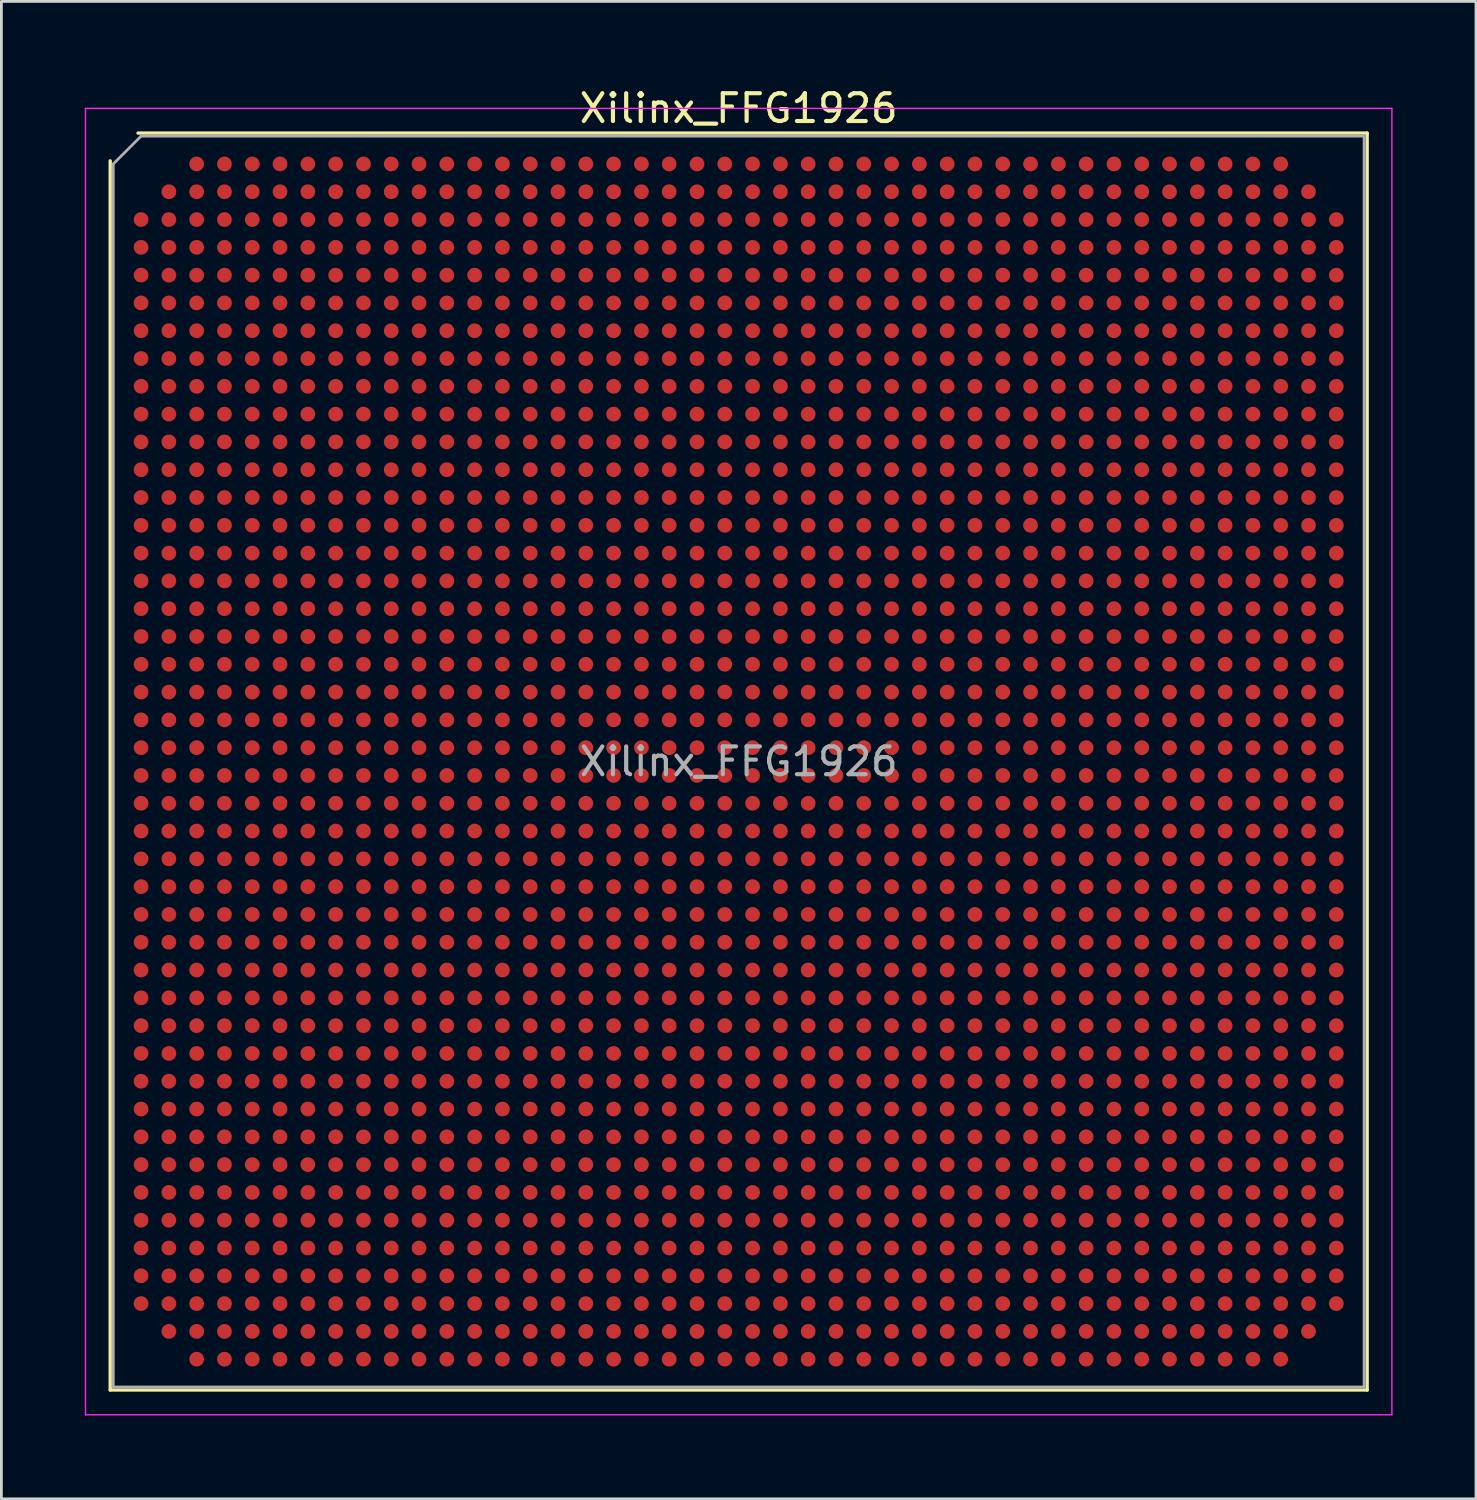
<source format=kicad_pcb>
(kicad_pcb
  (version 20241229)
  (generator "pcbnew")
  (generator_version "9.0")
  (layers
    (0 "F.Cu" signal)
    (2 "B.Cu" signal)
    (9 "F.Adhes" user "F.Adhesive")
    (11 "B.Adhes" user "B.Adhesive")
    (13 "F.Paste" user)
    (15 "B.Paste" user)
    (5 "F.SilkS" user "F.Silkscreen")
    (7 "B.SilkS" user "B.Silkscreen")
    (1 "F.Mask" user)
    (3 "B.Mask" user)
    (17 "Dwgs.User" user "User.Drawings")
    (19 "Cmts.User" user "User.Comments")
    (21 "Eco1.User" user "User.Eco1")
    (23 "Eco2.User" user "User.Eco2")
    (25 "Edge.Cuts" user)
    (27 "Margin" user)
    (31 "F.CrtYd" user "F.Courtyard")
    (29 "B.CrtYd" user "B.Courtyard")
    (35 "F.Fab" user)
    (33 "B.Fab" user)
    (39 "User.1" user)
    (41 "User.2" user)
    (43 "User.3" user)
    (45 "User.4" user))
  (footprint "Xilinx_FFG1926"
    (layer "F.Cu")
    (at 23.525 24.348)
    (property "Reference" "Xilinx_FFG1926" (at 0 -23.5 0) (layer "F.SilkS") (effects (font (size 1 1) (thickness 0.15))))
    (attr smd)
    (fp_line (start -22.61 22.61) (end -22.61 -21.61) (stroke (width 0.12) (type solid)) (layer "F.SilkS"))
    (fp_line (start -21.61 -22.61) (end 22.61 -22.61) (stroke (width 0.12) (type solid)) (layer "F.SilkS"))
    (fp_line (start 22.61 -22.61) (end 22.61 22.61) (stroke (width 0.12) (type solid)) (layer "F.SilkS"))
    (fp_line (start 22.61 22.61) (end -22.61 22.61) (stroke (width 0.12) (type solid)) (layer "F.SilkS"))
    (fp_line (start -23.5 -23.5) (end -23.5 23.5) (stroke (width 0.05) (type solid)) (layer "F.CrtYd"))
    (fp_line (start -23.5 23.5) (end 23.5 23.5) (stroke (width 0.05) (type solid)) (layer "F.CrtYd"))
    (fp_line (start 23.5 -23.5) (end -23.5 -23.5) (stroke (width 0.05) (type solid)) (layer "F.CrtYd"))
    (fp_line (start 23.5 23.5) (end 23.5 -23.5) (stroke (width 0.05) (type solid)) (layer "F.CrtYd"))
    (fp_line (start -22.5 -21.5) (end -21.5 -22.5) (stroke (width 0.1) (type solid)) (layer "F.Fab"))
    (fp_line (start -22.5 22.5) (end -22.5 -21.5) (stroke (width 0.1) (type solid)) (layer "F.Fab"))
    (fp_line (start -21.5 -22.5) (end 22.5 -22.5) (stroke (width 0.1) (type solid)) (layer "F.Fab"))
    (fp_line (start 22.5 -22.5) (end 22.5 22.5) (stroke (width 0.1) (type solid)) (layer "F.Fab"))
    (fp_line (start 22.5 22.5) (end -22.5 22.5) (stroke (width 0.1) (type solid)) (layer "F.Fab"))
    (fp_text user "${REFERENCE}" (at 0 0 0) (layer "F.Fab") (effects (font (size 1 1) (thickness 0.15))))
    (pad "A3" smd circle (at -19.5 -21.5) (size 0.53 0.53) (layers "F.Cu" "F.Mask" "F.Paste"))
    (pad "A4" smd circle (at -18.5 -21.5) (size 0.53 0.53) (layers "F.Cu" "F.Mask" "F.Paste"))
    (pad "A5" smd circle (at -17.5 -21.5) (size 0.53 0.53) (layers "F.Cu" "F.Mask" "F.Paste"))
    (pad "A6" smd circle (at -16.5 -21.5) (size 0.53 0.53) (layers "F.Cu" "F.Mask" "F.Paste"))
    (pad "A7" smd circle (at -15.5 -21.5) (size 0.53 0.53) (layers "F.Cu" "F.Mask" "F.Paste"))
    (pad "A8" smd circle (at -14.5 -21.5) (size 0.53 0.53) (layers "F.Cu" "F.Mask" "F.Paste"))
    (pad "A9" smd circle (at -13.5 -21.5) (size 0.53 0.53) (layers "F.Cu" "F.Mask" "F.Paste"))
    (pad "A10" smd circle (at -12.5 -21.5) (size 0.53 0.53) (layers "F.Cu" "F.Mask" "F.Paste"))
    (pad "A11" smd circle (at -11.5 -21.5) (size 0.53 0.53) (layers "F.Cu" "F.Mask" "F.Paste"))
    (pad "A12" smd circle (at -10.5 -21.5) (size 0.53 0.53) (layers "F.Cu" "F.Mask" "F.Paste"))
    (pad "A13" smd circle (at -9.5 -21.5) (size 0.53 0.53) (layers "F.Cu" "F.Mask" "F.Paste"))
    (pad "A14" smd circle (at -8.5 -21.5) (size 0.53 0.53) (layers "F.Cu" "F.Mask" "F.Paste"))
    (pad "A15" smd circle (at -7.5 -21.5) (size 0.53 0.53) (layers "F.Cu" "F.Mask" "F.Paste"))
    (pad "A16" smd circle (at -6.5 -21.5) (size 0.53 0.53) (layers "F.Cu" "F.Mask" "F.Paste"))
    (pad "A17" smd circle (at -5.5 -21.5) (size 0.53 0.53) (layers "F.Cu" "F.Mask" "F.Paste"))
    (pad "A18" smd circle (at -4.5 -21.5) (size 0.53 0.53) (layers "F.Cu" "F.Mask" "F.Paste"))
    (pad "A19" smd circle (at -3.5 -21.5) (size 0.53 0.53) (layers "F.Cu" "F.Mask" "F.Paste"))
    (pad "A20" smd circle (at -2.5 -21.5) (size 0.53 0.53) (layers "F.Cu" "F.Mask" "F.Paste"))
    (pad "A21" smd circle (at -1.5 -21.5) (size 0.53 0.53) (layers "F.Cu" "F.Mask" "F.Paste"))
    (pad "A22" smd circle (at -0.5 -21.5) (size 0.53 0.53) (layers "F.Cu" "F.Mask" "F.Paste"))
    (pad "A23" smd circle (at 0.5 -21.5) (size 0.53 0.53) (layers "F.Cu" "F.Mask" "F.Paste"))
    (pad "A24" smd circle (at 1.5 -21.5) (size 0.53 0.53) (layers "F.Cu" "F.Mask" "F.Paste"))
    (pad "A25" smd circle (at 2.5 -21.5) (size 0.53 0.53) (layers "F.Cu" "F.Mask" "F.Paste"))
    (pad "A26" smd circle (at 3.5 -21.5) (size 0.53 0.53) (layers "F.Cu" "F.Mask" "F.Paste"))
    (pad "A27" smd circle (at 4.5 -21.5) (size 0.53 0.53) (layers "F.Cu" "F.Mask" "F.Paste"))
    (pad "A28" smd circle (at 5.5 -21.5) (size 0.53 0.53) (layers "F.Cu" "F.Mask" "F.Paste"))
    (pad "A29" smd circle (at 6.5 -21.5) (size 0.53 0.53) (layers "F.Cu" "F.Mask" "F.Paste"))
    (pad "A30" smd circle (at 7.5 -21.5) (size 0.53 0.53) (layers "F.Cu" "F.Mask" "F.Paste"))
    (pad "A31" smd circle (at 8.5 -21.5) (size 0.53 0.53) (layers "F.Cu" "F.Mask" "F.Paste"))
    (pad "A32" smd circle (at 9.5 -21.5) (size 0.53 0.53) (layers "F.Cu" "F.Mask" "F.Paste"))
    (pad "A33" smd circle (at 10.5 -21.5) (size 0.53 0.53) (layers "F.Cu" "F.Mask" "F.Paste"))
    (pad "A34" smd circle (at 11.5 -21.5) (size 0.53 0.53) (layers "F.Cu" "F.Mask" "F.Paste"))
    (pad "A35" smd circle (at 12.5 -21.5) (size 0.53 0.53) (layers "F.Cu" "F.Mask" "F.Paste"))
    (pad "A36" smd circle (at 13.5 -21.5) (size 0.53 0.53) (layers "F.Cu" "F.Mask" "F.Paste"))
    (pad "A37" smd circle (at 14.5 -21.5) (size 0.53 0.53) (layers "F.Cu" "F.Mask" "F.Paste"))
    (pad "A38" smd circle (at 15.5 -21.5) (size 0.53 0.53) (layers "F.Cu" "F.Mask" "F.Paste"))
    (pad "A39" smd circle (at 16.5 -21.5) (size 0.53 0.53) (layers "F.Cu" "F.Mask" "F.Paste"))
    (pad "A40" smd circle (at 17.5 -21.5) (size 0.53 0.53) (layers "F.Cu" "F.Mask" "F.Paste"))
    (pad "A41" smd circle (at 18.5 -21.5) (size 0.53 0.53) (layers "F.Cu" "F.Mask" "F.Paste"))
    (pad "A42" smd circle (at 19.5 -21.5) (size 0.53 0.53) (layers "F.Cu" "F.Mask" "F.Paste"))
    (pad "AA1" smd circle (at -21.5 -1.5) (size 0.53 0.53) (layers "F.Cu" "F.Mask" "F.Paste"))
    (pad "AA2" smd circle (at -20.5 -1.5) (size 0.53 0.53) (layers "F.Cu" "F.Mask" "F.Paste"))
    (pad "AA3" smd circle (at -19.5 -1.5) (size 0.53 0.53) (layers "F.Cu" "F.Mask" "F.Paste"))
    (pad "AA4" smd circle (at -18.5 -1.5) (size 0.53 0.53) (layers "F.Cu" "F.Mask" "F.Paste"))
    (pad "AA5" smd circle (at -17.5 -1.5) (size 0.53 0.53) (layers "F.Cu" "F.Mask" "F.Paste"))
    (pad "AA6" smd circle (at -16.5 -1.5) (size 0.53 0.53) (layers "F.Cu" "F.Mask" "F.Paste"))
    (pad "AA7" smd circle (at -15.5 -1.5) (size 0.53 0.53) (layers "F.Cu" "F.Mask" "F.Paste"))
    (pad "AA8" smd circle (at -14.5 -1.5) (size 0.53 0.53) (layers "F.Cu" "F.Mask" "F.Paste"))
    (pad "AA9" smd circle (at -13.5 -1.5) (size 0.53 0.53) (layers "F.Cu" "F.Mask" "F.Paste"))
    (pad "AA10" smd circle (at -12.5 -1.5) (size 0.53 0.53) (layers "F.Cu" "F.Mask" "F.Paste"))
    (pad "AA11" smd circle (at -11.5 -1.5) (size 0.53 0.53) (layers "F.Cu" "F.Mask" "F.Paste"))
    (pad "AA12" smd circle (at -10.5 -1.5) (size 0.53 0.53) (layers "F.Cu" "F.Mask" "F.Paste"))
    (pad "AA13" smd circle (at -9.5 -1.5) (size 0.53 0.53) (layers "F.Cu" "F.Mask" "F.Paste"))
    (pad "AA14" smd circle (at -8.5 -1.5) (size 0.53 0.53) (layers "F.Cu" "F.Mask" "F.Paste"))
    (pad "AA15" smd circle (at -7.5 -1.5) (size 0.53 0.53) (layers "F.Cu" "F.Mask" "F.Paste"))
    (pad "AA16" smd circle (at -6.5 -1.5) (size 0.53 0.53) (layers "F.Cu" "F.Mask" "F.Paste"))
    (pad "AA17" smd circle (at -5.5 -1.5) (size 0.53 0.53) (layers "F.Cu" "F.Mask" "F.Paste"))
    (pad "AA18" smd circle (at -4.5 -1.5) (size 0.53 0.53) (layers "F.Cu" "F.Mask" "F.Paste"))
    (pad "AA19" smd circle (at -3.5 -1.5) (size 0.53 0.53) (layers "F.Cu" "F.Mask" "F.Paste"))
    (pad "AA20" smd circle (at -2.5 -1.5) (size 0.53 0.53) (layers "F.Cu" "F.Mask" "F.Paste"))
    (pad "AA21" smd circle (at -1.5 -1.5) (size 0.53 0.53) (layers "F.Cu" "F.Mask" "F.Paste"))
    (pad "AA22" smd circle (at -0.5 -1.5) (size 0.53 0.53) (layers "F.Cu" "F.Mask" "F.Paste"))
    (pad "AA23" smd circle (at 0.5 -1.5) (size 0.53 0.53) (layers "F.Cu" "F.Mask" "F.Paste"))
    (pad "AA24" smd circle (at 1.5 -1.5) (size 0.53 0.53) (layers "F.Cu" "F.Mask" "F.Paste"))
    (pad "AA25" smd circle (at 2.5 -1.5) (size 0.53 0.53) (layers "F.Cu" "F.Mask" "F.Paste"))
    (pad "AA26" smd circle (at 3.5 -1.5) (size 0.53 0.53) (layers "F.Cu" "F.Mask" "F.Paste"))
    (pad "AA27" smd circle (at 4.5 -1.5) (size 0.53 0.53) (layers "F.Cu" "F.Mask" "F.Paste"))
    (pad "AA28" smd circle (at 5.5 -1.5) (size 0.53 0.53) (layers "F.Cu" "F.Mask" "F.Paste"))
    (pad "AA29" smd circle (at 6.5 -1.5) (size 0.53 0.53) (layers "F.Cu" "F.Mask" "F.Paste"))
    (pad "AA30" smd circle (at 7.5 -1.5) (size 0.53 0.53) (layers "F.Cu" "F.Mask" "F.Paste"))
    (pad "AA31" smd circle (at 8.5 -1.5) (size 0.53 0.53) (layers "F.Cu" "F.Mask" "F.Paste"))
    (pad "AA32" smd circle (at 9.5 -1.5) (size 0.53 0.53) (layers "F.Cu" "F.Mask" "F.Paste"))
    (pad "AA33" smd circle (at 10.5 -1.5) (size 0.53 0.53) (layers "F.Cu" "F.Mask" "F.Paste"))
    (pad "AA34" smd circle (at 11.5 -1.5) (size 0.53 0.53) (layers "F.Cu" "F.Mask" "F.Paste"))
    (pad "AA35" smd circle (at 12.5 -1.5) (size 0.53 0.53) (layers "F.Cu" "F.Mask" "F.Paste"))
    (pad "AA36" smd circle (at 13.5 -1.5) (size 0.53 0.53) (layers "F.Cu" "F.Mask" "F.Paste"))
    (pad "AA37" smd circle (at 14.5 -1.5) (size 0.53 0.53) (layers "F.Cu" "F.Mask" "F.Paste"))
    (pad "AA38" smd circle (at 15.5 -1.5) (size 0.53 0.53) (layers "F.Cu" "F.Mask" "F.Paste"))
    (pad "AA39" smd circle (at 16.5 -1.5) (size 0.53 0.53) (layers "F.Cu" "F.Mask" "F.Paste"))
    (pad "AA40" smd circle (at 17.5 -1.5) (size 0.53 0.53) (layers "F.Cu" "F.Mask" "F.Paste"))
    (pad "AA41" smd circle (at 18.5 -1.5) (size 0.53 0.53) (layers "F.Cu" "F.Mask" "F.Paste"))
    (pad "AA42" smd circle (at 19.5 -1.5) (size 0.53 0.53) (layers "F.Cu" "F.Mask" "F.Paste"))
    (pad "AA43" smd circle (at 20.5 -1.5) (size 0.53 0.53) (layers "F.Cu" "F.Mask" "F.Paste"))
    (pad "AA44" smd circle (at 21.5 -1.5) (size 0.53 0.53) (layers "F.Cu" "F.Mask" "F.Paste"))
    (pad "AB1" smd circle (at -21.5 -0.5) (size 0.53 0.53) (layers "F.Cu" "F.Mask" "F.Paste"))
    (pad "AB2" smd circle (at -20.5 -0.5) (size 0.53 0.53) (layers "F.Cu" "F.Mask" "F.Paste"))
    (pad "AB3" smd circle (at -19.5 -0.5) (size 0.53 0.53) (layers "F.Cu" "F.Mask" "F.Paste"))
    (pad "AB4" smd circle (at -18.5 -0.5) (size 0.53 0.53) (layers "F.Cu" "F.Mask" "F.Paste"))
    (pad "AB5" smd circle (at -17.5 -0.5) (size 0.53 0.53) (layers "F.Cu" "F.Mask" "F.Paste"))
    (pad "AB6" smd circle (at -16.5 -0.5) (size 0.53 0.53) (layers "F.Cu" "F.Mask" "F.Paste"))
    (pad "AB7" smd circle (at -15.5 -0.5) (size 0.53 0.53) (layers "F.Cu" "F.Mask" "F.Paste"))
    (pad "AB8" smd circle (at -14.5 -0.5) (size 0.53 0.53) (layers "F.Cu" "F.Mask" "F.Paste"))
    (pad "AB9" smd circle (at -13.5 -0.5) (size 0.53 0.53) (layers "F.Cu" "F.Mask" "F.Paste"))
    (pad "AB10" smd circle (at -12.5 -0.5) (size 0.53 0.53) (layers "F.Cu" "F.Mask" "F.Paste"))
    (pad "AB11" smd circle (at -11.5 -0.5) (size 0.53 0.53) (layers "F.Cu" "F.Mask" "F.Paste"))
    (pad "AB12" smd circle (at -10.5 -0.5) (size 0.53 0.53) (layers "F.Cu" "F.Mask" "F.Paste"))
    (pad "AB13" smd circle (at -9.5 -0.5) (size 0.53 0.53) (layers "F.Cu" "F.Mask" "F.Paste"))
    (pad "AB14" smd circle (at -8.5 -0.5) (size 0.53 0.53) (layers "F.Cu" "F.Mask" "F.Paste"))
    (pad "AB15" smd circle (at -7.5 -0.5) (size 0.53 0.53) (layers "F.Cu" "F.Mask" "F.Paste"))
    (pad "AB16" smd circle (at -6.5 -0.5) (size 0.53 0.53) (layers "F.Cu" "F.Mask" "F.Paste"))
    (pad "AB17" smd circle (at -5.5 -0.5) (size 0.53 0.53) (layers "F.Cu" "F.Mask" "F.Paste"))
    (pad "AB18" smd circle (at -4.5 -0.5) (size 0.53 0.53) (layers "F.Cu" "F.Mask" "F.Paste"))
    (pad "AB19" smd circle (at -3.5 -0.5) (size 0.53 0.53) (layers "F.Cu" "F.Mask" "F.Paste"))
    (pad "AB20" smd circle (at -2.5 -0.5) (size 0.53 0.53) (layers "F.Cu" "F.Mask" "F.Paste"))
    (pad "AB21" smd circle (at -1.5 -0.5) (size 0.53 0.53) (layers "F.Cu" "F.Mask" "F.Paste"))
    (pad "AB22" smd circle (at -0.5 -0.5) (size 0.53 0.53) (layers "F.Cu" "F.Mask" "F.Paste"))
    (pad "AB23" smd circle (at 0.5 -0.5) (size 0.53 0.53) (layers "F.Cu" "F.Mask" "F.Paste"))
    (pad "AB24" smd circle (at 1.5 -0.5) (size 0.53 0.53) (layers "F.Cu" "F.Mask" "F.Paste"))
    (pad "AB25" smd circle (at 2.5 -0.5) (size 0.53 0.53) (layers "F.Cu" "F.Mask" "F.Paste"))
    (pad "AB26" smd circle (at 3.5 -0.5) (size 0.53 0.53) (layers "F.Cu" "F.Mask" "F.Paste"))
    (pad "AB27" smd circle (at 4.5 -0.5) (size 0.53 0.53) (layers "F.Cu" "F.Mask" "F.Paste"))
    (pad "AB28" smd circle (at 5.5 -0.5) (size 0.53 0.53) (layers "F.Cu" "F.Mask" "F.Paste"))
    (pad "AB29" smd circle (at 6.5 -0.5) (size 0.53 0.53) (layers "F.Cu" "F.Mask" "F.Paste"))
    (pad "AB30" smd circle (at 7.5 -0.5) (size 0.53 0.53) (layers "F.Cu" "F.Mask" "F.Paste"))
    (pad "AB31" smd circle (at 8.5 -0.5) (size 0.53 0.53) (layers "F.Cu" "F.Mask" "F.Paste"))
    (pad "AB32" smd circle (at 9.5 -0.5) (size 0.53 0.53) (layers "F.Cu" "F.Mask" "F.Paste"))
    (pad "AB33" smd circle (at 10.5 -0.5) (size 0.53 0.53) (layers "F.Cu" "F.Mask" "F.Paste"))
    (pad "AB34" smd circle (at 11.5 -0.5) (size 0.53 0.53) (layers "F.Cu" "F.Mask" "F.Paste"))
    (pad "AB35" smd circle (at 12.5 -0.5) (size 0.53 0.53) (layers "F.Cu" "F.Mask" "F.Paste"))
    (pad "AB36" smd circle (at 13.5 -0.5) (size 0.53 0.53) (layers "F.Cu" "F.Mask" "F.Paste"))
    (pad "AB37" smd circle (at 14.5 -0.5) (size 0.53 0.53) (layers "F.Cu" "F.Mask" "F.Paste"))
    (pad "AB38" smd circle (at 15.5 -0.5) (size 0.53 0.53) (layers "F.Cu" "F.Mask" "F.Paste"))
    (pad "AB39" smd circle (at 16.5 -0.5) (size 0.53 0.53) (layers "F.Cu" "F.Mask" "F.Paste"))
    (pad "AB40" smd circle (at 17.5 -0.5) (size 0.53 0.53) (layers "F.Cu" "F.Mask" "F.Paste"))
    (pad "AB41" smd circle (at 18.5 -0.5) (size 0.53 0.53) (layers "F.Cu" "F.Mask" "F.Paste"))
    (pad "AB42" smd circle (at 19.5 -0.5) (size 0.53 0.53) (layers "F.Cu" "F.Mask" "F.Paste"))
    (pad "AB43" smd circle (at 20.5 -0.5) (size 0.53 0.53) (layers "F.Cu" "F.Mask" "F.Paste"))
    (pad "AB44" smd circle (at 21.5 -0.5) (size 0.53 0.53) (layers "F.Cu" "F.Mask" "F.Paste"))
    (pad "AC1" smd circle (at -21.5 0.5) (size 0.53 0.53) (layers "F.Cu" "F.Mask" "F.Paste"))
    (pad "AC2" smd circle (at -20.5 0.5) (size 0.53 0.53) (layers "F.Cu" "F.Mask" "F.Paste"))
    (pad "AC3" smd circle (at -19.5 0.5) (size 0.53 0.53) (layers "F.Cu" "F.Mask" "F.Paste"))
    (pad "AC4" smd circle (at -18.5 0.5) (size 0.53 0.53) (layers "F.Cu" "F.Mask" "F.Paste"))
    (pad "AC5" smd circle (at -17.5 0.5) (size 0.53 0.53) (layers "F.Cu" "F.Mask" "F.Paste"))
    (pad "AC6" smd circle (at -16.5 0.5) (size 0.53 0.53) (layers "F.Cu" "F.Mask" "F.Paste"))
    (pad "AC7" smd circle (at -15.5 0.5) (size 0.53 0.53) (layers "F.Cu" "F.Mask" "F.Paste"))
    (pad "AC8" smd circle (at -14.5 0.5) (size 0.53 0.53) (layers "F.Cu" "F.Mask" "F.Paste"))
    (pad "AC9" smd circle (at -13.5 0.5) (size 0.53 0.53) (layers "F.Cu" "F.Mask" "F.Paste"))
    (pad "AC10" smd circle (at -12.5 0.5) (size 0.53 0.53) (layers "F.Cu" "F.Mask" "F.Paste"))
    (pad "AC11" smd circle (at -11.5 0.5) (size 0.53 0.53) (layers "F.Cu" "F.Mask" "F.Paste"))
    (pad "AC12" smd circle (at -10.5 0.5) (size 0.53 0.53) (layers "F.Cu" "F.Mask" "F.Paste"))
    (pad "AC13" smd circle (at -9.5 0.5) (size 0.53 0.53) (layers "F.Cu" "F.Mask" "F.Paste"))
    (pad "AC14" smd circle (at -8.5 0.5) (size 0.53 0.53) (layers "F.Cu" "F.Mask" "F.Paste"))
    (pad "AC15" smd circle (at -7.5 0.5) (size 0.53 0.53) (layers "F.Cu" "F.Mask" "F.Paste"))
    (pad "AC16" smd circle (at -6.5 0.5) (size 0.53 0.53) (layers "F.Cu" "F.Mask" "F.Paste"))
    (pad "AC17" smd circle (at -5.5 0.5) (size 0.53 0.53) (layers "F.Cu" "F.Mask" "F.Paste"))
    (pad "AC18" smd circle (at -4.5 0.5) (size 0.53 0.53) (layers "F.Cu" "F.Mask" "F.Paste"))
    (pad "AC19" smd circle (at -3.5 0.5) (size 0.53 0.53) (layers "F.Cu" "F.Mask" "F.Paste"))
    (pad "AC20" smd circle (at -2.5 0.5) (size 0.53 0.53) (layers "F.Cu" "F.Mask" "F.Paste"))
    (pad "AC21" smd circle (at -1.5 0.5) (size 0.53 0.53) (layers "F.Cu" "F.Mask" "F.Paste"))
    (pad "AC22" smd circle (at -0.5 0.5) (size 0.53 0.53) (layers "F.Cu" "F.Mask" "F.Paste"))
    (pad "AC23" smd circle (at 0.5 0.5) (size 0.53 0.53) (layers "F.Cu" "F.Mask" "F.Paste"))
    (pad "AC24" smd circle (at 1.5 0.5) (size 0.53 0.53) (layers "F.Cu" "F.Mask" "F.Paste"))
    (pad "AC25" smd circle (at 2.5 0.5) (size 0.53 0.53) (layers "F.Cu" "F.Mask" "F.Paste"))
    (pad "AC26" smd circle (at 3.5 0.5) (size 0.53 0.53) (layers "F.Cu" "F.Mask" "F.Paste"))
    (pad "AC27" smd circle (at 4.5 0.5) (size 0.53 0.53) (layers "F.Cu" "F.Mask" "F.Paste"))
    (pad "AC28" smd circle (at 5.5 0.5) (size 0.53 0.53) (layers "F.Cu" "F.Mask" "F.Paste"))
    (pad "AC29" smd circle (at 6.5 0.5) (size 0.53 0.53) (layers "F.Cu" "F.Mask" "F.Paste"))
    (pad "AC30" smd circle (at 7.5 0.5) (size 0.53 0.53) (layers "F.Cu" "F.Mask" "F.Paste"))
    (pad "AC31" smd circle (at 8.5 0.5) (size 0.53 0.53) (layers "F.Cu" "F.Mask" "F.Paste"))
    (pad "AC32" smd circle (at 9.5 0.5) (size 0.53 0.53) (layers "F.Cu" "F.Mask" "F.Paste"))
    (pad "AC33" smd circle (at 10.5 0.5) (size 0.53 0.53) (layers "F.Cu" "F.Mask" "F.Paste"))
    (pad "AC34" smd circle (at 11.5 0.5) (size 0.53 0.53) (layers "F.Cu" "F.Mask" "F.Paste"))
    (pad "AC35" smd circle (at 12.5 0.5) (size 0.53 0.53) (layers "F.Cu" "F.Mask" "F.Paste"))
    (pad "AC36" smd circle (at 13.5 0.5) (size 0.53 0.53) (layers "F.Cu" "F.Mask" "F.Paste"))
    (pad "AC37" smd circle (at 14.5 0.5) (size 0.53 0.53) (layers "F.Cu" "F.Mask" "F.Paste"))
    (pad "AC38" smd circle (at 15.5 0.5) (size 0.53 0.53) (layers "F.Cu" "F.Mask" "F.Paste"))
    (pad "AC39" smd circle (at 16.5 0.5) (size 0.53 0.53) (layers "F.Cu" "F.Mask" "F.Paste"))
    (pad "AC40" smd circle (at 17.5 0.5) (size 0.53 0.53) (layers "F.Cu" "F.Mask" "F.Paste"))
    (pad "AC41" smd circle (at 18.5 0.5) (size 0.53 0.53) (layers "F.Cu" "F.Mask" "F.Paste"))
    (pad "AC42" smd circle (at 19.5 0.5) (size 0.53 0.53) (layers "F.Cu" "F.Mask" "F.Paste"))
    (pad "AC43" smd circle (at 20.5 0.5) (size 0.53 0.53) (layers "F.Cu" "F.Mask" "F.Paste"))
    (pad "AC44" smd circle (at 21.5 0.5) (size 0.53 0.53) (layers "F.Cu" "F.Mask" "F.Paste"))
    (pad "AD1" smd circle (at -21.5 1.5) (size 0.53 0.53) (layers "F.Cu" "F.Mask" "F.Paste"))
    (pad "AD2" smd circle (at -20.5 1.5) (size 0.53 0.53) (layers "F.Cu" "F.Mask" "F.Paste"))
    (pad "AD3" smd circle (at -19.5 1.5) (size 0.53 0.53) (layers "F.Cu" "F.Mask" "F.Paste"))
    (pad "AD4" smd circle (at -18.5 1.5) (size 0.53 0.53) (layers "F.Cu" "F.Mask" "F.Paste"))
    (pad "AD5" smd circle (at -17.5 1.5) (size 0.53 0.53) (layers "F.Cu" "F.Mask" "F.Paste"))
    (pad "AD6" smd circle (at -16.5 1.5) (size 0.53 0.53) (layers "F.Cu" "F.Mask" "F.Paste"))
    (pad "AD7" smd circle (at -15.5 1.5) (size 0.53 0.53) (layers "F.Cu" "F.Mask" "F.Paste"))
    (pad "AD8" smd circle (at -14.5 1.5) (size 0.53 0.53) (layers "F.Cu" "F.Mask" "F.Paste"))
    (pad "AD9" smd circle (at -13.5 1.5) (size 0.53 0.53) (layers "F.Cu" "F.Mask" "F.Paste"))
    (pad "AD10" smd circle (at -12.5 1.5) (size 0.53 0.53) (layers "F.Cu" "F.Mask" "F.Paste"))
    (pad "AD11" smd circle (at -11.5 1.5) (size 0.53 0.53) (layers "F.Cu" "F.Mask" "F.Paste"))
    (pad "AD12" smd circle (at -10.5 1.5) (size 0.53 0.53) (layers "F.Cu" "F.Mask" "F.Paste"))
    (pad "AD13" smd circle (at -9.5 1.5) (size 0.53 0.53) (layers "F.Cu" "F.Mask" "F.Paste"))
    (pad "AD14" smd circle (at -8.5 1.5) (size 0.53 0.53) (layers "F.Cu" "F.Mask" "F.Paste"))
    (pad "AD15" smd circle (at -7.5 1.5) (size 0.53 0.53) (layers "F.Cu" "F.Mask" "F.Paste"))
    (pad "AD16" smd circle (at -6.5 1.5) (size 0.53 0.53) (layers "F.Cu" "F.Mask" "F.Paste"))
    (pad "AD17" smd circle (at -5.5 1.5) (size 0.53 0.53) (layers "F.Cu" "F.Mask" "F.Paste"))
    (pad "AD18" smd circle (at -4.5 1.5) (size 0.53 0.53) (layers "F.Cu" "F.Mask" "F.Paste"))
    (pad "AD19" smd circle (at -3.5 1.5) (size 0.53 0.53) (layers "F.Cu" "F.Mask" "F.Paste"))
    (pad "AD20" smd circle (at -2.5 1.5) (size 0.53 0.53) (layers "F.Cu" "F.Mask" "F.Paste"))
    (pad "AD21" smd circle (at -1.5 1.5) (size 0.53 0.53) (layers "F.Cu" "F.Mask" "F.Paste"))
    (pad "AD22" smd circle (at -0.5 1.5) (size 0.53 0.53) (layers "F.Cu" "F.Mask" "F.Paste"))
    (pad "AD23" smd circle (at 0.5 1.5) (size 0.53 0.53) (layers "F.Cu" "F.Mask" "F.Paste"))
    (pad "AD24" smd circle (at 1.5 1.5) (size 0.53 0.53) (layers "F.Cu" "F.Mask" "F.Paste"))
    (pad "AD25" smd circle (at 2.5 1.5) (size 0.53 0.53) (layers "F.Cu" "F.Mask" "F.Paste"))
    (pad "AD26" smd circle (at 3.5 1.5) (size 0.53 0.53) (layers "F.Cu" "F.Mask" "F.Paste"))
    (pad "AD27" smd circle (at 4.5 1.5) (size 0.53 0.53) (layers "F.Cu" "F.Mask" "F.Paste"))
    (pad "AD28" smd circle (at 5.5 1.5) (size 0.53 0.53) (layers "F.Cu" "F.Mask" "F.Paste"))
    (pad "AD29" smd circle (at 6.5 1.5) (size 0.53 0.53) (layers "F.Cu" "F.Mask" "F.Paste"))
    (pad "AD30" smd circle (at 7.5 1.5) (size 0.53 0.53) (layers "F.Cu" "F.Mask" "F.Paste"))
    (pad "AD31" smd circle (at 8.5 1.5) (size 0.53 0.53) (layers "F.Cu" "F.Mask" "F.Paste"))
    (pad "AD32" smd circle (at 9.5 1.5) (size 0.53 0.53) (layers "F.Cu" "F.Mask" "F.Paste"))
    (pad "AD33" smd circle (at 10.5 1.5) (size 0.53 0.53) (layers "F.Cu" "F.Mask" "F.Paste"))
    (pad "AD34" smd circle (at 11.5 1.5) (size 0.53 0.53) (layers "F.Cu" "F.Mask" "F.Paste"))
    (pad "AD35" smd circle (at 12.5 1.5) (size 0.53 0.53) (layers "F.Cu" "F.Mask" "F.Paste"))
    (pad "AD36" smd circle (at 13.5 1.5) (size 0.53 0.53) (layers "F.Cu" "F.Mask" "F.Paste"))
    (pad "AD37" smd circle (at 14.5 1.5) (size 0.53 0.53) (layers "F.Cu" "F.Mask" "F.Paste"))
    (pad "AD38" smd circle (at 15.5 1.5) (size 0.53 0.53) (layers "F.Cu" "F.Mask" "F.Paste"))
    (pad "AD39" smd circle (at 16.5 1.5) (size 0.53 0.53) (layers "F.Cu" "F.Mask" "F.Paste"))
    (pad "AD40" smd circle (at 17.5 1.5) (size 0.53 0.53) (layers "F.Cu" "F.Mask" "F.Paste"))
    (pad "AD41" smd circle (at 18.5 1.5) (size 0.53 0.53) (layers "F.Cu" "F.Mask" "F.Paste"))
    (pad "AD42" smd circle (at 19.5 1.5) (size 0.53 0.53) (layers "F.Cu" "F.Mask" "F.Paste"))
    (pad "AD43" smd circle (at 20.5 1.5) (size 0.53 0.53) (layers "F.Cu" "F.Mask" "F.Paste"))
    (pad "AD44" smd circle (at 21.5 1.5) (size 0.53 0.53) (layers "F.Cu" "F.Mask" "F.Paste"))
    (pad "AE1" smd circle (at -21.5 2.5) (size 0.53 0.53) (layers "F.Cu" "F.Mask" "F.Paste"))
    (pad "AE2" smd circle (at -20.5 2.5) (size 0.53 0.53) (layers "F.Cu" "F.Mask" "F.Paste"))
    (pad "AE3" smd circle (at -19.5 2.5) (size 0.53 0.53) (layers "F.Cu" "F.Mask" "F.Paste"))
    (pad "AE4" smd circle (at -18.5 2.5) (size 0.53 0.53) (layers "F.Cu" "F.Mask" "F.Paste"))
    (pad "AE5" smd circle (at -17.5 2.5) (size 0.53 0.53) (layers "F.Cu" "F.Mask" "F.Paste"))
    (pad "AE6" smd circle (at -16.5 2.5) (size 0.53 0.53) (layers "F.Cu" "F.Mask" "F.Paste"))
    (pad "AE7" smd circle (at -15.5 2.5) (size 0.53 0.53) (layers "F.Cu" "F.Mask" "F.Paste"))
    (pad "AE8" smd circle (at -14.5 2.5) (size 0.53 0.53) (layers "F.Cu" "F.Mask" "F.Paste"))
    (pad "AE9" smd circle (at -13.5 2.5) (size 0.53 0.53) (layers "F.Cu" "F.Mask" "F.Paste"))
    (pad "AE10" smd circle (at -12.5 2.5) (size 0.53 0.53) (layers "F.Cu" "F.Mask" "F.Paste"))
    (pad "AE11" smd circle (at -11.5 2.5) (size 0.53 0.53) (layers "F.Cu" "F.Mask" "F.Paste"))
    (pad "AE12" smd circle (at -10.5 2.5) (size 0.53 0.53) (layers "F.Cu" "F.Mask" "F.Paste"))
    (pad "AE13" smd circle (at -9.5 2.5) (size 0.53 0.53) (layers "F.Cu" "F.Mask" "F.Paste"))
    (pad "AE14" smd circle (at -8.5 2.5) (size 0.53 0.53) (layers "F.Cu" "F.Mask" "F.Paste"))
    (pad "AE15" smd circle (at -7.5 2.5) (size 0.53 0.53) (layers "F.Cu" "F.Mask" "F.Paste"))
    (pad "AE16" smd circle (at -6.5 2.5) (size 0.53 0.53) (layers "F.Cu" "F.Mask" "F.Paste"))
    (pad "AE17" smd circle (at -5.5 2.5) (size 0.53 0.53) (layers "F.Cu" "F.Mask" "F.Paste"))
    (pad "AE18" smd circle (at -4.5 2.5) (size 0.53 0.53) (layers "F.Cu" "F.Mask" "F.Paste"))
    (pad "AE19" smd circle (at -3.5 2.5) (size 0.53 0.53) (layers "F.Cu" "F.Mask" "F.Paste"))
    (pad "AE20" smd circle (at -2.5 2.5) (size 0.53 0.53) (layers "F.Cu" "F.Mask" "F.Paste"))
    (pad "AE21" smd circle (at -1.5 2.5) (size 0.53 0.53) (layers "F.Cu" "F.Mask" "F.Paste"))
    (pad "AE22" smd circle (at -0.5 2.5) (size 0.53 0.53) (layers "F.Cu" "F.Mask" "F.Paste"))
    (pad "AE23" smd circle (at 0.5 2.5) (size 0.53 0.53) (layers "F.Cu" "F.Mask" "F.Paste"))
    (pad "AE24" smd circle (at 1.5 2.5) (size 0.53 0.53) (layers "F.Cu" "F.Mask" "F.Paste"))
    (pad "AE25" smd circle (at 2.5 2.5) (size 0.53 0.53) (layers "F.Cu" "F.Mask" "F.Paste"))
    (pad "AE26" smd circle (at 3.5 2.5) (size 0.53 0.53) (layers "F.Cu" "F.Mask" "F.Paste"))
    (pad "AE27" smd circle (at 4.5 2.5) (size 0.53 0.53) (layers "F.Cu" "F.Mask" "F.Paste"))
    (pad "AE28" smd circle (at 5.5 2.5) (size 0.53 0.53) (layers "F.Cu" "F.Mask" "F.Paste"))
    (pad "AE29" smd circle (at 6.5 2.5) (size 0.53 0.53) (layers "F.Cu" "F.Mask" "F.Paste"))
    (pad "AE30" smd circle (at 7.5 2.5) (size 0.53 0.53) (layers "F.Cu" "F.Mask" "F.Paste"))
    (pad "AE31" smd circle (at 8.5 2.5) (size 0.53 0.53) (layers "F.Cu" "F.Mask" "F.Paste"))
    (pad "AE32" smd circle (at 9.5 2.5) (size 0.53 0.53) (layers "F.Cu" "F.Mask" "F.Paste"))
    (pad "AE33" smd circle (at 10.5 2.5) (size 0.53 0.53) (layers "F.Cu" "F.Mask" "F.Paste"))
    (pad "AE34" smd circle (at 11.5 2.5) (size 0.53 0.53) (layers "F.Cu" "F.Mask" "F.Paste"))
    (pad "AE35" smd circle (at 12.5 2.5) (size 0.53 0.53) (layers "F.Cu" "F.Mask" "F.Paste"))
    (pad "AE36" smd circle (at 13.5 2.5) (size 0.53 0.53) (layers "F.Cu" "F.Mask" "F.Paste"))
    (pad "AE37" smd circle (at 14.5 2.5) (size 0.53 0.53) (layers "F.Cu" "F.Mask" "F.Paste"))
    (pad "AE38" smd circle (at 15.5 2.5) (size 0.53 0.53) (layers "F.Cu" "F.Mask" "F.Paste"))
    (pad "AE39" smd circle (at 16.5 2.5) (size 0.53 0.53) (layers "F.Cu" "F.Mask" "F.Paste"))
    (pad "AE40" smd circle (at 17.5 2.5) (size 0.53 0.53) (layers "F.Cu" "F.Mask" "F.Paste"))
    (pad "AE41" smd circle (at 18.5 2.5) (size 0.53 0.53) (layers "F.Cu" "F.Mask" "F.Paste"))
    (pad "AE42" smd circle (at 19.5 2.5) (size 0.53 0.53) (layers "F.Cu" "F.Mask" "F.Paste"))
    (pad "AE43" smd circle (at 20.5 2.5) (size 0.53 0.53) (layers "F.Cu" "F.Mask" "F.Paste"))
    (pad "AE44" smd circle (at 21.5 2.5) (size 0.53 0.53) (layers "F.Cu" "F.Mask" "F.Paste"))
    (pad "AF1" smd circle (at -21.5 3.5) (size 0.53 0.53) (layers "F.Cu" "F.Mask" "F.Paste"))
    (pad "AF2" smd circle (at -20.5 3.5) (size 0.53 0.53) (layers "F.Cu" "F.Mask" "F.Paste"))
    (pad "AF3" smd circle (at -19.5 3.5) (size 0.53 0.53) (layers "F.Cu" "F.Mask" "F.Paste"))
    (pad "AF4" smd circle (at -18.5 3.5) (size 0.53 0.53) (layers "F.Cu" "F.Mask" "F.Paste"))
    (pad "AF5" smd circle (at -17.5 3.5) (size 0.53 0.53) (layers "F.Cu" "F.Mask" "F.Paste"))
    (pad "AF6" smd circle (at -16.5 3.5) (size 0.53 0.53) (layers "F.Cu" "F.Mask" "F.Paste"))
    (pad "AF7" smd circle (at -15.5 3.5) (size 0.53 0.53) (layers "F.Cu" "F.Mask" "F.Paste"))
    (pad "AF8" smd circle (at -14.5 3.5) (size 0.53 0.53) (layers "F.Cu" "F.Mask" "F.Paste"))
    (pad "AF9" smd circle (at -13.5 3.5) (size 0.53 0.53) (layers "F.Cu" "F.Mask" "F.Paste"))
    (pad "AF10" smd circle (at -12.5 3.5) (size 0.53 0.53) (layers "F.Cu" "F.Mask" "F.Paste"))
    (pad "AF11" smd circle (at -11.5 3.5) (size 0.53 0.53) (layers "F.Cu" "F.Mask" "F.Paste"))
    (pad "AF12" smd circle (at -10.5 3.5) (size 0.53 0.53) (layers "F.Cu" "F.Mask" "F.Paste"))
    (pad "AF13" smd circle (at -9.5 3.5) (size 0.53 0.53) (layers "F.Cu" "F.Mask" "F.Paste"))
    (pad "AF14" smd circle (at -8.5 3.5) (size 0.53 0.53) (layers "F.Cu" "F.Mask" "F.Paste"))
    (pad "AF15" smd circle (at -7.5 3.5) (size 0.53 0.53) (layers "F.Cu" "F.Mask" "F.Paste"))
    (pad "AF16" smd circle (at -6.5 3.5) (size 0.53 0.53) (layers "F.Cu" "F.Mask" "F.Paste"))
    (pad "AF17" smd circle (at -5.5 3.5) (size 0.53 0.53) (layers "F.Cu" "F.Mask" "F.Paste"))
    (pad "AF18" smd circle (at -4.5 3.5) (size 0.53 0.53) (layers "F.Cu" "F.Mask" "F.Paste"))
    (pad "AF19" smd circle (at -3.5 3.5) (size 0.53 0.53) (layers "F.Cu" "F.Mask" "F.Paste"))
    (pad "AF20" smd circle (at -2.5 3.5) (size 0.53 0.53) (layers "F.Cu" "F.Mask" "F.Paste"))
    (pad "AF21" smd circle (at -1.5 3.5) (size 0.53 0.53) (layers "F.Cu" "F.Mask" "F.Paste"))
    (pad "AF22" smd circle (at -0.5 3.5) (size 0.53 0.53) (layers "F.Cu" "F.Mask" "F.Paste"))
    (pad "AF23" smd circle (at 0.5 3.5) (size 0.53 0.53) (layers "F.Cu" "F.Mask" "F.Paste"))
    (pad "AF24" smd circle (at 1.5 3.5) (size 0.53 0.53) (layers "F.Cu" "F.Mask" "F.Paste"))
    (pad "AF25" smd circle (at 2.5 3.5) (size 0.53 0.53) (layers "F.Cu" "F.Mask" "F.Paste"))
    (pad "AF26" smd circle (at 3.5 3.5) (size 0.53 0.53) (layers "F.Cu" "F.Mask" "F.Paste"))
    (pad "AF27" smd circle (at 4.5 3.5) (size 0.53 0.53) (layers "F.Cu" "F.Mask" "F.Paste"))
    (pad "AF28" smd circle (at 5.5 3.5) (size 0.53 0.53) (layers "F.Cu" "F.Mask" "F.Paste"))
    (pad "AF29" smd circle (at 6.5 3.5) (size 0.53 0.53) (layers "F.Cu" "F.Mask" "F.Paste"))
    (pad "AF30" smd circle (at 7.5 3.5) (size 0.53 0.53) (layers "F.Cu" "F.Mask" "F.Paste"))
    (pad "AF31" smd circle (at 8.5 3.5) (size 0.53 0.53) (layers "F.Cu" "F.Mask" "F.Paste"))
    (pad "AF32" smd circle (at 9.5 3.5) (size 0.53 0.53) (layers "F.Cu" "F.Mask" "F.Paste"))
    (pad "AF33" smd circle (at 10.5 3.5) (size 0.53 0.53) (layers "F.Cu" "F.Mask" "F.Paste"))
    (pad "AF34" smd circle (at 11.5 3.5) (size 0.53 0.53) (layers "F.Cu" "F.Mask" "F.Paste"))
    (pad "AF35" smd circle (at 12.5 3.5) (size 0.53 0.53) (layers "F.Cu" "F.Mask" "F.Paste"))
    (pad "AF36" smd circle (at 13.5 3.5) (size 0.53 0.53) (layers "F.Cu" "F.Mask" "F.Paste"))
    (pad "AF37" smd circle (at 14.5 3.5) (size 0.53 0.53) (layers "F.Cu" "F.Mask" "F.Paste"))
    (pad "AF38" smd circle (at 15.5 3.5) (size 0.53 0.53) (layers "F.Cu" "F.Mask" "F.Paste"))
    (pad "AF39" smd circle (at 16.5 3.5) (size 0.53 0.53) (layers "F.Cu" "F.Mask" "F.Paste"))
    (pad "AF40" smd circle (at 17.5 3.5) (size 0.53 0.53) (layers "F.Cu" "F.Mask" "F.Paste"))
    (pad "AF41" smd circle (at 18.5 3.5) (size 0.53 0.53) (layers "F.Cu" "F.Mask" "F.Paste"))
    (pad "AF42" smd circle (at 19.5 3.5) (size 0.53 0.53) (layers "F.Cu" "F.Mask" "F.Paste"))
    (pad "AF43" smd circle (at 20.5 3.5) (size 0.53 0.53) (layers "F.Cu" "F.Mask" "F.Paste"))
    (pad "AF44" smd circle (at 21.5 3.5) (size 0.53 0.53) (layers "F.Cu" "F.Mask" "F.Paste"))
    (pad "AG1" smd circle (at -21.5 4.5) (size 0.53 0.53) (layers "F.Cu" "F.Mask" "F.Paste"))
    (pad "AG2" smd circle (at -20.5 4.5) (size 0.53 0.53) (layers "F.Cu" "F.Mask" "F.Paste"))
    (pad "AG3" smd circle (at -19.5 4.5) (size 0.53 0.53) (layers "F.Cu" "F.Mask" "F.Paste"))
    (pad "AG4" smd circle (at -18.5 4.5) (size 0.53 0.53) (layers "F.Cu" "F.Mask" "F.Paste"))
    (pad "AG5" smd circle (at -17.5 4.5) (size 0.53 0.53) (layers "F.Cu" "F.Mask" "F.Paste"))
    (pad "AG6" smd circle (at -16.5 4.5) (size 0.53 0.53) (layers "F.Cu" "F.Mask" "F.Paste"))
    (pad "AG7" smd circle (at -15.5 4.5) (size 0.53 0.53) (layers "F.Cu" "F.Mask" "F.Paste"))
    (pad "AG8" smd circle (at -14.5 4.5) (size 0.53 0.53) (layers "F.Cu" "F.Mask" "F.Paste"))
    (pad "AG9" smd circle (at -13.5 4.5) (size 0.53 0.53) (layers "F.Cu" "F.Mask" "F.Paste"))
    (pad "AG10" smd circle (at -12.5 4.5) (size 0.53 0.53) (layers "F.Cu" "F.Mask" "F.Paste"))
    (pad "AG11" smd circle (at -11.5 4.5) (size 0.53 0.53) (layers "F.Cu" "F.Mask" "F.Paste"))
    (pad "AG12" smd circle (at -10.5 4.5) (size 0.53 0.53) (layers "F.Cu" "F.Mask" "F.Paste"))
    (pad "AG13" smd circle (at -9.5 4.5) (size 0.53 0.53) (layers "F.Cu" "F.Mask" "F.Paste"))
    (pad "AG14" smd circle (at -8.5 4.5) (size 0.53 0.53) (layers "F.Cu" "F.Mask" "F.Paste"))
    (pad "AG15" smd circle (at -7.5 4.5) (size 0.53 0.53) (layers "F.Cu" "F.Mask" "F.Paste"))
    (pad "AG16" smd circle (at -6.5 4.5) (size 0.53 0.53) (layers "F.Cu" "F.Mask" "F.Paste"))
    (pad "AG17" smd circle (at -5.5 4.5) (size 0.53 0.53) (layers "F.Cu" "F.Mask" "F.Paste"))
    (pad "AG18" smd circle (at -4.5 4.5) (size 0.53 0.53) (layers "F.Cu" "F.Mask" "F.Paste"))
    (pad "AG19" smd circle (at -3.5 4.5) (size 0.53 0.53) (layers "F.Cu" "F.Mask" "F.Paste"))
    (pad "AG20" smd circle (at -2.5 4.5) (size 0.53 0.53) (layers "F.Cu" "F.Mask" "F.Paste"))
    (pad "AG21" smd circle (at -1.5 4.5) (size 0.53 0.53) (layers "F.Cu" "F.Mask" "F.Paste"))
    (pad "AG22" smd circle (at -0.5 4.5) (size 0.53 0.53) (layers "F.Cu" "F.Mask" "F.Paste"))
    (pad "AG23" smd circle (at 0.5 4.5) (size 0.53 0.53) (layers "F.Cu" "F.Mask" "F.Paste"))
    (pad "AG24" smd circle (at 1.5 4.5) (size 0.53 0.53) (layers "F.Cu" "F.Mask" "F.Paste"))
    (pad "AG25" smd circle (at 2.5 4.5) (size 0.53 0.53) (layers "F.Cu" "F.Mask" "F.Paste"))
    (pad "AG26" smd circle (at 3.5 4.5) (size 0.53 0.53) (layers "F.Cu" "F.Mask" "F.Paste"))
    (pad "AG27" smd circle (at 4.5 4.5) (size 0.53 0.53) (layers "F.Cu" "F.Mask" "F.Paste"))
    (pad "AG28" smd circle (at 5.5 4.5) (size 0.53 0.53) (layers "F.Cu" "F.Mask" "F.Paste"))
    (pad "AG29" smd circle (at 6.5 4.5) (size 0.53 0.53) (layers "F.Cu" "F.Mask" "F.Paste"))
    (pad "AG30" smd circle (at 7.5 4.5) (size 0.53 0.53) (layers "F.Cu" "F.Mask" "F.Paste"))
    (pad "AG31" smd circle (at 8.5 4.5) (size 0.53 0.53) (layers "F.Cu" "F.Mask" "F.Paste"))
    (pad "AG32" smd circle (at 9.5 4.5) (size 0.53 0.53) (layers "F.Cu" "F.Mask" "F.Paste"))
    (pad "AG33" smd circle (at 10.5 4.5) (size 0.53 0.53) (layers "F.Cu" "F.Mask" "F.Paste"))
    (pad "AG34" smd circle (at 11.5 4.5) (size 0.53 0.53) (layers "F.Cu" "F.Mask" "F.Paste"))
    (pad "AG35" smd circle (at 12.5 4.5) (size 0.53 0.53) (layers "F.Cu" "F.Mask" "F.Paste"))
    (pad "AG36" smd circle (at 13.5 4.5) (size 0.53 0.53) (layers "F.Cu" "F.Mask" "F.Paste"))
    (pad "AG37" smd circle (at 14.5 4.5) (size 0.53 0.53) (layers "F.Cu" "F.Mask" "F.Paste"))
    (pad "AG38" smd circle (at 15.5 4.5) (size 0.53 0.53) (layers "F.Cu" "F.Mask" "F.Paste"))
    (pad "AG39" smd circle (at 16.5 4.5) (size 0.53 0.53) (layers "F.Cu" "F.Mask" "F.Paste"))
    (pad "AG40" smd circle (at 17.5 4.5) (size 0.53 0.53) (layers "F.Cu" "F.Mask" "F.Paste"))
    (pad "AG41" smd circle (at 18.5 4.5) (size 0.53 0.53) (layers "F.Cu" "F.Mask" "F.Paste"))
    (pad "AG42" smd circle (at 19.5 4.5) (size 0.53 0.53) (layers "F.Cu" "F.Mask" "F.Paste"))
    (pad "AG43" smd circle (at 20.5 4.5) (size 0.53 0.53) (layers "F.Cu" "F.Mask" "F.Paste"))
    (pad "AG44" smd circle (at 21.5 4.5) (size 0.53 0.53) (layers "F.Cu" "F.Mask" "F.Paste"))
    (pad "AH1" smd circle (at -21.5 5.5) (size 0.53 0.53) (layers "F.Cu" "F.Mask" "F.Paste"))
    (pad "AH2" smd circle (at -20.5 5.5) (size 0.53 0.53) (layers "F.Cu" "F.Mask" "F.Paste"))
    (pad "AH3" smd circle (at -19.5 5.5) (size 0.53 0.53) (layers "F.Cu" "F.Mask" "F.Paste"))
    (pad "AH4" smd circle (at -18.5 5.5) (size 0.53 0.53) (layers "F.Cu" "F.Mask" "F.Paste"))
    (pad "AH5" smd circle (at -17.5 5.5) (size 0.53 0.53) (layers "F.Cu" "F.Mask" "F.Paste"))
    (pad "AH6" smd circle (at -16.5 5.5) (size 0.53 0.53) (layers "F.Cu" "F.Mask" "F.Paste"))
    (pad "AH7" smd circle (at -15.5 5.5) (size 0.53 0.53) (layers "F.Cu" "F.Mask" "F.Paste"))
    (pad "AH8" smd circle (at -14.5 5.5) (size 0.53 0.53) (layers "F.Cu" "F.Mask" "F.Paste"))
    (pad "AH9" smd circle (at -13.5 5.5) (size 0.53 0.53) (layers "F.Cu" "F.Mask" "F.Paste"))
    (pad "AH10" smd circle (at -12.5 5.5) (size 0.53 0.53) (layers "F.Cu" "F.Mask" "F.Paste"))
    (pad "AH11" smd circle (at -11.5 5.5) (size 0.53 0.53) (layers "F.Cu" "F.Mask" "F.Paste"))
    (pad "AH12" smd circle (at -10.5 5.5) (size 0.53 0.53) (layers "F.Cu" "F.Mask" "F.Paste"))
    (pad "AH13" smd circle (at -9.5 5.5) (size 0.53 0.53) (layers "F.Cu" "F.Mask" "F.Paste"))
    (pad "AH14" smd circle (at -8.5 5.5) (size 0.53 0.53) (layers "F.Cu" "F.Mask" "F.Paste"))
    (pad "AH15" smd circle (at -7.5 5.5) (size 0.53 0.53) (layers "F.Cu" "F.Mask" "F.Paste"))
    (pad "AH16" smd circle (at -6.5 5.5) (size 0.53 0.53) (layers "F.Cu" "F.Mask" "F.Paste"))
    (pad "AH17" smd circle (at -5.5 5.5) (size 0.53 0.53) (layers "F.Cu" "F.Mask" "F.Paste"))
    (pad "AH18" smd circle (at -4.5 5.5) (size 0.53 0.53) (layers "F.Cu" "F.Mask" "F.Paste"))
    (pad "AH19" smd circle (at -3.5 5.5) (size 0.53 0.53) (layers "F.Cu" "F.Mask" "F.Paste"))
    (pad "AH20" smd circle (at -2.5 5.5) (size 0.53 0.53) (layers "F.Cu" "F.Mask" "F.Paste"))
    (pad "AH21" smd circle (at -1.5 5.5) (size 0.53 0.53) (layers "F.Cu" "F.Mask" "F.Paste"))
    (pad "AH22" smd circle (at -0.5 5.5) (size 0.53 0.53) (layers "F.Cu" "F.Mask" "F.Paste"))
    (pad "AH23" smd circle (at 0.5 5.5) (size 0.53 0.53) (layers "F.Cu" "F.Mask" "F.Paste"))
    (pad "AH24" smd circle (at 1.5 5.5) (size 0.53 0.53) (layers "F.Cu" "F.Mask" "F.Paste"))
    (pad "AH25" smd circle (at 2.5 5.5) (size 0.53 0.53) (layers "F.Cu" "F.Mask" "F.Paste"))
    (pad "AH26" smd circle (at 3.5 5.5) (size 0.53 0.53) (layers "F.Cu" "F.Mask" "F.Paste"))
    (pad "AH27" smd circle (at 4.5 5.5) (size 0.53 0.53) (layers "F.Cu" "F.Mask" "F.Paste"))
    (pad "AH28" smd circle (at 5.5 5.5) (size 0.53 0.53) (layers "F.Cu" "F.Mask" "F.Paste"))
    (pad "AH29" smd circle (at 6.5 5.5) (size 0.53 0.53) (layers "F.Cu" "F.Mask" "F.Paste"))
    (pad "AH30" smd circle (at 7.5 5.5) (size 0.53 0.53) (layers "F.Cu" "F.Mask" "F.Paste"))
    (pad "AH31" smd circle (at 8.5 5.5) (size 0.53 0.53) (layers "F.Cu" "F.Mask" "F.Paste"))
    (pad "AH32" smd circle (at 9.5 5.5) (size 0.53 0.53) (layers "F.Cu" "F.Mask" "F.Paste"))
    (pad "AH33" smd circle (at 10.5 5.5) (size 0.53 0.53) (layers "F.Cu" "F.Mask" "F.Paste"))
    (pad "AH34" smd circle (at 11.5 5.5) (size 0.53 0.53) (layers "F.Cu" "F.Mask" "F.Paste"))
    (pad "AH35" smd circle (at 12.5 5.5) (size 0.53 0.53) (layers "F.Cu" "F.Mask" "F.Paste"))
    (pad "AH36" smd circle (at 13.5 5.5) (size 0.53 0.53) (layers "F.Cu" "F.Mask" "F.Paste"))
    (pad "AH37" smd circle (at 14.5 5.5) (size 0.53 0.53) (layers "F.Cu" "F.Mask" "F.Paste"))
    (pad "AH38" smd circle (at 15.5 5.5) (size 0.53 0.53) (layers "F.Cu" "F.Mask" "F.Paste"))
    (pad "AH39" smd circle (at 16.5 5.5) (size 0.53 0.53) (layers "F.Cu" "F.Mask" "F.Paste"))
    (pad "AH40" smd circle (at 17.5 5.5) (size 0.53 0.53) (layers "F.Cu" "F.Mask" "F.Paste"))
    (pad "AH41" smd circle (at 18.5 5.5) (size 0.53 0.53) (layers "F.Cu" "F.Mask" "F.Paste"))
    (pad "AH42" smd circle (at 19.5 5.5) (size 0.53 0.53) (layers "F.Cu" "F.Mask" "F.Paste"))
    (pad "AH43" smd circle (at 20.5 5.5) (size 0.53 0.53) (layers "F.Cu" "F.Mask" "F.Paste"))
    (pad "AH44" smd circle (at 21.5 5.5) (size 0.53 0.53) (layers "F.Cu" "F.Mask" "F.Paste"))
    (pad "AJ1" smd circle (at -21.5 6.5) (size 0.53 0.53) (layers "F.Cu" "F.Mask" "F.Paste"))
    (pad "AJ2" smd circle (at -20.5 6.5) (size 0.53 0.53) (layers "F.Cu" "F.Mask" "F.Paste"))
    (pad "AJ3" smd circle (at -19.5 6.5) (size 0.53 0.53) (layers "F.Cu" "F.Mask" "F.Paste"))
    (pad "AJ4" smd circle (at -18.5 6.5) (size 0.53 0.53) (layers "F.Cu" "F.Mask" "F.Paste"))
    (pad "AJ5" smd circle (at -17.5 6.5) (size 0.53 0.53) (layers "F.Cu" "F.Mask" "F.Paste"))
    (pad "AJ6" smd circle (at -16.5 6.5) (size 0.53 0.53) (layers "F.Cu" "F.Mask" "F.Paste"))
    (pad "AJ7" smd circle (at -15.5 6.5) (size 0.53 0.53) (layers "F.Cu" "F.Mask" "F.Paste"))
    (pad "AJ8" smd circle (at -14.5 6.5) (size 0.53 0.53) (layers "F.Cu" "F.Mask" "F.Paste"))
    (pad "AJ9" smd circle (at -13.5 6.5) (size 0.53 0.53) (layers "F.Cu" "F.Mask" "F.Paste"))
    (pad "AJ10" smd circle (at -12.5 6.5) (size 0.53 0.53) (layers "F.Cu" "F.Mask" "F.Paste"))
    (pad "AJ11" smd circle (at -11.5 6.5) (size 0.53 0.53) (layers "F.Cu" "F.Mask" "F.Paste"))
    (pad "AJ12" smd circle (at -10.5 6.5) (size 0.53 0.53) (layers "F.Cu" "F.Mask" "F.Paste"))
    (pad "AJ13" smd circle (at -9.5 6.5) (size 0.53 0.53) (layers "F.Cu" "F.Mask" "F.Paste"))
    (pad "AJ14" smd circle (at -8.5 6.5) (size 0.53 0.53) (layers "F.Cu" "F.Mask" "F.Paste"))
    (pad "AJ15" smd circle (at -7.5 6.5) (size 0.53 0.53) (layers "F.Cu" "F.Mask" "F.Paste"))
    (pad "AJ16" smd circle (at -6.5 6.5) (size 0.53 0.53) (layers "F.Cu" "F.Mask" "F.Paste"))
    (pad "AJ17" smd circle (at -5.5 6.5) (size 0.53 0.53) (layers "F.Cu" "F.Mask" "F.Paste"))
    (pad "AJ18" smd circle (at -4.5 6.5) (size 0.53 0.53) (layers "F.Cu" "F.Mask" "F.Paste"))
    (pad "AJ19" smd circle (at -3.5 6.5) (size 0.53 0.53) (layers "F.Cu" "F.Mask" "F.Paste"))
    (pad "AJ20" smd circle (at -2.5 6.5) (size 0.53 0.53) (layers "F.Cu" "F.Mask" "F.Paste"))
    (pad "AJ21" smd circle (at -1.5 6.5) (size 0.53 0.53) (layers "F.Cu" "F.Mask" "F.Paste"))
    (pad "AJ22" smd circle (at -0.5 6.5) (size 0.53 0.53) (layers "F.Cu" "F.Mask" "F.Paste"))
    (pad "AJ23" smd circle (at 0.5 6.5) (size 0.53 0.53) (layers "F.Cu" "F.Mask" "F.Paste"))
    (pad "AJ24" smd circle (at 1.5 6.5) (size 0.53 0.53) (layers "F.Cu" "F.Mask" "F.Paste"))
    (pad "AJ25" smd circle (at 2.5 6.5) (size 0.53 0.53) (layers "F.Cu" "F.Mask" "F.Paste"))
    (pad "AJ26" smd circle (at 3.5 6.5) (size 0.53 0.53) (layers "F.Cu" "F.Mask" "F.Paste"))
    (pad "AJ27" smd circle (at 4.5 6.5) (size 0.53 0.53) (layers "F.Cu" "F.Mask" "F.Paste"))
    (pad "AJ28" smd circle (at 5.5 6.5) (size 0.53 0.53) (layers "F.Cu" "F.Mask" "F.Paste"))
    (pad "AJ29" smd circle (at 6.5 6.5) (size 0.53 0.53) (layers "F.Cu" "F.Mask" "F.Paste"))
    (pad "AJ30" smd circle (at 7.5 6.5) (size 0.53 0.53) (layers "F.Cu" "F.Mask" "F.Paste"))
    (pad "AJ31" smd circle (at 8.5 6.5) (size 0.53 0.53) (layers "F.Cu" "F.Mask" "F.Paste"))
    (pad "AJ32" smd circle (at 9.5 6.5) (size 0.53 0.53) (layers "F.Cu" "F.Mask" "F.Paste"))
    (pad "AJ33" smd circle (at 10.5 6.5) (size 0.53 0.53) (layers "F.Cu" "F.Mask" "F.Paste"))
    (pad "AJ34" smd circle (at 11.5 6.5) (size 0.53 0.53) (layers "F.Cu" "F.Mask" "F.Paste"))
    (pad "AJ35" smd circle (at 12.5 6.5) (size 0.53 0.53) (layers "F.Cu" "F.Mask" "F.Paste"))
    (pad "AJ36" smd circle (at 13.5 6.5) (size 0.53 0.53) (layers "F.Cu" "F.Mask" "F.Paste"))
    (pad "AJ37" smd circle (at 14.5 6.5) (size 0.53 0.53) (layers "F.Cu" "F.Mask" "F.Paste"))
    (pad "AJ38" smd circle (at 15.5 6.5) (size 0.53 0.53) (layers "F.Cu" "F.Mask" "F.Paste"))
    (pad "AJ39" smd circle (at 16.5 6.5) (size 0.53 0.53) (layers "F.Cu" "F.Mask" "F.Paste"))
    (pad "AJ40" smd circle (at 17.5 6.5) (size 0.53 0.53) (layers "F.Cu" "F.Mask" "F.Paste"))
    (pad "AJ41" smd circle (at 18.5 6.5) (size 0.53 0.53) (layers "F.Cu" "F.Mask" "F.Paste"))
    (pad "AJ42" smd circle (at 19.5 6.5) (size 0.53 0.53) (layers "F.Cu" "F.Mask" "F.Paste"))
    (pad "AJ43" smd circle (at 20.5 6.5) (size 0.53 0.53) (layers "F.Cu" "F.Mask" "F.Paste"))
    (pad "AJ44" smd circle (at 21.5 6.5) (size 0.53 0.53) (layers "F.Cu" "F.Mask" "F.Paste"))
    (pad "AK1" smd circle (at -21.5 7.5) (size 0.53 0.53) (layers "F.Cu" "F.Mask" "F.Paste"))
    (pad "AK2" smd circle (at -20.5 7.5) (size 0.53 0.53) (layers "F.Cu" "F.Mask" "F.Paste"))
    (pad "AK3" smd circle (at -19.5 7.5) (size 0.53 0.53) (layers "F.Cu" "F.Mask" "F.Paste"))
    (pad "AK4" smd circle (at -18.5 7.5) (size 0.53 0.53) (layers "F.Cu" "F.Mask" "F.Paste"))
    (pad "AK5" smd circle (at -17.5 7.5) (size 0.53 0.53) (layers "F.Cu" "F.Mask" "F.Paste"))
    (pad "AK6" smd circle (at -16.5 7.5) (size 0.53 0.53) (layers "F.Cu" "F.Mask" "F.Paste"))
    (pad "AK7" smd circle (at -15.5 7.5) (size 0.53 0.53) (layers "F.Cu" "F.Mask" "F.Paste"))
    (pad "AK8" smd circle (at -14.5 7.5) (size 0.53 0.53) (layers "F.Cu" "F.Mask" "F.Paste"))
    (pad "AK9" smd circle (at -13.5 7.5) (size 0.53 0.53) (layers "F.Cu" "F.Mask" "F.Paste"))
    (pad "AK10" smd circle (at -12.5 7.5) (size 0.53 0.53) (layers "F.Cu" "F.Mask" "F.Paste"))
    (pad "AK11" smd circle (at -11.5 7.5) (size 0.53 0.53) (layers "F.Cu" "F.Mask" "F.Paste"))
    (pad "AK12" smd circle (at -10.5 7.5) (size 0.53 0.53) (layers "F.Cu" "F.Mask" "F.Paste"))
    (pad "AK13" smd circle (at -9.5 7.5) (size 0.53 0.53) (layers "F.Cu" "F.Mask" "F.Paste"))
    (pad "AK14" smd circle (at -8.5 7.5) (size 0.53 0.53) (layers "F.Cu" "F.Mask" "F.Paste"))
    (pad "AK15" smd circle (at -7.5 7.5) (size 0.53 0.53) (layers "F.Cu" "F.Mask" "F.Paste"))
    (pad "AK16" smd circle (at -6.5 7.5) (size 0.53 0.53) (layers "F.Cu" "F.Mask" "F.Paste"))
    (pad "AK17" smd circle (at -5.5 7.5) (size 0.53 0.53) (layers "F.Cu" "F.Mask" "F.Paste"))
    (pad "AK18" smd circle (at -4.5 7.5) (size 0.53 0.53) (layers "F.Cu" "F.Mask" "F.Paste"))
    (pad "AK19" smd circle (at -3.5 7.5) (size 0.53 0.53) (layers "F.Cu" "F.Mask" "F.Paste"))
    (pad "AK20" smd circle (at -2.5 7.5) (size 0.53 0.53) (layers "F.Cu" "F.Mask" "F.Paste"))
    (pad "AK21" smd circle (at -1.5 7.5) (size 0.53 0.53) (layers "F.Cu" "F.Mask" "F.Paste"))
    (pad "AK22" smd circle (at -0.5 7.5) (size 0.53 0.53) (layers "F.Cu" "F.Mask" "F.Paste"))
    (pad "AK23" smd circle (at 0.5 7.5) (size 0.53 0.53) (layers "F.Cu" "F.Mask" "F.Paste"))
    (pad "AK24" smd circle (at 1.5 7.5) (size 0.53 0.53) (layers "F.Cu" "F.Mask" "F.Paste"))
    (pad "AK25" smd circle (at 2.5 7.5) (size 0.53 0.53) (layers "F.Cu" "F.Mask" "F.Paste"))
    (pad "AK26" smd circle (at 3.5 7.5) (size 0.53 0.53) (layers "F.Cu" "F.Mask" "F.Paste"))
    (pad "AK27" smd circle (at 4.5 7.5) (size 0.53 0.53) (layers "F.Cu" "F.Mask" "F.Paste"))
    (pad "AK28" smd circle (at 5.5 7.5) (size 0.53 0.53) (layers "F.Cu" "F.Mask" "F.Paste"))
    (pad "AK29" smd circle (at 6.5 7.5) (size 0.53 0.53) (layers "F.Cu" "F.Mask" "F.Paste"))
    (pad "AK30" smd circle (at 7.5 7.5) (size 0.53 0.53) (layers "F.Cu" "F.Mask" "F.Paste"))
    (pad "AK31" smd circle (at 8.5 7.5) (size 0.53 0.53) (layers "F.Cu" "F.Mask" "F.Paste"))
    (pad "AK32" smd circle (at 9.5 7.5) (size 0.53 0.53) (layers "F.Cu" "F.Mask" "F.Paste"))
    (pad "AK33" smd circle (at 10.5 7.5) (size 0.53 0.53) (layers "F.Cu" "F.Mask" "F.Paste"))
    (pad "AK34" smd circle (at 11.5 7.5) (size 0.53 0.53) (layers "F.Cu" "F.Mask" "F.Paste"))
    (pad "AK35" smd circle (at 12.5 7.5) (size 0.53 0.53) (layers "F.Cu" "F.Mask" "F.Paste"))
    (pad "AK36" smd circle (at 13.5 7.5) (size 0.53 0.53) (layers "F.Cu" "F.Mask" "F.Paste"))
    (pad "AK37" smd circle (at 14.5 7.5) (size 0.53 0.53) (layers "F.Cu" "F.Mask" "F.Paste"))
    (pad "AK38" smd circle (at 15.5 7.5) (size 0.53 0.53) (layers "F.Cu" "F.Mask" "F.Paste"))
    (pad "AK39" smd circle (at 16.5 7.5) (size 0.53 0.53) (layers "F.Cu" "F.Mask" "F.Paste"))
    (pad "AK40" smd circle (at 17.5 7.5) (size 0.53 0.53) (layers "F.Cu" "F.Mask" "F.Paste"))
    (pad "AK41" smd circle (at 18.5 7.5) (size 0.53 0.53) (layers "F.Cu" "F.Mask" "F.Paste"))
    (pad "AK42" smd circle (at 19.5 7.5) (size 0.53 0.53) (layers "F.Cu" "F.Mask" "F.Paste"))
    (pad "AK43" smd circle (at 20.5 7.5) (size 0.53 0.53) (layers "F.Cu" "F.Mask" "F.Paste"))
    (pad "AK44" smd circle (at 21.5 7.5) (size 0.53 0.53) (layers "F.Cu" "F.Mask" "F.Paste"))
    (pad "AL1" smd circle (at -21.5 8.5) (size 0.53 0.53) (layers "F.Cu" "F.Mask" "F.Paste"))
    (pad "AL2" smd circle (at -20.5 8.5) (size 0.53 0.53) (layers "F.Cu" "F.Mask" "F.Paste"))
    (pad "AL3" smd circle (at -19.5 8.5) (size 0.53 0.53) (layers "F.Cu" "F.Mask" "F.Paste"))
    (pad "AL4" smd circle (at -18.5 8.5) (size 0.53 0.53) (layers "F.Cu" "F.Mask" "F.Paste"))
    (pad "AL5" smd circle (at -17.5 8.5) (size 0.53 0.53) (layers "F.Cu" "F.Mask" "F.Paste"))
    (pad "AL6" smd circle (at -16.5 8.5) (size 0.53 0.53) (layers "F.Cu" "F.Mask" "F.Paste"))
    (pad "AL7" smd circle (at -15.5 8.5) (size 0.53 0.53) (layers "F.Cu" "F.Mask" "F.Paste"))
    (pad "AL8" smd circle (at -14.5 8.5) (size 0.53 0.53) (layers "F.Cu" "F.Mask" "F.Paste"))
    (pad "AL9" smd circle (at -13.5 8.5) (size 0.53 0.53) (layers "F.Cu" "F.Mask" "F.Paste"))
    (pad "AL10" smd circle (at -12.5 8.5) (size 0.53 0.53) (layers "F.Cu" "F.Mask" "F.Paste"))
    (pad "AL11" smd circle (at -11.5 8.5) (size 0.53 0.53) (layers "F.Cu" "F.Mask" "F.Paste"))
    (pad "AL12" smd circle (at -10.5 8.5) (size 0.53 0.53) (layers "F.Cu" "F.Mask" "F.Paste"))
    (pad "AL13" smd circle (at -9.5 8.5) (size 0.53 0.53) (layers "F.Cu" "F.Mask" "F.Paste"))
    (pad "AL14" smd circle (at -8.5 8.5) (size 0.53 0.53) (layers "F.Cu" "F.Mask" "F.Paste"))
    (pad "AL15" smd circle (at -7.5 8.5) (size 0.53 0.53) (layers "F.Cu" "F.Mask" "F.Paste"))
    (pad "AL16" smd circle (at -6.5 8.5) (size 0.53 0.53) (layers "F.Cu" "F.Mask" "F.Paste"))
    (pad "AL17" smd circle (at -5.5 8.5) (size 0.53 0.53) (layers "F.Cu" "F.Mask" "F.Paste"))
    (pad "AL18" smd circle (at -4.5 8.5) (size 0.53 0.53) (layers "F.Cu" "F.Mask" "F.Paste"))
    (pad "AL19" smd circle (at -3.5 8.5) (size 0.53 0.53) (layers "F.Cu" "F.Mask" "F.Paste"))
    (pad "AL20" smd circle (at -2.5 8.5) (size 0.53 0.53) (layers "F.Cu" "F.Mask" "F.Paste"))
    (pad "AL21" smd circle (at -1.5 8.5) (size 0.53 0.53) (layers "F.Cu" "F.Mask" "F.Paste"))
    (pad "AL22" smd circle (at -0.5 8.5) (size 0.53 0.53) (layers "F.Cu" "F.Mask" "F.Paste"))
    (pad "AL23" smd circle (at 0.5 8.5) (size 0.53 0.53) (layers "F.Cu" "F.Mask" "F.Paste"))
    (pad "AL24" smd circle (at 1.5 8.5) (size 0.53 0.53) (layers "F.Cu" "F.Mask" "F.Paste"))
    (pad "AL25" smd circle (at 2.5 8.5) (size 0.53 0.53) (layers "F.Cu" "F.Mask" "F.Paste"))
    (pad "AL26" smd circle (at 3.5 8.5) (size 0.53 0.53) (layers "F.Cu" "F.Mask" "F.Paste"))
    (pad "AL27" smd circle (at 4.5 8.5) (size 0.53 0.53) (layers "F.Cu" "F.Mask" "F.Paste"))
    (pad "AL28" smd circle (at 5.5 8.5) (size 0.53 0.53) (layers "F.Cu" "F.Mask" "F.Paste"))
    (pad "AL29" smd circle (at 6.5 8.5) (size 0.53 0.53) (layers "F.Cu" "F.Mask" "F.Paste"))
    (pad "AL30" smd circle (at 7.5 8.5) (size 0.53 0.53) (layers "F.Cu" "F.Mask" "F.Paste"))
    (pad "AL31" smd circle (at 8.5 8.5) (size 0.53 0.53) (layers "F.Cu" "F.Mask" "F.Paste"))
    (pad "AL32" smd circle (at 9.5 8.5) (size 0.53 0.53) (layers "F.Cu" "F.Mask" "F.Paste"))
    (pad "AL33" smd circle (at 10.5 8.5) (size 0.53 0.53) (layers "F.Cu" "F.Mask" "F.Paste"))
    (pad "AL34" smd circle (at 11.5 8.5) (size 0.53 0.53) (layers "F.Cu" "F.Mask" "F.Paste"))
    (pad "AL35" smd circle (at 12.5 8.5) (size 0.53 0.53) (layers "F.Cu" "F.Mask" "F.Paste"))
    (pad "AL36" smd circle (at 13.5 8.5) (size 0.53 0.53) (layers "F.Cu" "F.Mask" "F.Paste"))
    (pad "AL37" smd circle (at 14.5 8.5) (size 0.53 0.53) (layers "F.Cu" "F.Mask" "F.Paste"))
    (pad "AL38" smd circle (at 15.5 8.5) (size 0.53 0.53) (layers "F.Cu" "F.Mask" "F.Paste"))
    (pad "AL39" smd circle (at 16.5 8.5) (size 0.53 0.53) (layers "F.Cu" "F.Mask" "F.Paste"))
    (pad "AL40" smd circle (at 17.5 8.5) (size 0.53 0.53) (layers "F.Cu" "F.Mask" "F.Paste"))
    (pad "AL41" smd circle (at 18.5 8.5) (size 0.53 0.53) (layers "F.Cu" "F.Mask" "F.Paste"))
    (pad "AL42" smd circle (at 19.5 8.5) (size 0.53 0.53) (layers "F.Cu" "F.Mask" "F.Paste"))
    (pad "AL43" smd circle (at 20.5 8.5) (size 0.53 0.53) (layers "F.Cu" "F.Mask" "F.Paste"))
    (pad "AL44" smd circle (at 21.5 8.5) (size 0.53 0.53) (layers "F.Cu" "F.Mask" "F.Paste"))
    (pad "AM1" smd circle (at -21.5 9.5) (size 0.53 0.53) (layers "F.Cu" "F.Mask" "F.Paste"))
    (pad "AM2" smd circle (at -20.5 9.5) (size 0.53 0.53) (layers "F.Cu" "F.Mask" "F.Paste"))
    (pad "AM3" smd circle (at -19.5 9.5) (size 0.53 0.53) (layers "F.Cu" "F.Mask" "F.Paste"))
    (pad "AM4" smd circle (at -18.5 9.5) (size 0.53 0.53) (layers "F.Cu" "F.Mask" "F.Paste"))
    (pad "AM5" smd circle (at -17.5 9.5) (size 0.53 0.53) (layers "F.Cu" "F.Mask" "F.Paste"))
    (pad "AM6" smd circle (at -16.5 9.5) (size 0.53 0.53) (layers "F.Cu" "F.Mask" "F.Paste"))
    (pad "AM7" smd circle (at -15.5 9.5) (size 0.53 0.53) (layers "F.Cu" "F.Mask" "F.Paste"))
    (pad "AM8" smd circle (at -14.5 9.5) (size 0.53 0.53) (layers "F.Cu" "F.Mask" "F.Paste"))
    (pad "AM9" smd circle (at -13.5 9.5) (size 0.53 0.53) (layers "F.Cu" "F.Mask" "F.Paste"))
    (pad "AM10" smd circle (at -12.5 9.5) (size 0.53 0.53) (layers "F.Cu" "F.Mask" "F.Paste"))
    (pad "AM11" smd circle (at -11.5 9.5) (size 0.53 0.53) (layers "F.Cu" "F.Mask" "F.Paste"))
    (pad "AM12" smd circle (at -10.5 9.5) (size 0.53 0.53) (layers "F.Cu" "F.Mask" "F.Paste"))
    (pad "AM13" smd circle (at -9.5 9.5) (size 0.53 0.53) (layers "F.Cu" "F.Mask" "F.Paste"))
    (pad "AM14" smd circle (at -8.5 9.5) (size 0.53 0.53) (layers "F.Cu" "F.Mask" "F.Paste"))
    (pad "AM15" smd circle (at -7.5 9.5) (size 0.53 0.53) (layers "F.Cu" "F.Mask" "F.Paste"))
    (pad "AM16" smd circle (at -6.5 9.5) (size 0.53 0.53) (layers "F.Cu" "F.Mask" "F.Paste"))
    (pad "AM17" smd circle (at -5.5 9.5) (size 0.53 0.53) (layers "F.Cu" "F.Mask" "F.Paste"))
    (pad "AM18" smd circle (at -4.5 9.5) (size 0.53 0.53) (layers "F.Cu" "F.Mask" "F.Paste"))
    (pad "AM19" smd circle (at -3.5 9.5) (size 0.53 0.53) (layers "F.Cu" "F.Mask" "F.Paste"))
    (pad "AM20" smd circle (at -2.5 9.5) (size 0.53 0.53) (layers "F.Cu" "F.Mask" "F.Paste"))
    (pad "AM21" smd circle (at -1.5 9.5) (size 0.53 0.53) (layers "F.Cu" "F.Mask" "F.Paste"))
    (pad "AM22" smd circle (at -0.5 9.5) (size 0.53 0.53) (layers "F.Cu" "F.Mask" "F.Paste"))
    (pad "AM23" smd circle (at 0.5 9.5) (size 0.53 0.53) (layers "F.Cu" "F.Mask" "F.Paste"))
    (pad "AM24" smd circle (at 1.5 9.5) (size 0.53 0.53) (layers "F.Cu" "F.Mask" "F.Paste"))
    (pad "AM25" smd circle (at 2.5 9.5) (size 0.53 0.53) (layers "F.Cu" "F.Mask" "F.Paste"))
    (pad "AM26" smd circle (at 3.5 9.5) (size 0.53 0.53) (layers "F.Cu" "F.Mask" "F.Paste"))
    (pad "AM27" smd circle (at 4.5 9.5) (size 0.53 0.53) (layers "F.Cu" "F.Mask" "F.Paste"))
    (pad "AM28" smd circle (at 5.5 9.5) (size 0.53 0.53) (layers "F.Cu" "F.Mask" "F.Paste"))
    (pad "AM29" smd circle (at 6.5 9.5) (size 0.53 0.53) (layers "F.Cu" "F.Mask" "F.Paste"))
    (pad "AM30" smd circle (at 7.5 9.5) (size 0.53 0.53) (layers "F.Cu" "F.Mask" "F.Paste"))
    (pad "AM31" smd circle (at 8.5 9.5) (size 0.53 0.53) (layers "F.Cu" "F.Mask" "F.Paste"))
    (pad "AM32" smd circle (at 9.5 9.5) (size 0.53 0.53) (layers "F.Cu" "F.Mask" "F.Paste"))
    (pad "AM33" smd circle (at 10.5 9.5) (size 0.53 0.53) (layers "F.Cu" "F.Mask" "F.Paste"))
    (pad "AM34" smd circle (at 11.5 9.5) (size 0.53 0.53) (layers "F.Cu" "F.Mask" "F.Paste"))
    (pad "AM35" smd circle (at 12.5 9.5) (size 0.53 0.53) (layers "F.Cu" "F.Mask" "F.Paste"))
    (pad "AM36" smd circle (at 13.5 9.5) (size 0.53 0.53) (layers "F.Cu" "F.Mask" "F.Paste"))
    (pad "AM37" smd circle (at 14.5 9.5) (size 0.53 0.53) (layers "F.Cu" "F.Mask" "F.Paste"))
    (pad "AM38" smd circle (at 15.5 9.5) (size 0.53 0.53) (layers "F.Cu" "F.Mask" "F.Paste"))
    (pad "AM39" smd circle (at 16.5 9.5) (size 0.53 0.53) (layers "F.Cu" "F.Mask" "F.Paste"))
    (pad "AM40" smd circle (at 17.5 9.5) (size 0.53 0.53) (layers "F.Cu" "F.Mask" "F.Paste"))
    (pad "AM41" smd circle (at 18.5 9.5) (size 0.53 0.53) (layers "F.Cu" "F.Mask" "F.Paste"))
    (pad "AM42" smd circle (at 19.5 9.5) (size 0.53 0.53) (layers "F.Cu" "F.Mask" "F.Paste"))
    (pad "AM43" smd circle (at 20.5 9.5) (size 0.53 0.53) (layers "F.Cu" "F.Mask" "F.Paste"))
    (pad "AM44" smd circle (at 21.5 9.5) (size 0.53 0.53) (layers "F.Cu" "F.Mask" "F.Paste"))
    (pad "AN1" smd circle (at -21.5 10.5) (size 0.53 0.53) (layers "F.Cu" "F.Mask" "F.Paste"))
    (pad "AN2" smd circle (at -20.5 10.5) (size 0.53 0.53) (layers "F.Cu" "F.Mask" "F.Paste"))
    (pad "AN3" smd circle (at -19.5 10.5) (size 0.53 0.53) (layers "F.Cu" "F.Mask" "F.Paste"))
    (pad "AN4" smd circle (at -18.5 10.5) (size 0.53 0.53) (layers "F.Cu" "F.Mask" "F.Paste"))
    (pad "AN5" smd circle (at -17.5 10.5) (size 0.53 0.53) (layers "F.Cu" "F.Mask" "F.Paste"))
    (pad "AN6" smd circle (at -16.5 10.5) (size 0.53 0.53) (layers "F.Cu" "F.Mask" "F.Paste"))
    (pad "AN7" smd circle (at -15.5 10.5) (size 0.53 0.53) (layers "F.Cu" "F.Mask" "F.Paste"))
    (pad "AN8" smd circle (at -14.5 10.5) (size 0.53 0.53) (layers "F.Cu" "F.Mask" "F.Paste"))
    (pad "AN9" smd circle (at -13.5 10.5) (size 0.53 0.53) (layers "F.Cu" "F.Mask" "F.Paste"))
    (pad "AN10" smd circle (at -12.5 10.5) (size 0.53 0.53) (layers "F.Cu" "F.Mask" "F.Paste"))
    (pad "AN11" smd circle (at -11.5 10.5) (size 0.53 0.53) (layers "F.Cu" "F.Mask" "F.Paste"))
    (pad "AN12" smd circle (at -10.5 10.5) (size 0.53 0.53) (layers "F.Cu" "F.Mask" "F.Paste"))
    (pad "AN13" smd circle (at -9.5 10.5) (size 0.53 0.53) (layers "F.Cu" "F.Mask" "F.Paste"))
    (pad "AN14" smd circle (at -8.5 10.5) (size 0.53 0.53) (layers "F.Cu" "F.Mask" "F.Paste"))
    (pad "AN15" smd circle (at -7.5 10.5) (size 0.53 0.53) (layers "F.Cu" "F.Mask" "F.Paste"))
    (pad "AN16" smd circle (at -6.5 10.5) (size 0.53 0.53) (layers "F.Cu" "F.Mask" "F.Paste"))
    (pad "AN17" smd circle (at -5.5 10.5) (size 0.53 0.53) (layers "F.Cu" "F.Mask" "F.Paste"))
    (pad "AN18" smd circle (at -4.5 10.5) (size 0.53 0.53) (layers "F.Cu" "F.Mask" "F.Paste"))
    (pad "AN19" smd circle (at -3.5 10.5) (size 0.53 0.53) (layers "F.Cu" "F.Mask" "F.Paste"))
    (pad "AN20" smd circle (at -2.5 10.5) (size 0.53 0.53) (layers "F.Cu" "F.Mask" "F.Paste"))
    (pad "AN21" smd circle (at -1.5 10.5) (size 0.53 0.53) (layers "F.Cu" "F.Mask" "F.Paste"))
    (pad "AN22" smd circle (at -0.5 10.5) (size 0.53 0.53) (layers "F.Cu" "F.Mask" "F.Paste"))
    (pad "AN23" smd circle (at 0.5 10.5) (size 0.53 0.53) (layers "F.Cu" "F.Mask" "F.Paste"))
    (pad "AN24" smd circle (at 1.5 10.5) (size 0.53 0.53) (layers "F.Cu" "F.Mask" "F.Paste"))
    (pad "AN25" smd circle (at 2.5 10.5) (size 0.53 0.53) (layers "F.Cu" "F.Mask" "F.Paste"))
    (pad "AN26" smd circle (at 3.5 10.5) (size 0.53 0.53) (layers "F.Cu" "F.Mask" "F.Paste"))
    (pad "AN27" smd circle (at 4.5 10.5) (size 0.53 0.53) (layers "F.Cu" "F.Mask" "F.Paste"))
    (pad "AN28" smd circle (at 5.5 10.5) (size 0.53 0.53) (layers "F.Cu" "F.Mask" "F.Paste"))
    (pad "AN29" smd circle (at 6.5 10.5) (size 0.53 0.53) (layers "F.Cu" "F.Mask" "F.Paste"))
    (pad "AN30" smd circle (at 7.5 10.5) (size 0.53 0.53) (layers "F.Cu" "F.Mask" "F.Paste"))
    (pad "AN31" smd circle (at 8.5 10.5) (size 0.53 0.53) (layers "F.Cu" "F.Mask" "F.Paste"))
    (pad "AN32" smd circle (at 9.5 10.5) (size 0.53 0.53) (layers "F.Cu" "F.Mask" "F.Paste"))
    (pad "AN33" smd circle (at 10.5 10.5) (size 0.53 0.53) (layers "F.Cu" "F.Mask" "F.Paste"))
    (pad "AN34" smd circle (at 11.5 10.5) (size 0.53 0.53) (layers "F.Cu" "F.Mask" "F.Paste"))
    (pad "AN35" smd circle (at 12.5 10.5) (size 0.53 0.53) (layers "F.Cu" "F.Mask" "F.Paste"))
    (pad "AN36" smd circle (at 13.5 10.5) (size 0.53 0.53) (layers "F.Cu" "F.Mask" "F.Paste"))
    (pad "AN37" smd circle (at 14.5 10.5) (size 0.53 0.53) (layers "F.Cu" "F.Mask" "F.Paste"))
    (pad "AN38" smd circle (at 15.5 10.5) (size 0.53 0.53) (layers "F.Cu" "F.Mask" "F.Paste"))
    (pad "AN39" smd circle (at 16.5 10.5) (size 0.53 0.53) (layers "F.Cu" "F.Mask" "F.Paste"))
    (pad "AN40" smd circle (at 17.5 10.5) (size 0.53 0.53) (layers "F.Cu" "F.Mask" "F.Paste"))
    (pad "AN41" smd circle (at 18.5 10.5) (size 0.53 0.53) (layers "F.Cu" "F.Mask" "F.Paste"))
    (pad "AN42" smd circle (at 19.5 10.5) (size 0.53 0.53) (layers "F.Cu" "F.Mask" "F.Paste"))
    (pad "AN43" smd circle (at 20.5 10.5) (size 0.53 0.53) (layers "F.Cu" "F.Mask" "F.Paste"))
    (pad "AN44" smd circle (at 21.5 10.5) (size 0.53 0.53) (layers "F.Cu" "F.Mask" "F.Paste"))
    (pad "AP1" smd circle (at -21.5 11.5) (size 0.53 0.53) (layers "F.Cu" "F.Mask" "F.Paste"))
    (pad "AP2" smd circle (at -20.5 11.5) (size 0.53 0.53) (layers "F.Cu" "F.Mask" "F.Paste"))
    (pad "AP3" smd circle (at -19.5 11.5) (size 0.53 0.53) (layers "F.Cu" "F.Mask" "F.Paste"))
    (pad "AP4" smd circle (at -18.5 11.5) (size 0.53 0.53) (layers "F.Cu" "F.Mask" "F.Paste"))
    (pad "AP5" smd circle (at -17.5 11.5) (size 0.53 0.53) (layers "F.Cu" "F.Mask" "F.Paste"))
    (pad "AP6" smd circle (at -16.5 11.5) (size 0.53 0.53) (layers "F.Cu" "F.Mask" "F.Paste"))
    (pad "AP7" smd circle (at -15.5 11.5) (size 0.53 0.53) (layers "F.Cu" "F.Mask" "F.Paste"))
    (pad "AP8" smd circle (at -14.5 11.5) (size 0.53 0.53) (layers "F.Cu" "F.Mask" "F.Paste"))
    (pad "AP9" smd circle (at -13.5 11.5) (size 0.53 0.53) (layers "F.Cu" "F.Mask" "F.Paste"))
    (pad "AP10" smd circle (at -12.5 11.5) (size 0.53 0.53) (layers "F.Cu" "F.Mask" "F.Paste"))
    (pad "AP11" smd circle (at -11.5 11.5) (size 0.53 0.53) (layers "F.Cu" "F.Mask" "F.Paste"))
    (pad "AP12" smd circle (at -10.5 11.5) (size 0.53 0.53) (layers "F.Cu" "F.Mask" "F.Paste"))
    (pad "AP13" smd circle (at -9.5 11.5) (size 0.53 0.53) (layers "F.Cu" "F.Mask" "F.Paste"))
    (pad "AP14" smd circle (at -8.5 11.5) (size 0.53 0.53) (layers "F.Cu" "F.Mask" "F.Paste"))
    (pad "AP15" smd circle (at -7.5 11.5) (size 0.53 0.53) (layers "F.Cu" "F.Mask" "F.Paste"))
    (pad "AP16" smd circle (at -6.5 11.5) (size 0.53 0.53) (layers "F.Cu" "F.Mask" "F.Paste"))
    (pad "AP17" smd circle (at -5.5 11.5) (size 0.53 0.53) (layers "F.Cu" "F.Mask" "F.Paste"))
    (pad "AP18" smd circle (at -4.5 11.5) (size 0.53 0.53) (layers "F.Cu" "F.Mask" "F.Paste"))
    (pad "AP19" smd circle (at -3.5 11.5) (size 0.53 0.53) (layers "F.Cu" "F.Mask" "F.Paste"))
    (pad "AP20" smd circle (at -2.5 11.5) (size 0.53 0.53) (layers "F.Cu" "F.Mask" "F.Paste"))
    (pad "AP21" smd circle (at -1.5 11.5) (size 0.53 0.53) (layers "F.Cu" "F.Mask" "F.Paste"))
    (pad "AP22" smd circle (at -0.5 11.5) (size 0.53 0.53) (layers "F.Cu" "F.Mask" "F.Paste"))
    (pad "AP23" smd circle (at 0.5 11.5) (size 0.53 0.53) (layers "F.Cu" "F.Mask" "F.Paste"))
    (pad "AP24" smd circle (at 1.5 11.5) (size 0.53 0.53) (layers "F.Cu" "F.Mask" "F.Paste"))
    (pad "AP25" smd circle (at 2.5 11.5) (size 0.53 0.53) (layers "F.Cu" "F.Mask" "F.Paste"))
    (pad "AP26" smd circle (at 3.5 11.5) (size 0.53 0.53) (layers "F.Cu" "F.Mask" "F.Paste"))
    (pad "AP27" smd circle (at 4.5 11.5) (size 0.53 0.53) (layers "F.Cu" "F.Mask" "F.Paste"))
    (pad "AP28" smd circle (at 5.5 11.5) (size 0.53 0.53) (layers "F.Cu" "F.Mask" "F.Paste"))
    (pad "AP29" smd circle (at 6.5 11.5) (size 0.53 0.53) (layers "F.Cu" "F.Mask" "F.Paste"))
    (pad "AP30" smd circle (at 7.5 11.5) (size 0.53 0.53) (layers "F.Cu" "F.Mask" "F.Paste"))
    (pad "AP31" smd circle (at 8.5 11.5) (size 0.53 0.53) (layers "F.Cu" "F.Mask" "F.Paste"))
    (pad "AP32" smd circle (at 9.5 11.5) (size 0.53 0.53) (layers "F.Cu" "F.Mask" "F.Paste"))
    (pad "AP33" smd circle (at 10.5 11.5) (size 0.53 0.53) (layers "F.Cu" "F.Mask" "F.Paste"))
    (pad "AP34" smd circle (at 11.5 11.5) (size 0.53 0.53) (layers "F.Cu" "F.Mask" "F.Paste"))
    (pad "AP35" smd circle (at 12.5 11.5) (size 0.53 0.53) (layers "F.Cu" "F.Mask" "F.Paste"))
    (pad "AP36" smd circle (at 13.5 11.5) (size 0.53 0.53) (layers "F.Cu" "F.Mask" "F.Paste"))
    (pad "AP37" smd circle (at 14.5 11.5) (size 0.53 0.53) (layers "F.Cu" "F.Mask" "F.Paste"))
    (pad "AP38" smd circle (at 15.5 11.5) (size 0.53 0.53) (layers "F.Cu" "F.Mask" "F.Paste"))
    (pad "AP39" smd circle (at 16.5 11.5) (size 0.53 0.53) (layers "F.Cu" "F.Mask" "F.Paste"))
    (pad "AP40" smd circle (at 17.5 11.5) (size 0.53 0.53) (layers "F.Cu" "F.Mask" "F.Paste"))
    (pad "AP41" smd circle (at 18.5 11.5) (size 0.53 0.53) (layers "F.Cu" "F.Mask" "F.Paste"))
    (pad "AP42" smd circle (at 19.5 11.5) (size 0.53 0.53) (layers "F.Cu" "F.Mask" "F.Paste"))
    (pad "AP43" smd circle (at 20.5 11.5) (size 0.53 0.53) (layers "F.Cu" "F.Mask" "F.Paste"))
    (pad "AP44" smd circle (at 21.5 11.5) (size 0.53 0.53) (layers "F.Cu" "F.Mask" "F.Paste"))
    (pad "AR1" smd circle (at -21.5 12.5) (size 0.53 0.53) (layers "F.Cu" "F.Mask" "F.Paste"))
    (pad "AR2" smd circle (at -20.5 12.5) (size 0.53 0.53) (layers "F.Cu" "F.Mask" "F.Paste"))
    (pad "AR3" smd circle (at -19.5 12.5) (size 0.53 0.53) (layers "F.Cu" "F.Mask" "F.Paste"))
    (pad "AR4" smd circle (at -18.5 12.5) (size 0.53 0.53) (layers "F.Cu" "F.Mask" "F.Paste"))
    (pad "AR5" smd circle (at -17.5 12.5) (size 0.53 0.53) (layers "F.Cu" "F.Mask" "F.Paste"))
    (pad "AR6" smd circle (at -16.5 12.5) (size 0.53 0.53) (layers "F.Cu" "F.Mask" "F.Paste"))
    (pad "AR7" smd circle (at -15.5 12.5) (size 0.53 0.53) (layers "F.Cu" "F.Mask" "F.Paste"))
    (pad "AR8" smd circle (at -14.5 12.5) (size 0.53 0.53) (layers "F.Cu" "F.Mask" "F.Paste"))
    (pad "AR9" smd circle (at -13.5 12.5) (size 0.53 0.53) (layers "F.Cu" "F.Mask" "F.Paste"))
    (pad "AR10" smd circle (at -12.5 12.5) (size 0.53 0.53) (layers "F.Cu" "F.Mask" "F.Paste"))
    (pad "AR11" smd circle (at -11.5 12.5) (size 0.53 0.53) (layers "F.Cu" "F.Mask" "F.Paste"))
    (pad "AR12" smd circle (at -10.5 12.5) (size 0.53 0.53) (layers "F.Cu" "F.Mask" "F.Paste"))
    (pad "AR13" smd circle (at -9.5 12.5) (size 0.53 0.53) (layers "F.Cu" "F.Mask" "F.Paste"))
    (pad "AR14" smd circle (at -8.5 12.5) (size 0.53 0.53) (layers "F.Cu" "F.Mask" "F.Paste"))
    (pad "AR15" smd circle (at -7.5 12.5) (size 0.53 0.53) (layers "F.Cu" "F.Mask" "F.Paste"))
    (pad "AR16" smd circle (at -6.5 12.5) (size 0.53 0.53) (layers "F.Cu" "F.Mask" "F.Paste"))
    (pad "AR17" smd circle (at -5.5 12.5) (size 0.53 0.53) (layers "F.Cu" "F.Mask" "F.Paste"))
    (pad "AR18" smd circle (at -4.5 12.5) (size 0.53 0.53) (layers "F.Cu" "F.Mask" "F.Paste"))
    (pad "AR19" smd circle (at -3.5 12.5) (size 0.53 0.53) (layers "F.Cu" "F.Mask" "F.Paste"))
    (pad "AR20" smd circle (at -2.5 12.5) (size 0.53 0.53) (layers "F.Cu" "F.Mask" "F.Paste"))
    (pad "AR21" smd circle (at -1.5 12.5) (size 0.53 0.53) (layers "F.Cu" "F.Mask" "F.Paste"))
    (pad "AR22" smd circle (at -0.5 12.5) (size 0.53 0.53) (layers "F.Cu" "F.Mask" "F.Paste"))
    (pad "AR23" smd circle (at 0.5 12.5) (size 0.53 0.53) (layers "F.Cu" "F.Mask" "F.Paste"))
    (pad "AR24" smd circle (at 1.5 12.5) (size 0.53 0.53) (layers "F.Cu" "F.Mask" "F.Paste"))
    (pad "AR25" smd circle (at 2.5 12.5) (size 0.53 0.53) (layers "F.Cu" "F.Mask" "F.Paste"))
    (pad "AR26" smd circle (at 3.5 12.5) (size 0.53 0.53) (layers "F.Cu" "F.Mask" "F.Paste"))
    (pad "AR27" smd circle (at 4.5 12.5) (size 0.53 0.53) (layers "F.Cu" "F.Mask" "F.Paste"))
    (pad "AR28" smd circle (at 5.5 12.5) (size 0.53 0.53) (layers "F.Cu" "F.Mask" "F.Paste"))
    (pad "AR29" smd circle (at 6.5 12.5) (size 0.53 0.53) (layers "F.Cu" "F.Mask" "F.Paste"))
    (pad "AR30" smd circle (at 7.5 12.5) (size 0.53 0.53) (layers "F.Cu" "F.Mask" "F.Paste"))
    (pad "AR31" smd circle (at 8.5 12.5) (size 0.53 0.53) (layers "F.Cu" "F.Mask" "F.Paste"))
    (pad "AR32" smd circle (at 9.5 12.5) (size 0.53 0.53) (layers "F.Cu" "F.Mask" "F.Paste"))
    (pad "AR33" smd circle (at 10.5 12.5) (size 0.53 0.53) (layers "F.Cu" "F.Mask" "F.Paste"))
    (pad "AR34" smd circle (at 11.5 12.5) (size 0.53 0.53) (layers "F.Cu" "F.Mask" "F.Paste"))
    (pad "AR35" smd circle (at 12.5 12.5) (size 0.53 0.53) (layers "F.Cu" "F.Mask" "F.Paste"))
    (pad "AR36" smd circle (at 13.5 12.5) (size 0.53 0.53) (layers "F.Cu" "F.Mask" "F.Paste"))
    (pad "AR37" smd circle (at 14.5 12.5) (size 0.53 0.53) (layers "F.Cu" "F.Mask" "F.Paste"))
    (pad "AR38" smd circle (at 15.5 12.5) (size 0.53 0.53) (layers "F.Cu" "F.Mask" "F.Paste"))
    (pad "AR39" smd circle (at 16.5 12.5) (size 0.53 0.53) (layers "F.Cu" "F.Mask" "F.Paste"))
    (pad "AR40" smd circle (at 17.5 12.5) (size 0.53 0.53) (layers "F.Cu" "F.Mask" "F.Paste"))
    (pad "AR41" smd circle (at 18.5 12.5) (size 0.53 0.53) (layers "F.Cu" "F.Mask" "F.Paste"))
    (pad "AR42" smd circle (at 19.5 12.5) (size 0.53 0.53) (layers "F.Cu" "F.Mask" "F.Paste"))
    (pad "AR43" smd circle (at 20.5 12.5) (size 0.53 0.53) (layers "F.Cu" "F.Mask" "F.Paste"))
    (pad "AR44" smd circle (at 21.5 12.5) (size 0.53 0.53) (layers "F.Cu" "F.Mask" "F.Paste"))
    (pad "AT1" smd circle (at -21.5 13.5) (size 0.53 0.53) (layers "F.Cu" "F.Mask" "F.Paste"))
    (pad "AT2" smd circle (at -20.5 13.5) (size 0.53 0.53) (layers "F.Cu" "F.Mask" "F.Paste"))
    (pad "AT3" smd circle (at -19.5 13.5) (size 0.53 0.53) (layers "F.Cu" "F.Mask" "F.Paste"))
    (pad "AT4" smd circle (at -18.5 13.5) (size 0.53 0.53) (layers "F.Cu" "F.Mask" "F.Paste"))
    (pad "AT5" smd circle (at -17.5 13.5) (size 0.53 0.53) (layers "F.Cu" "F.Mask" "F.Paste"))
    (pad "AT6" smd circle (at -16.5 13.5) (size 0.53 0.53) (layers "F.Cu" "F.Mask" "F.Paste"))
    (pad "AT7" smd circle (at -15.5 13.5) (size 0.53 0.53) (layers "F.Cu" "F.Mask" "F.Paste"))
    (pad "AT8" smd circle (at -14.5 13.5) (size 0.53 0.53) (layers "F.Cu" "F.Mask" "F.Paste"))
    (pad "AT9" smd circle (at -13.5 13.5) (size 0.53 0.53) (layers "F.Cu" "F.Mask" "F.Paste"))
    (pad "AT10" smd circle (at -12.5 13.5) (size 0.53 0.53) (layers "F.Cu" "F.Mask" "F.Paste"))
    (pad "AT11" smd circle (at -11.5 13.5) (size 0.53 0.53) (layers "F.Cu" "F.Mask" "F.Paste"))
    (pad "AT12" smd circle (at -10.5 13.5) (size 0.53 0.53) (layers "F.Cu" "F.Mask" "F.Paste"))
    (pad "AT13" smd circle (at -9.5 13.5) (size 0.53 0.53) (layers "F.Cu" "F.Mask" "F.Paste"))
    (pad "AT14" smd circle (at -8.5 13.5) (size 0.53 0.53) (layers "F.Cu" "F.Mask" "F.Paste"))
    (pad "AT15" smd circle (at -7.5 13.5) (size 0.53 0.53) (layers "F.Cu" "F.Mask" "F.Paste"))
    (pad "AT16" smd circle (at -6.5 13.5) (size 0.53 0.53) (layers "F.Cu" "F.Mask" "F.Paste"))
    (pad "AT17" smd circle (at -5.5 13.5) (size 0.53 0.53) (layers "F.Cu" "F.Mask" "F.Paste"))
    (pad "AT18" smd circle (at -4.5 13.5) (size 0.53 0.53) (layers "F.Cu" "F.Mask" "F.Paste"))
    (pad "AT19" smd circle (at -3.5 13.5) (size 0.53 0.53) (layers "F.Cu" "F.Mask" "F.Paste"))
    (pad "AT20" smd circle (at -2.5 13.5) (size 0.53 0.53) (layers "F.Cu" "F.Mask" "F.Paste"))
    (pad "AT21" smd circle (at -1.5 13.5) (size 0.53 0.53) (layers "F.Cu" "F.Mask" "F.Paste"))
    (pad "AT22" smd circle (at -0.5 13.5) (size 0.53 0.53) (layers "F.Cu" "F.Mask" "F.Paste"))
    (pad "AT23" smd circle (at 0.5 13.5) (size 0.53 0.53) (layers "F.Cu" "F.Mask" "F.Paste"))
    (pad "AT24" smd circle (at 1.5 13.5) (size 0.53 0.53) (layers "F.Cu" "F.Mask" "F.Paste"))
    (pad "AT25" smd circle (at 2.5 13.5) (size 0.53 0.53) (layers "F.Cu" "F.Mask" "F.Paste"))
    (pad "AT26" smd circle (at 3.5 13.5) (size 0.53 0.53) (layers "F.Cu" "F.Mask" "F.Paste"))
    (pad "AT27" smd circle (at 4.5 13.5) (size 0.53 0.53) (layers "F.Cu" "F.Mask" "F.Paste"))
    (pad "AT28" smd circle (at 5.5 13.5) (size 0.53 0.53) (layers "F.Cu" "F.Mask" "F.Paste"))
    (pad "AT29" smd circle (at 6.5 13.5) (size 0.53 0.53) (layers "F.Cu" "F.Mask" "F.Paste"))
    (pad "AT30" smd circle (at 7.5 13.5) (size 0.53 0.53) (layers "F.Cu" "F.Mask" "F.Paste"))
    (pad "AT31" smd circle (at 8.5 13.5) (size 0.53 0.53) (layers "F.Cu" "F.Mask" "F.Paste"))
    (pad "AT32" smd circle (at 9.5 13.5) (size 0.53 0.53) (layers "F.Cu" "F.Mask" "F.Paste"))
    (pad "AT33" smd circle (at 10.5 13.5) (size 0.53 0.53) (layers "F.Cu" "F.Mask" "F.Paste"))
    (pad "AT34" smd circle (at 11.5 13.5) (size 0.53 0.53) (layers "F.Cu" "F.Mask" "F.Paste"))
    (pad "AT35" smd circle (at 12.5 13.5) (size 0.53 0.53) (layers "F.Cu" "F.Mask" "F.Paste"))
    (pad "AT36" smd circle (at 13.5 13.5) (size 0.53 0.53) (layers "F.Cu" "F.Mask" "F.Paste"))
    (pad "AT37" smd circle (at 14.5 13.5) (size 0.53 0.53) (layers "F.Cu" "F.Mask" "F.Paste"))
    (pad "AT38" smd circle (at 15.5 13.5) (size 0.53 0.53) (layers "F.Cu" "F.Mask" "F.Paste"))
    (pad "AT39" smd circle (at 16.5 13.5) (size 0.53 0.53) (layers "F.Cu" "F.Mask" "F.Paste"))
    (pad "AT40" smd circle (at 17.5 13.5) (size 0.53 0.53) (layers "F.Cu" "F.Mask" "F.Paste"))
    (pad "AT41" smd circle (at 18.5 13.5) (size 0.53 0.53) (layers "F.Cu" "F.Mask" "F.Paste"))
    (pad "AT42" smd circle (at 19.5 13.5) (size 0.53 0.53) (layers "F.Cu" "F.Mask" "F.Paste"))
    (pad "AT43" smd circle (at 20.5 13.5) (size 0.53 0.53) (layers "F.Cu" "F.Mask" "F.Paste"))
    (pad "AT44" smd circle (at 21.5 13.5) (size 0.53 0.53) (layers "F.Cu" "F.Mask" "F.Paste"))
    (pad "AU1" smd circle (at -21.5 14.5) (size 0.53 0.53) (layers "F.Cu" "F.Mask" "F.Paste"))
    (pad "AU2" smd circle (at -20.5 14.5) (size 0.53 0.53) (layers "F.Cu" "F.Mask" "F.Paste"))
    (pad "AU3" smd circle (at -19.5 14.5) (size 0.53 0.53) (layers "F.Cu" "F.Mask" "F.Paste"))
    (pad "AU4" smd circle (at -18.5 14.5) (size 0.53 0.53) (layers "F.Cu" "F.Mask" "F.Paste"))
    (pad "AU5" smd circle (at -17.5 14.5) (size 0.53 0.53) (layers "F.Cu" "F.Mask" "F.Paste"))
    (pad "AU6" smd circle (at -16.5 14.5) (size 0.53 0.53) (layers "F.Cu" "F.Mask" "F.Paste"))
    (pad "AU7" smd circle (at -15.5 14.5) (size 0.53 0.53) (layers "F.Cu" "F.Mask" "F.Paste"))
    (pad "AU8" smd circle (at -14.5 14.5) (size 0.53 0.53) (layers "F.Cu" "F.Mask" "F.Paste"))
    (pad "AU9" smd circle (at -13.5 14.5) (size 0.53 0.53) (layers "F.Cu" "F.Mask" "F.Paste"))
    (pad "AU10" smd circle (at -12.5 14.5) (size 0.53 0.53) (layers "F.Cu" "F.Mask" "F.Paste"))
    (pad "AU11" smd circle (at -11.5 14.5) (size 0.53 0.53) (layers "F.Cu" "F.Mask" "F.Paste"))
    (pad "AU12" smd circle (at -10.5 14.5) (size 0.53 0.53) (layers "F.Cu" "F.Mask" "F.Paste"))
    (pad "AU13" smd circle (at -9.5 14.5) (size 0.53 0.53) (layers "F.Cu" "F.Mask" "F.Paste"))
    (pad "AU14" smd circle (at -8.5 14.5) (size 0.53 0.53) (layers "F.Cu" "F.Mask" "F.Paste"))
    (pad "AU15" smd circle (at -7.5 14.5) (size 0.53 0.53) (layers "F.Cu" "F.Mask" "F.Paste"))
    (pad "AU16" smd circle (at -6.5 14.5) (size 0.53 0.53) (layers "F.Cu" "F.Mask" "F.Paste"))
    (pad "AU17" smd circle (at -5.5 14.5) (size 0.53 0.53) (layers "F.Cu" "F.Mask" "F.Paste"))
    (pad "AU18" smd circle (at -4.5 14.5) (size 0.53 0.53) (layers "F.Cu" "F.Mask" "F.Paste"))
    (pad "AU19" smd circle (at -3.5 14.5) (size 0.53 0.53) (layers "F.Cu" "F.Mask" "F.Paste"))
    (pad "AU20" smd circle (at -2.5 14.5) (size 0.53 0.53) (layers "F.Cu" "F.Mask" "F.Paste"))
    (pad "AU21" smd circle (at -1.5 14.5) (size 0.53 0.53) (layers "F.Cu" "F.Mask" "F.Paste"))
    (pad "AU22" smd circle (at -0.5 14.5) (size 0.53 0.53) (layers "F.Cu" "F.Mask" "F.Paste"))
    (pad "AU23" smd circle (at 0.5 14.5) (size 0.53 0.53) (layers "F.Cu" "F.Mask" "F.Paste"))
    (pad "AU24" smd circle (at 1.5 14.5) (size 0.53 0.53) (layers "F.Cu" "F.Mask" "F.Paste"))
    (pad "AU25" smd circle (at 2.5 14.5) (size 0.53 0.53) (layers "F.Cu" "F.Mask" "F.Paste"))
    (pad "AU26" smd circle (at 3.5 14.5) (size 0.53 0.53) (layers "F.Cu" "F.Mask" "F.Paste"))
    (pad "AU27" smd circle (at 4.5 14.5) (size 0.53 0.53) (layers "F.Cu" "F.Mask" "F.Paste"))
    (pad "AU28" smd circle (at 5.5 14.5) (size 0.53 0.53) (layers "F.Cu" "F.Mask" "F.Paste"))
    (pad "AU29" smd circle (at 6.5 14.5) (size 0.53 0.53) (layers "F.Cu" "F.Mask" "F.Paste"))
    (pad "AU30" smd circle (at 7.5 14.5) (size 0.53 0.53) (layers "F.Cu" "F.Mask" "F.Paste"))
    (pad "AU31" smd circle (at 8.5 14.5) (size 0.53 0.53) (layers "F.Cu" "F.Mask" "F.Paste"))
    (pad "AU32" smd circle (at 9.5 14.5) (size 0.53 0.53) (layers "F.Cu" "F.Mask" "F.Paste"))
    (pad "AU33" smd circle (at 10.5 14.5) (size 0.53 0.53) (layers "F.Cu" "F.Mask" "F.Paste"))
    (pad "AU34" smd circle (at 11.5 14.5) (size 0.53 0.53) (layers "F.Cu" "F.Mask" "F.Paste"))
    (pad "AU35" smd circle (at 12.5 14.5) (size 0.53 0.53) (layers "F.Cu" "F.Mask" "F.Paste"))
    (pad "AU36" smd circle (at 13.5 14.5) (size 0.53 0.53) (layers "F.Cu" "F.Mask" "F.Paste"))
    (pad "AU37" smd circle (at 14.5 14.5) (size 0.53 0.53) (layers "F.Cu" "F.Mask" "F.Paste"))
    (pad "AU38" smd circle (at 15.5 14.5) (size 0.53 0.53) (layers "F.Cu" "F.Mask" "F.Paste"))
    (pad "AU39" smd circle (at 16.5 14.5) (size 0.53 0.53) (layers "F.Cu" "F.Mask" "F.Paste"))
    (pad "AU40" smd circle (at 17.5 14.5) (size 0.53 0.53) (layers "F.Cu" "F.Mask" "F.Paste"))
    (pad "AU41" smd circle (at 18.5 14.5) (size 0.53 0.53) (layers "F.Cu" "F.Mask" "F.Paste"))
    (pad "AU42" smd circle (at 19.5 14.5) (size 0.53 0.53) (layers "F.Cu" "F.Mask" "F.Paste"))
    (pad "AU43" smd circle (at 20.5 14.5) (size 0.53 0.53) (layers "F.Cu" "F.Mask" "F.Paste"))
    (pad "AU44" smd circle (at 21.5 14.5) (size 0.53 0.53) (layers "F.Cu" "F.Mask" "F.Paste"))
    (pad "AV1" smd circle (at -21.5 15.5) (size 0.53 0.53) (layers "F.Cu" "F.Mask" "F.Paste"))
    (pad "AV2" smd circle (at -20.5 15.5) (size 0.53 0.53) (layers "F.Cu" "F.Mask" "F.Paste"))
    (pad "AV3" smd circle (at -19.5 15.5) (size 0.53 0.53) (layers "F.Cu" "F.Mask" "F.Paste"))
    (pad "AV4" smd circle (at -18.5 15.5) (size 0.53 0.53) (layers "F.Cu" "F.Mask" "F.Paste"))
    (pad "AV5" smd circle (at -17.5 15.5) (size 0.53 0.53) (layers "F.Cu" "F.Mask" "F.Paste"))
    (pad "AV6" smd circle (at -16.5 15.5) (size 0.53 0.53) (layers "F.Cu" "F.Mask" "F.Paste"))
    (pad "AV7" smd circle (at -15.5 15.5) (size 0.53 0.53) (layers "F.Cu" "F.Mask" "F.Paste"))
    (pad "AV8" smd circle (at -14.5 15.5) (size 0.53 0.53) (layers "F.Cu" "F.Mask" "F.Paste"))
    (pad "AV9" smd circle (at -13.5 15.5) (size 0.53 0.53) (layers "F.Cu" "F.Mask" "F.Paste"))
    (pad "AV10" smd circle (at -12.5 15.5) (size 0.53 0.53) (layers "F.Cu" "F.Mask" "F.Paste"))
    (pad "AV11" smd circle (at -11.5 15.5) (size 0.53 0.53) (layers "F.Cu" "F.Mask" "F.Paste"))
    (pad "AV12" smd circle (at -10.5 15.5) (size 0.53 0.53) (layers "F.Cu" "F.Mask" "F.Paste"))
    (pad "AV13" smd circle (at -9.5 15.5) (size 0.53 0.53) (layers "F.Cu" "F.Mask" "F.Paste"))
    (pad "AV14" smd circle (at -8.5 15.5) (size 0.53 0.53) (layers "F.Cu" "F.Mask" "F.Paste"))
    (pad "AV15" smd circle (at -7.5 15.5) (size 0.53 0.53) (layers "F.Cu" "F.Mask" "F.Paste"))
    (pad "AV16" smd circle (at -6.5 15.5) (size 0.53 0.53) (layers "F.Cu" "F.Mask" "F.Paste"))
    (pad "AV17" smd circle (at -5.5 15.5) (size 0.53 0.53) (layers "F.Cu" "F.Mask" "F.Paste"))
    (pad "AV18" smd circle (at -4.5 15.5) (size 0.53 0.53) (layers "F.Cu" "F.Mask" "F.Paste"))
    (pad "AV19" smd circle (at -3.5 15.5) (size 0.53 0.53) (layers "F.Cu" "F.Mask" "F.Paste"))
    (pad "AV20" smd circle (at -2.5 15.5) (size 0.53 0.53) (layers "F.Cu" "F.Mask" "F.Paste"))
    (pad "AV21" smd circle (at -1.5 15.5) (size 0.53 0.53) (layers "F.Cu" "F.Mask" "F.Paste"))
    (pad "AV22" smd circle (at -0.5 15.5) (size 0.53 0.53) (layers "F.Cu" "F.Mask" "F.Paste"))
    (pad "AV23" smd circle (at 0.5 15.5) (size 0.53 0.53) (layers "F.Cu" "F.Mask" "F.Paste"))
    (pad "AV24" smd circle (at 1.5 15.5) (size 0.53 0.53) (layers "F.Cu" "F.Mask" "F.Paste"))
    (pad "AV25" smd circle (at 2.5 15.5) (size 0.53 0.53) (layers "F.Cu" "F.Mask" "F.Paste"))
    (pad "AV26" smd circle (at 3.5 15.5) (size 0.53 0.53) (layers "F.Cu" "F.Mask" "F.Paste"))
    (pad "AV27" smd circle (at 4.5 15.5) (size 0.53 0.53) (layers "F.Cu" "F.Mask" "F.Paste"))
    (pad "AV28" smd circle (at 5.5 15.5) (size 0.53 0.53) (layers "F.Cu" "F.Mask" "F.Paste"))
    (pad "AV29" smd circle (at 6.5 15.5) (size 0.53 0.53) (layers "F.Cu" "F.Mask" "F.Paste"))
    (pad "AV30" smd circle (at 7.5 15.5) (size 0.53 0.53) (layers "F.Cu" "F.Mask" "F.Paste"))
    (pad "AV31" smd circle (at 8.5 15.5) (size 0.53 0.53) (layers "F.Cu" "F.Mask" "F.Paste"))
    (pad "AV32" smd circle (at 9.5 15.5) (size 0.53 0.53) (layers "F.Cu" "F.Mask" "F.Paste"))
    (pad "AV33" smd circle (at 10.5 15.5) (size 0.53 0.53) (layers "F.Cu" "F.Mask" "F.Paste"))
    (pad "AV34" smd circle (at 11.5 15.5) (size 0.53 0.53) (layers "F.Cu" "F.Mask" "F.Paste"))
    (pad "AV35" smd circle (at 12.5 15.5) (size 0.53 0.53) (layers "F.Cu" "F.Mask" "F.Paste"))
    (pad "AV36" smd circle (at 13.5 15.5) (size 0.53 0.53) (layers "F.Cu" "F.Mask" "F.Paste"))
    (pad "AV37" smd circle (at 14.5 15.5) (size 0.53 0.53) (layers "F.Cu" "F.Mask" "F.Paste"))
    (pad "AV38" smd circle (at 15.5 15.5) (size 0.53 0.53) (layers "F.Cu" "F.Mask" "F.Paste"))
    (pad "AV39" smd circle (at 16.5 15.5) (size 0.53 0.53) (layers "F.Cu" "F.Mask" "F.Paste"))
    (pad "AV40" smd circle (at 17.5 15.5) (size 0.53 0.53) (layers "F.Cu" "F.Mask" "F.Paste"))
    (pad "AV41" smd circle (at 18.5 15.5) (size 0.53 0.53) (layers "F.Cu" "F.Mask" "F.Paste"))
    (pad "AV42" smd circle (at 19.5 15.5) (size 0.53 0.53) (layers "F.Cu" "F.Mask" "F.Paste"))
    (pad "AV43" smd circle (at 20.5 15.5) (size 0.53 0.53) (layers "F.Cu" "F.Mask" "F.Paste"))
    (pad "AV44" smd circle (at 21.5 15.5) (size 0.53 0.53) (layers "F.Cu" "F.Mask" "F.Paste"))
    (pad "AW1" smd circle (at -21.5 16.5) (size 0.53 0.53) (layers "F.Cu" "F.Mask" "F.Paste"))
    (pad "AW2" smd circle (at -20.5 16.5) (size 0.53 0.53) (layers "F.Cu" "F.Mask" "F.Paste"))
    (pad "AW3" smd circle (at -19.5 16.5) (size 0.53 0.53) (layers "F.Cu" "F.Mask" "F.Paste"))
    (pad "AW4" smd circle (at -18.5 16.5) (size 0.53 0.53) (layers "F.Cu" "F.Mask" "F.Paste"))
    (pad "AW5" smd circle (at -17.5 16.5) (size 0.53 0.53) (layers "F.Cu" "F.Mask" "F.Paste"))
    (pad "AW6" smd circle (at -16.5 16.5) (size 0.53 0.53) (layers "F.Cu" "F.Mask" "F.Paste"))
    (pad "AW7" smd circle (at -15.5 16.5) (size 0.53 0.53) (layers "F.Cu" "F.Mask" "F.Paste"))
    (pad "AW8" smd circle (at -14.5 16.5) (size 0.53 0.53) (layers "F.Cu" "F.Mask" "F.Paste"))
    (pad "AW9" smd circle (at -13.5 16.5) (size 0.53 0.53) (layers "F.Cu" "F.Mask" "F.Paste"))
    (pad "AW10" smd circle (at -12.5 16.5) (size 0.53 0.53) (layers "F.Cu" "F.Mask" "F.Paste"))
    (pad "AW11" smd circle (at -11.5 16.5) (size 0.53 0.53) (layers "F.Cu" "F.Mask" "F.Paste"))
    (pad "AW12" smd circle (at -10.5 16.5) (size 0.53 0.53) (layers "F.Cu" "F.Mask" "F.Paste"))
    (pad "AW13" smd circle (at -9.5 16.5) (size 0.53 0.53) (layers "F.Cu" "F.Mask" "F.Paste"))
    (pad "AW14" smd circle (at -8.5 16.5) (size 0.53 0.53) (layers "F.Cu" "F.Mask" "F.Paste"))
    (pad "AW15" smd circle (at -7.5 16.5) (size 0.53 0.53) (layers "F.Cu" "F.Mask" "F.Paste"))
    (pad "AW16" smd circle (at -6.5 16.5) (size 0.53 0.53) (layers "F.Cu" "F.Mask" "F.Paste"))
    (pad "AW17" smd circle (at -5.5 16.5) (size 0.53 0.53) (layers "F.Cu" "F.Mask" "F.Paste"))
    (pad "AW18" smd circle (at -4.5 16.5) (size 0.53 0.53) (layers "F.Cu" "F.Mask" "F.Paste"))
    (pad "AW19" smd circle (at -3.5 16.5) (size 0.53 0.53) (layers "F.Cu" "F.Mask" "F.Paste"))
    (pad "AW20" smd circle (at -2.5 16.5) (size 0.53 0.53) (layers "F.Cu" "F.Mask" "F.Paste"))
    (pad "AW21" smd circle (at -1.5 16.5) (size 0.53 0.53) (layers "F.Cu" "F.Mask" "F.Paste"))
    (pad "AW22" smd circle (at -0.5 16.5) (size 0.53 0.53) (layers "F.Cu" "F.Mask" "F.Paste"))
    (pad "AW23" smd circle (at 0.5 16.5) (size 0.53 0.53) (layers "F.Cu" "F.Mask" "F.Paste"))
    (pad "AW24" smd circle (at 1.5 16.5) (size 0.53 0.53) (layers "F.Cu" "F.Mask" "F.Paste"))
    (pad "AW25" smd circle (at 2.5 16.5) (size 0.53 0.53) (layers "F.Cu" "F.Mask" "F.Paste"))
    (pad "AW26" smd circle (at 3.5 16.5) (size 0.53 0.53) (layers "F.Cu" "F.Mask" "F.Paste"))
    (pad "AW27" smd circle (at 4.5 16.5) (size 0.53 0.53) (layers "F.Cu" "F.Mask" "F.Paste"))
    (pad "AW28" smd circle (at 5.5 16.5) (size 0.53 0.53) (layers "F.Cu" "F.Mask" "F.Paste"))
    (pad "AW29" smd circle (at 6.5 16.5) (size 0.53 0.53) (layers "F.Cu" "F.Mask" "F.Paste"))
    (pad "AW30" smd circle (at 7.5 16.5) (size 0.53 0.53) (layers "F.Cu" "F.Mask" "F.Paste"))
    (pad "AW31" smd circle (at 8.5 16.5) (size 0.53 0.53) (layers "F.Cu" "F.Mask" "F.Paste"))
    (pad "AW32" smd circle (at 9.5 16.5) (size 0.53 0.53) (layers "F.Cu" "F.Mask" "F.Paste"))
    (pad "AW33" smd circle (at 10.5 16.5) (size 0.53 0.53) (layers "F.Cu" "F.Mask" "F.Paste"))
    (pad "AW34" smd circle (at 11.5 16.5) (size 0.53 0.53) (layers "F.Cu" "F.Mask" "F.Paste"))
    (pad "AW35" smd circle (at 12.5 16.5) (size 0.53 0.53) (layers "F.Cu" "F.Mask" "F.Paste"))
    (pad "AW36" smd circle (at 13.5 16.5) (size 0.53 0.53) (layers "F.Cu" "F.Mask" "F.Paste"))
    (pad "AW37" smd circle (at 14.5 16.5) (size 0.53 0.53) (layers "F.Cu" "F.Mask" "F.Paste"))
    (pad "AW38" smd circle (at 15.5 16.5) (size 0.53 0.53) (layers "F.Cu" "F.Mask" "F.Paste"))
    (pad "AW39" smd circle (at 16.5 16.5) (size 0.53 0.53) (layers "F.Cu" "F.Mask" "F.Paste"))
    (pad "AW40" smd circle (at 17.5 16.5) (size 0.53 0.53) (layers "F.Cu" "F.Mask" "F.Paste"))
    (pad "AW41" smd circle (at 18.5 16.5) (size 0.53 0.53) (layers "F.Cu" "F.Mask" "F.Paste"))
    (pad "AW42" smd circle (at 19.5 16.5) (size 0.53 0.53) (layers "F.Cu" "F.Mask" "F.Paste"))
    (pad "AW43" smd circle (at 20.5 16.5) (size 0.53 0.53) (layers "F.Cu" "F.Mask" "F.Paste"))
    (pad "AW44" smd circle (at 21.5 16.5) (size 0.53 0.53) (layers "F.Cu" "F.Mask" "F.Paste"))
    (pad "AY1" smd circle (at -21.5 17.5) (size 0.53 0.53) (layers "F.Cu" "F.Mask" "F.Paste"))
    (pad "AY2" smd circle (at -20.5 17.5) (size 0.53 0.53) (layers "F.Cu" "F.Mask" "F.Paste"))
    (pad "AY3" smd circle (at -19.5 17.5) (size 0.53 0.53) (layers "F.Cu" "F.Mask" "F.Paste"))
    (pad "AY4" smd circle (at -18.5 17.5) (size 0.53 0.53) (layers "F.Cu" "F.Mask" "F.Paste"))
    (pad "AY5" smd circle (at -17.5 17.5) (size 0.53 0.53) (layers "F.Cu" "F.Mask" "F.Paste"))
    (pad "AY6" smd circle (at -16.5 17.5) (size 0.53 0.53) (layers "F.Cu" "F.Mask" "F.Paste"))
    (pad "AY7" smd circle (at -15.5 17.5) (size 0.53 0.53) (layers "F.Cu" "F.Mask" "F.Paste"))
    (pad "AY8" smd circle (at -14.5 17.5) (size 0.53 0.53) (layers "F.Cu" "F.Mask" "F.Paste"))
    (pad "AY9" smd circle (at -13.5 17.5) (size 0.53 0.53) (layers "F.Cu" "F.Mask" "F.Paste"))
    (pad "AY10" smd circle (at -12.5 17.5) (size 0.53 0.53) (layers "F.Cu" "F.Mask" "F.Paste"))
    (pad "AY11" smd circle (at -11.5 17.5) (size 0.53 0.53) (layers "F.Cu" "F.Mask" "F.Paste"))
    (pad "AY12" smd circle (at -10.5 17.5) (size 0.53 0.53) (layers "F.Cu" "F.Mask" "F.Paste"))
    (pad "AY13" smd circle (at -9.5 17.5) (size 0.53 0.53) (layers "F.Cu" "F.Mask" "F.Paste"))
    (pad "AY14" smd circle (at -8.5 17.5) (size 0.53 0.53) (layers "F.Cu" "F.Mask" "F.Paste"))
    (pad "AY15" smd circle (at -7.5 17.5) (size 0.53 0.53) (layers "F.Cu" "F.Mask" "F.Paste"))
    (pad "AY16" smd circle (at -6.5 17.5) (size 0.53 0.53) (layers "F.Cu" "F.Mask" "F.Paste"))
    (pad "AY17" smd circle (at -5.5 17.5) (size 0.53 0.53) (layers "F.Cu" "F.Mask" "F.Paste"))
    (pad "AY18" smd circle (at -4.5 17.5) (size 0.53 0.53) (layers "F.Cu" "F.Mask" "F.Paste"))
    (pad "AY19" smd circle (at -3.5 17.5) (size 0.53 0.53) (layers "F.Cu" "F.Mask" "F.Paste"))
    (pad "AY20" smd circle (at -2.5 17.5) (size 0.53 0.53) (layers "F.Cu" "F.Mask" "F.Paste"))
    (pad "AY21" smd circle (at -1.5 17.5) (size 0.53 0.53) (layers "F.Cu" "F.Mask" "F.Paste"))
    (pad "AY22" smd circle (at -0.5 17.5) (size 0.53 0.53) (layers "F.Cu" "F.Mask" "F.Paste"))
    (pad "AY23" smd circle (at 0.5 17.5) (size 0.53 0.53) (layers "F.Cu" "F.Mask" "F.Paste"))
    (pad "AY24" smd circle (at 1.5 17.5) (size 0.53 0.53) (layers "F.Cu" "F.Mask" "F.Paste"))
    (pad "AY25" smd circle (at 2.5 17.5) (size 0.53 0.53) (layers "F.Cu" "F.Mask" "F.Paste"))
    (pad "AY26" smd circle (at 3.5 17.5) (size 0.53 0.53) (layers "F.Cu" "F.Mask" "F.Paste"))
    (pad "AY27" smd circle (at 4.5 17.5) (size 0.53 0.53) (layers "F.Cu" "F.Mask" "F.Paste"))
    (pad "AY28" smd circle (at 5.5 17.5) (size 0.53 0.53) (layers "F.Cu" "F.Mask" "F.Paste"))
    (pad "AY29" smd circle (at 6.5 17.5) (size 0.53 0.53) (layers "F.Cu" "F.Mask" "F.Paste"))
    (pad "AY30" smd circle (at 7.5 17.5) (size 0.53 0.53) (layers "F.Cu" "F.Mask" "F.Paste"))
    (pad "AY31" smd circle (at 8.5 17.5) (size 0.53 0.53) (layers "F.Cu" "F.Mask" "F.Paste"))
    (pad "AY32" smd circle (at 9.5 17.5) (size 0.53 0.53) (layers "F.Cu" "F.Mask" "F.Paste"))
    (pad "AY33" smd circle (at 10.5 17.5) (size 0.53 0.53) (layers "F.Cu" "F.Mask" "F.Paste"))
    (pad "AY34" smd circle (at 11.5 17.5) (size 0.53 0.53) (layers "F.Cu" "F.Mask" "F.Paste"))
    (pad "AY35" smd circle (at 12.5 17.5) (size 0.53 0.53) (layers "F.Cu" "F.Mask" "F.Paste"))
    (pad "AY36" smd circle (at 13.5 17.5) (size 0.53 0.53) (layers "F.Cu" "F.Mask" "F.Paste"))
    (pad "AY37" smd circle (at 14.5 17.5) (size 0.53 0.53) (layers "F.Cu" "F.Mask" "F.Paste"))
    (pad "AY38" smd circle (at 15.5 17.5) (size 0.53 0.53) (layers "F.Cu" "F.Mask" "F.Paste"))
    (pad "AY39" smd circle (at 16.5 17.5) (size 0.53 0.53) (layers "F.Cu" "F.Mask" "F.Paste"))
    (pad "AY40" smd circle (at 17.5 17.5) (size 0.53 0.53) (layers "F.Cu" "F.Mask" "F.Paste"))
    (pad "AY41" smd circle (at 18.5 17.5) (size 0.53 0.53) (layers "F.Cu" "F.Mask" "F.Paste"))
    (pad "AY42" smd circle (at 19.5 17.5) (size 0.53 0.53) (layers "F.Cu" "F.Mask" "F.Paste"))
    (pad "AY43" smd circle (at 20.5 17.5) (size 0.53 0.53) (layers "F.Cu" "F.Mask" "F.Paste"))
    (pad "AY44" smd circle (at 21.5 17.5) (size 0.53 0.53) (layers "F.Cu" "F.Mask" "F.Paste"))
    (pad "B2" smd circle (at -20.5 -20.5) (size 0.53 0.53) (layers "F.Cu" "F.Mask" "F.Paste"))
    (pad "B3" smd circle (at -19.5 -20.5) (size 0.53 0.53) (layers "F.Cu" "F.Mask" "F.Paste"))
    (pad "B4" smd circle (at -18.5 -20.5) (size 0.53 0.53) (layers "F.Cu" "F.Mask" "F.Paste"))
    (pad "B5" smd circle (at -17.5 -20.5) (size 0.53 0.53) (layers "F.Cu" "F.Mask" "F.Paste"))
    (pad "B6" smd circle (at -16.5 -20.5) (size 0.53 0.53) (layers "F.Cu" "F.Mask" "F.Paste"))
    (pad "B7" smd circle (at -15.5 -20.5) (size 0.53 0.53) (layers "F.Cu" "F.Mask" "F.Paste"))
    (pad "B8" smd circle (at -14.5 -20.5) (size 0.53 0.53) (layers "F.Cu" "F.Mask" "F.Paste"))
    (pad "B9" smd circle (at -13.5 -20.5) (size 0.53 0.53) (layers "F.Cu" "F.Mask" "F.Paste"))
    (pad "B10" smd circle (at -12.5 -20.5) (size 0.53 0.53) (layers "F.Cu" "F.Mask" "F.Paste"))
    (pad "B11" smd circle (at -11.5 -20.5) (size 0.53 0.53) (layers "F.Cu" "F.Mask" "F.Paste"))
    (pad "B12" smd circle (at -10.5 -20.5) (size 0.53 0.53) (layers "F.Cu" "F.Mask" "F.Paste"))
    (pad "B13" smd circle (at -9.5 -20.5) (size 0.53 0.53) (layers "F.Cu" "F.Mask" "F.Paste"))
    (pad "B14" smd circle (at -8.5 -20.5) (size 0.53 0.53) (layers "F.Cu" "F.Mask" "F.Paste"))
    (pad "B15" smd circle (at -7.5 -20.5) (size 0.53 0.53) (layers "F.Cu" "F.Mask" "F.Paste"))
    (pad "B16" smd circle (at -6.5 -20.5) (size 0.53 0.53) (layers "F.Cu" "F.Mask" "F.Paste"))
    (pad "B17" smd circle (at -5.5 -20.5) (size 0.53 0.53) (layers "F.Cu" "F.Mask" "F.Paste"))
    (pad "B18" smd circle (at -4.5 -20.5) (size 0.53 0.53) (layers "F.Cu" "F.Mask" "F.Paste"))
    (pad "B19" smd circle (at -3.5 -20.5) (size 0.53 0.53) (layers "F.Cu" "F.Mask" "F.Paste"))
    (pad "B20" smd circle (at -2.5 -20.5) (size 0.53 0.53) (layers "F.Cu" "F.Mask" "F.Paste"))
    (pad "B21" smd circle (at -1.5 -20.5) (size 0.53 0.53) (layers "F.Cu" "F.Mask" "F.Paste"))
    (pad "B22" smd circle (at -0.5 -20.5) (size 0.53 0.53) (layers "F.Cu" "F.Mask" "F.Paste"))
    (pad "B23" smd circle (at 0.5 -20.5) (size 0.53 0.53) (layers "F.Cu" "F.Mask" "F.Paste"))
    (pad "B24" smd circle (at 1.5 -20.5) (size 0.53 0.53) (layers "F.Cu" "F.Mask" "F.Paste"))
    (pad "B25" smd circle (at 2.5 -20.5) (size 0.53 0.53) (layers "F.Cu" "F.Mask" "F.Paste"))
    (pad "B26" smd circle (at 3.5 -20.5) (size 0.53 0.53) (layers "F.Cu" "F.Mask" "F.Paste"))
    (pad "B27" smd circle (at 4.5 -20.5) (size 0.53 0.53) (layers "F.Cu" "F.Mask" "F.Paste"))
    (pad "B28" smd circle (at 5.5 -20.5) (size 0.53 0.53) (layers "F.Cu" "F.Mask" "F.Paste"))
    (pad "B29" smd circle (at 6.5 -20.5) (size 0.53 0.53) (layers "F.Cu" "F.Mask" "F.Paste"))
    (pad "B30" smd circle (at 7.5 -20.5) (size 0.53 0.53) (layers "F.Cu" "F.Mask" "F.Paste"))
    (pad "B31" smd circle (at 8.5 -20.5) (size 0.53 0.53) (layers "F.Cu" "F.Mask" "F.Paste"))
    (pad "B32" smd circle (at 9.5 -20.5) (size 0.53 0.53) (layers "F.Cu" "F.Mask" "F.Paste"))
    (pad "B33" smd circle (at 10.5 -20.5) (size 0.53 0.53) (layers "F.Cu" "F.Mask" "F.Paste"))
    (pad "B34" smd circle (at 11.5 -20.5) (size 0.53 0.53) (layers "F.Cu" "F.Mask" "F.Paste"))
    (pad "B35" smd circle (at 12.5 -20.5) (size 0.53 0.53) (layers "F.Cu" "F.Mask" "F.Paste"))
    (pad "B36" smd circle (at 13.5 -20.5) (size 0.53 0.53) (layers "F.Cu" "F.Mask" "F.Paste"))
    (pad "B37" smd circle (at 14.5 -20.5) (size 0.53 0.53) (layers "F.Cu" "F.Mask" "F.Paste"))
    (pad "B38" smd circle (at 15.5 -20.5) (size 0.53 0.53) (layers "F.Cu" "F.Mask" "F.Paste"))
    (pad "B39" smd circle (at 16.5 -20.5) (size 0.53 0.53) (layers "F.Cu" "F.Mask" "F.Paste"))
    (pad "B40" smd circle (at 17.5 -20.5) (size 0.53 0.53) (layers "F.Cu" "F.Mask" "F.Paste"))
    (pad "B41" smd circle (at 18.5 -20.5) (size 0.53 0.53) (layers "F.Cu" "F.Mask" "F.Paste"))
    (pad "B42" smd circle (at 19.5 -20.5) (size 0.53 0.53) (layers "F.Cu" "F.Mask" "F.Paste"))
    (pad "B43" smd circle (at 20.5 -20.5) (size 0.53 0.53) (layers "F.Cu" "F.Mask" "F.Paste"))
    (pad "BA1" smd circle (at -21.5 18.5) (size 0.53 0.53) (layers "F.Cu" "F.Mask" "F.Paste"))
    (pad "BA2" smd circle (at -20.5 18.5) (size 0.53 0.53) (layers "F.Cu" "F.Mask" "F.Paste"))
    (pad "BA3" smd circle (at -19.5 18.5) (size 0.53 0.53) (layers "F.Cu" "F.Mask" "F.Paste"))
    (pad "BA4" smd circle (at -18.5 18.5) (size 0.53 0.53) (layers "F.Cu" "F.Mask" "F.Paste"))
    (pad "BA5" smd circle (at -17.5 18.5) (size 0.53 0.53) (layers "F.Cu" "F.Mask" "F.Paste"))
    (pad "BA6" smd circle (at -16.5 18.5) (size 0.53 0.53) (layers "F.Cu" "F.Mask" "F.Paste"))
    (pad "BA7" smd circle (at -15.5 18.5) (size 0.53 0.53) (layers "F.Cu" "F.Mask" "F.Paste"))
    (pad "BA8" smd circle (at -14.5 18.5) (size 0.53 0.53) (layers "F.Cu" "F.Mask" "F.Paste"))
    (pad "BA9" smd circle (at -13.5 18.5) (size 0.53 0.53) (layers "F.Cu" "F.Mask" "F.Paste"))
    (pad "BA10" smd circle (at -12.5 18.5) (size 0.53 0.53) (layers "F.Cu" "F.Mask" "F.Paste"))
    (pad "BA11" smd circle (at -11.5 18.5) (size 0.53 0.53) (layers "F.Cu" "F.Mask" "F.Paste"))
    (pad "BA12" smd circle (at -10.5 18.5) (size 0.53 0.53) (layers "F.Cu" "F.Mask" "F.Paste"))
    (pad "BA13" smd circle (at -9.5 18.5) (size 0.53 0.53) (layers "F.Cu" "F.Mask" "F.Paste"))
    (pad "BA14" smd circle (at -8.5 18.5) (size 0.53 0.53) (layers "F.Cu" "F.Mask" "F.Paste"))
    (pad "BA15" smd circle (at -7.5 18.5) (size 0.53 0.53) (layers "F.Cu" "F.Mask" "F.Paste"))
    (pad "BA16" smd circle (at -6.5 18.5) (size 0.53 0.53) (layers "F.Cu" "F.Mask" "F.Paste"))
    (pad "BA17" smd circle (at -5.5 18.5) (size 0.53 0.53) (layers "F.Cu" "F.Mask" "F.Paste"))
    (pad "BA18" smd circle (at -4.5 18.5) (size 0.53 0.53) (layers "F.Cu" "F.Mask" "F.Paste"))
    (pad "BA19" smd circle (at -3.5 18.5) (size 0.53 0.53) (layers "F.Cu" "F.Mask" "F.Paste"))
    (pad "BA20" smd circle (at -2.5 18.5) (size 0.53 0.53) (layers "F.Cu" "F.Mask" "F.Paste"))
    (pad "BA21" smd circle (at -1.5 18.5) (size 0.53 0.53) (layers "F.Cu" "F.Mask" "F.Paste"))
    (pad "BA22" smd circle (at -0.5 18.5) (size 0.53 0.53) (layers "F.Cu" "F.Mask" "F.Paste"))
    (pad "BA23" smd circle (at 0.5 18.5) (size 0.53 0.53) (layers "F.Cu" "F.Mask" "F.Paste"))
    (pad "BA24" smd circle (at 1.5 18.5) (size 0.53 0.53) (layers "F.Cu" "F.Mask" "F.Paste"))
    (pad "BA25" smd circle (at 2.5 18.5) (size 0.53 0.53) (layers "F.Cu" "F.Mask" "F.Paste"))
    (pad "BA26" smd circle (at 3.5 18.5) (size 0.53 0.53) (layers "F.Cu" "F.Mask" "F.Paste"))
    (pad "BA27" smd circle (at 4.5 18.5) (size 0.53 0.53) (layers "F.Cu" "F.Mask" "F.Paste"))
    (pad "BA28" smd circle (at 5.5 18.5) (size 0.53 0.53) (layers "F.Cu" "F.Mask" "F.Paste"))
    (pad "BA29" smd circle (at 6.5 18.5) (size 0.53 0.53) (layers "F.Cu" "F.Mask" "F.Paste"))
    (pad "BA30" smd circle (at 7.5 18.5) (size 0.53 0.53) (layers "F.Cu" "F.Mask" "F.Paste"))
    (pad "BA31" smd circle (at 8.5 18.5) (size 0.53 0.53) (layers "F.Cu" "F.Mask" "F.Paste"))
    (pad "BA32" smd circle (at 9.5 18.5) (size 0.53 0.53) (layers "F.Cu" "F.Mask" "F.Paste"))
    (pad "BA33" smd circle (at 10.5 18.5) (size 0.53 0.53) (layers "F.Cu" "F.Mask" "F.Paste"))
    (pad "BA34" smd circle (at 11.5 18.5) (size 0.53 0.53) (layers "F.Cu" "F.Mask" "F.Paste"))
    (pad "BA35" smd circle (at 12.5 18.5) (size 0.53 0.53) (layers "F.Cu" "F.Mask" "F.Paste"))
    (pad "BA36" smd circle (at 13.5 18.5) (size 0.53 0.53) (layers "F.Cu" "F.Mask" "F.Paste"))
    (pad "BA37" smd circle (at 14.5 18.5) (size 0.53 0.53) (layers "F.Cu" "F.Mask" "F.Paste"))
    (pad "BA38" smd circle (at 15.5 18.5) (size 0.53 0.53) (layers "F.Cu" "F.Mask" "F.Paste"))
    (pad "BA39" smd circle (at 16.5 18.5) (size 0.53 0.53) (layers "F.Cu" "F.Mask" "F.Paste"))
    (pad "BA40" smd circle (at 17.5 18.5) (size 0.53 0.53) (layers "F.Cu" "F.Mask" "F.Paste"))
    (pad "BA41" smd circle (at 18.5 18.5) (size 0.53 0.53) (layers "F.Cu" "F.Mask" "F.Paste"))
    (pad "BA42" smd circle (at 19.5 18.5) (size 0.53 0.53) (layers "F.Cu" "F.Mask" "F.Paste"))
    (pad "BA43" smd circle (at 20.5 18.5) (size 0.53 0.53) (layers "F.Cu" "F.Mask" "F.Paste"))
    (pad "BA44" smd circle (at 21.5 18.5) (size 0.53 0.53) (layers "F.Cu" "F.Mask" "F.Paste"))
    (pad "BB1" smd circle (at -21.5 19.5) (size 0.53 0.53) (layers "F.Cu" "F.Mask" "F.Paste"))
    (pad "BB2" smd circle (at -20.5 19.5) (size 0.53 0.53) (layers "F.Cu" "F.Mask" "F.Paste"))
    (pad "BB3" smd circle (at -19.5 19.5) (size 0.53 0.53) (layers "F.Cu" "F.Mask" "F.Paste"))
    (pad "BB4" smd circle (at -18.5 19.5) (size 0.53 0.53) (layers "F.Cu" "F.Mask" "F.Paste"))
    (pad "BB5" smd circle (at -17.5 19.5) (size 0.53 0.53) (layers "F.Cu" "F.Mask" "F.Paste"))
    (pad "BB6" smd circle (at -16.5 19.5) (size 0.53 0.53) (layers "F.Cu" "F.Mask" "F.Paste"))
    (pad "BB7" smd circle (at -15.5 19.5) (size 0.53 0.53) (layers "F.Cu" "F.Mask" "F.Paste"))
    (pad "BB8" smd circle (at -14.5 19.5) (size 0.53 0.53) (layers "F.Cu" "F.Mask" "F.Paste"))
    (pad "BB9" smd circle (at -13.5 19.5) (size 0.53 0.53) (layers "F.Cu" "F.Mask" "F.Paste"))
    (pad "BB10" smd circle (at -12.5 19.5) (size 0.53 0.53) (layers "F.Cu" "F.Mask" "F.Paste"))
    (pad "BB11" smd circle (at -11.5 19.5) (size 0.53 0.53) (layers "F.Cu" "F.Mask" "F.Paste"))
    (pad "BB12" smd circle (at -10.5 19.5) (size 0.53 0.53) (layers "F.Cu" "F.Mask" "F.Paste"))
    (pad "BB13" smd circle (at -9.5 19.5) (size 0.53 0.53) (layers "F.Cu" "F.Mask" "F.Paste"))
    (pad "BB14" smd circle (at -8.5 19.5) (size 0.53 0.53) (layers "F.Cu" "F.Mask" "F.Paste"))
    (pad "BB15" smd circle (at -7.5 19.5) (size 0.53 0.53) (layers "F.Cu" "F.Mask" "F.Paste"))
    (pad "BB16" smd circle (at -6.5 19.5) (size 0.53 0.53) (layers "F.Cu" "F.Mask" "F.Paste"))
    (pad "BB17" smd circle (at -5.5 19.5) (size 0.53 0.53) (layers "F.Cu" "F.Mask" "F.Paste"))
    (pad "BB18" smd circle (at -4.5 19.5) (size 0.53 0.53) (layers "F.Cu" "F.Mask" "F.Paste"))
    (pad "BB19" smd circle (at -3.5 19.5) (size 0.53 0.53) (layers "F.Cu" "F.Mask" "F.Paste"))
    (pad "BB20" smd circle (at -2.5 19.5) (size 0.53 0.53) (layers "F.Cu" "F.Mask" "F.Paste"))
    (pad "BB21" smd circle (at -1.5 19.5) (size 0.53 0.53) (layers "F.Cu" "F.Mask" "F.Paste"))
    (pad "BB22" smd circle (at -0.5 19.5) (size 0.53 0.53) (layers "F.Cu" "F.Mask" "F.Paste"))
    (pad "BB23" smd circle (at 0.5 19.5) (size 0.53 0.53) (layers "F.Cu" "F.Mask" "F.Paste"))
    (pad "BB24" smd circle (at 1.5 19.5) (size 0.53 0.53) (layers "F.Cu" "F.Mask" "F.Paste"))
    (pad "BB25" smd circle (at 2.5 19.5) (size 0.53 0.53) (layers "F.Cu" "F.Mask" "F.Paste"))
    (pad "BB26" smd circle (at 3.5 19.5) (size 0.53 0.53) (layers "F.Cu" "F.Mask" "F.Paste"))
    (pad "BB27" smd circle (at 4.5 19.5) (size 0.53 0.53) (layers "F.Cu" "F.Mask" "F.Paste"))
    (pad "BB28" smd circle (at 5.5 19.5) (size 0.53 0.53) (layers "F.Cu" "F.Mask" "F.Paste"))
    (pad "BB29" smd circle (at 6.5 19.5) (size 0.53 0.53) (layers "F.Cu" "F.Mask" "F.Paste"))
    (pad "BB30" smd circle (at 7.5 19.5) (size 0.53 0.53) (layers "F.Cu" "F.Mask" "F.Paste"))
    (pad "BB31" smd circle (at 8.5 19.5) (size 0.53 0.53) (layers "F.Cu" "F.Mask" "F.Paste"))
    (pad "BB32" smd circle (at 9.5 19.5) (size 0.53 0.53) (layers "F.Cu" "F.Mask" "F.Paste"))
    (pad "BB33" smd circle (at 10.5 19.5) (size 0.53 0.53) (layers "F.Cu" "F.Mask" "F.Paste"))
    (pad "BB34" smd circle (at 11.5 19.5) (size 0.53 0.53) (layers "F.Cu" "F.Mask" "F.Paste"))
    (pad "BB35" smd circle (at 12.5 19.5) (size 0.53 0.53) (layers "F.Cu" "F.Mask" "F.Paste"))
    (pad "BB36" smd circle (at 13.5 19.5) (size 0.53 0.53) (layers "F.Cu" "F.Mask" "F.Paste"))
    (pad "BB37" smd circle (at 14.5 19.5) (size 0.53 0.53) (layers "F.Cu" "F.Mask" "F.Paste"))
    (pad "BB38" smd circle (at 15.5 19.5) (size 0.53 0.53) (layers "F.Cu" "F.Mask" "F.Paste"))
    (pad "BB39" smd circle (at 16.5 19.5) (size 0.53 0.53) (layers "F.Cu" "F.Mask" "F.Paste"))
    (pad "BB40" smd circle (at 17.5 19.5) (size 0.53 0.53) (layers "F.Cu" "F.Mask" "F.Paste"))
    (pad "BB41" smd circle (at 18.5 19.5) (size 0.53 0.53) (layers "F.Cu" "F.Mask" "F.Paste"))
    (pad "BB42" smd circle (at 19.5 19.5) (size 0.53 0.53) (layers "F.Cu" "F.Mask" "F.Paste"))
    (pad "BB43" smd circle (at 20.5 19.5) (size 0.53 0.53) (layers "F.Cu" "F.Mask" "F.Paste"))
    (pad "BB44" smd circle (at 21.5 19.5) (size 0.53 0.53) (layers "F.Cu" "F.Mask" "F.Paste"))
    (pad "BC2" smd circle (at -20.5 20.5) (size 0.53 0.53) (layers "F.Cu" "F.Mask" "F.Paste"))
    (pad "BC3" smd circle (at -19.5 20.5) (size 0.53 0.53) (layers "F.Cu" "F.Mask" "F.Paste"))
    (pad "BC4" smd circle (at -18.5 20.5) (size 0.53 0.53) (layers "F.Cu" "F.Mask" "F.Paste"))
    (pad "BC5" smd circle (at -17.5 20.5) (size 0.53 0.53) (layers "F.Cu" "F.Mask" "F.Paste"))
    (pad "BC6" smd circle (at -16.5 20.5) (size 0.53 0.53) (layers "F.Cu" "F.Mask" "F.Paste"))
    (pad "BC7" smd circle (at -15.5 20.5) (size 0.53 0.53) (layers "F.Cu" "F.Mask" "F.Paste"))
    (pad "BC8" smd circle (at -14.5 20.5) (size 0.53 0.53) (layers "F.Cu" "F.Mask" "F.Paste"))
    (pad "BC9" smd circle (at -13.5 20.5) (size 0.53 0.53) (layers "F.Cu" "F.Mask" "F.Paste"))
    (pad "BC10" smd circle (at -12.5 20.5) (size 0.53 0.53) (layers "F.Cu" "F.Mask" "F.Paste"))
    (pad "BC11" smd circle (at -11.5 20.5) (size 0.53 0.53) (layers "F.Cu" "F.Mask" "F.Paste"))
    (pad "BC12" smd circle (at -10.5 20.5) (size 0.53 0.53) (layers "F.Cu" "F.Mask" "F.Paste"))
    (pad "BC13" smd circle (at -9.5 20.5) (size 0.53 0.53) (layers "F.Cu" "F.Mask" "F.Paste"))
    (pad "BC14" smd circle (at -8.5 20.5) (size 0.53 0.53) (layers "F.Cu" "F.Mask" "F.Paste"))
    (pad "BC15" smd circle (at -7.5 20.5) (size 0.53 0.53) (layers "F.Cu" "F.Mask" "F.Paste"))
    (pad "BC16" smd circle (at -6.5 20.5) (size 0.53 0.53) (layers "F.Cu" "F.Mask" "F.Paste"))
    (pad "BC17" smd circle (at -5.5 20.5) (size 0.53 0.53) (layers "F.Cu" "F.Mask" "F.Paste"))
    (pad "BC18" smd circle (at -4.5 20.5) (size 0.53 0.53) (layers "F.Cu" "F.Mask" "F.Paste"))
    (pad "BC19" smd circle (at -3.5 20.5) (size 0.53 0.53) (layers "F.Cu" "F.Mask" "F.Paste"))
    (pad "BC20" smd circle (at -2.5 20.5) (size 0.53 0.53) (layers "F.Cu" "F.Mask" "F.Paste"))
    (pad "BC21" smd circle (at -1.5 20.5) (size 0.53 0.53) (layers "F.Cu" "F.Mask" "F.Paste"))
    (pad "BC22" smd circle (at -0.5 20.5) (size 0.53 0.53) (layers "F.Cu" "F.Mask" "F.Paste"))
    (pad "BC23" smd circle (at 0.5 20.5) (size 0.53 0.53) (layers "F.Cu" "F.Mask" "F.Paste"))
    (pad "BC24" smd circle (at 1.5 20.5) (size 0.53 0.53) (layers "F.Cu" "F.Mask" "F.Paste"))
    (pad "BC25" smd circle (at 2.5 20.5) (size 0.53 0.53) (layers "F.Cu" "F.Mask" "F.Paste"))
    (pad "BC26" smd circle (at 3.5 20.5) (size 0.53 0.53) (layers "F.Cu" "F.Mask" "F.Paste"))
    (pad "BC27" smd circle (at 4.5 20.5) (size 0.53 0.53) (layers "F.Cu" "F.Mask" "F.Paste"))
    (pad "BC28" smd circle (at 5.5 20.5) (size 0.53 0.53) (layers "F.Cu" "F.Mask" "F.Paste"))
    (pad "BC29" smd circle (at 6.5 20.5) (size 0.53 0.53) (layers "F.Cu" "F.Mask" "F.Paste"))
    (pad "BC30" smd circle (at 7.5 20.5) (size 0.53 0.53) (layers "F.Cu" "F.Mask" "F.Paste"))
    (pad "BC31" smd circle (at 8.5 20.5) (size 0.53 0.53) (layers "F.Cu" "F.Mask" "F.Paste"))
    (pad "BC32" smd circle (at 9.5 20.5) (size 0.53 0.53) (layers "F.Cu" "F.Mask" "F.Paste"))
    (pad "BC33" smd circle (at 10.5 20.5) (size 0.53 0.53) (layers "F.Cu" "F.Mask" "F.Paste"))
    (pad "BC34" smd circle (at 11.5 20.5) (size 0.53 0.53) (layers "F.Cu" "F.Mask" "F.Paste"))
    (pad "BC35" smd circle (at 12.5 20.5) (size 0.53 0.53) (layers "F.Cu" "F.Mask" "F.Paste"))
    (pad "BC36" smd circle (at 13.5 20.5) (size 0.53 0.53) (layers "F.Cu" "F.Mask" "F.Paste"))
    (pad "BC37" smd circle (at 14.5 20.5) (size 0.53 0.53) (layers "F.Cu" "F.Mask" "F.Paste"))
    (pad "BC38" smd circle (at 15.5 20.5) (size 0.53 0.53) (layers "F.Cu" "F.Mask" "F.Paste"))
    (pad "BC39" smd circle (at 16.5 20.5) (size 0.53 0.53) (layers "F.Cu" "F.Mask" "F.Paste"))
    (pad "BC40" smd circle (at 17.5 20.5) (size 0.53 0.53) (layers "F.Cu" "F.Mask" "F.Paste"))
    (pad "BC41" smd circle (at 18.5 20.5) (size 0.53 0.53) (layers "F.Cu" "F.Mask" "F.Paste"))
    (pad "BC42" smd circle (at 19.5 20.5) (size 0.53 0.53) (layers "F.Cu" "F.Mask" "F.Paste"))
    (pad "BC43" smd circle (at 20.5 20.5) (size 0.53 0.53) (layers "F.Cu" "F.Mask" "F.Paste"))
    (pad "BD3" smd circle (at -19.5 21.5) (size 0.53 0.53) (layers "F.Cu" "F.Mask" "F.Paste"))
    (pad "BD4" smd circle (at -18.5 21.5) (size 0.53 0.53) (layers "F.Cu" "F.Mask" "F.Paste"))
    (pad "BD5" smd circle (at -17.5 21.5) (size 0.53 0.53) (layers "F.Cu" "F.Mask" "F.Paste"))
    (pad "BD6" smd circle (at -16.5 21.5) (size 0.53 0.53) (layers "F.Cu" "F.Mask" "F.Paste"))
    (pad "BD7" smd circle (at -15.5 21.5) (size 0.53 0.53) (layers "F.Cu" "F.Mask" "F.Paste"))
    (pad "BD8" smd circle (at -14.5 21.5) (size 0.53 0.53) (layers "F.Cu" "F.Mask" "F.Paste"))
    (pad "BD9" smd circle (at -13.5 21.5) (size 0.53 0.53) (layers "F.Cu" "F.Mask" "F.Paste"))
    (pad "BD10" smd circle (at -12.5 21.5) (size 0.53 0.53) (layers "F.Cu" "F.Mask" "F.Paste"))
    (pad "BD11" smd circle (at -11.5 21.5) (size 0.53 0.53) (layers "F.Cu" "F.Mask" "F.Paste"))
    (pad "BD12" smd circle (at -10.5 21.5) (size 0.53 0.53) (layers "F.Cu" "F.Mask" "F.Paste"))
    (pad "BD13" smd circle (at -9.5 21.5) (size 0.53 0.53) (layers "F.Cu" "F.Mask" "F.Paste"))
    (pad "BD14" smd circle (at -8.5 21.5) (size 0.53 0.53) (layers "F.Cu" "F.Mask" "F.Paste"))
    (pad "BD15" smd circle (at -7.5 21.5) (size 0.53 0.53) (layers "F.Cu" "F.Mask" "F.Paste"))
    (pad "BD16" smd circle (at -6.5 21.5) (size 0.53 0.53) (layers "F.Cu" "F.Mask" "F.Paste"))
    (pad "BD17" smd circle (at -5.5 21.5) (size 0.53 0.53) (layers "F.Cu" "F.Mask" "F.Paste"))
    (pad "BD18" smd circle (at -4.5 21.5) (size 0.53 0.53) (layers "F.Cu" "F.Mask" "F.Paste"))
    (pad "BD19" smd circle (at -3.5 21.5) (size 0.53 0.53) (layers "F.Cu" "F.Mask" "F.Paste"))
    (pad "BD20" smd circle (at -2.5 21.5) (size 0.53 0.53) (layers "F.Cu" "F.Mask" "F.Paste"))
    (pad "BD21" smd circle (at -1.5 21.5) (size 0.53 0.53) (layers "F.Cu" "F.Mask" "F.Paste"))
    (pad "BD22" smd circle (at -0.5 21.5) (size 0.53 0.53) (layers "F.Cu" "F.Mask" "F.Paste"))
    (pad "BD23" smd circle (at 0.5 21.5) (size 0.53 0.53) (layers "F.Cu" "F.Mask" "F.Paste"))
    (pad "BD24" smd circle (at 1.5 21.5) (size 0.53 0.53) (layers "F.Cu" "F.Mask" "F.Paste"))
    (pad "BD25" smd circle (at 2.5 21.5) (size 0.53 0.53) (layers "F.Cu" "F.Mask" "F.Paste"))
    (pad "BD26" smd circle (at 3.5 21.5) (size 0.53 0.53) (layers "F.Cu" "F.Mask" "F.Paste"))
    (pad "BD27" smd circle (at 4.5 21.5) (size 0.53 0.53) (layers "F.Cu" "F.Mask" "F.Paste"))
    (pad "BD28" smd circle (at 5.5 21.5) (size 0.53 0.53) (layers "F.Cu" "F.Mask" "F.Paste"))
    (pad "BD29" smd circle (at 6.5 21.5) (size 0.53 0.53) (layers "F.Cu" "F.Mask" "F.Paste"))
    (pad "BD30" smd circle (at 7.5 21.5) (size 0.53 0.53) (layers "F.Cu" "F.Mask" "F.Paste"))
    (pad "BD31" smd circle (at 8.5 21.5) (size 0.53 0.53) (layers "F.Cu" "F.Mask" "F.Paste"))
    (pad "BD32" smd circle (at 9.5 21.5) (size 0.53 0.53) (layers "F.Cu" "F.Mask" "F.Paste"))
    (pad "BD33" smd circle (at 10.5 21.5) (size 0.53 0.53) (layers "F.Cu" "F.Mask" "F.Paste"))
    (pad "BD34" smd circle (at 11.5 21.5) (size 0.53 0.53) (layers "F.Cu" "F.Mask" "F.Paste"))
    (pad "BD35" smd circle (at 12.5 21.5) (size 0.53 0.53) (layers "F.Cu" "F.Mask" "F.Paste"))
    (pad "BD36" smd circle (at 13.5 21.5) (size 0.53 0.53) (layers "F.Cu" "F.Mask" "F.Paste"))
    (pad "BD37" smd circle (at 14.5 21.5) (size 0.53 0.53) (layers "F.Cu" "F.Mask" "F.Paste"))
    (pad "BD38" smd circle (at 15.5 21.5) (size 0.53 0.53) (layers "F.Cu" "F.Mask" "F.Paste"))
    (pad "BD39" smd circle (at 16.5 21.5) (size 0.53 0.53) (layers "F.Cu" "F.Mask" "F.Paste"))
    (pad "BD40" smd circle (at 17.5 21.5) (size 0.53 0.53) (layers "F.Cu" "F.Mask" "F.Paste"))
    (pad "BD41" smd circle (at 18.5 21.5) (size 0.53 0.53) (layers "F.Cu" "F.Mask" "F.Paste"))
    (pad "BD42" smd circle (at 19.5 21.5) (size 0.53 0.53) (layers "F.Cu" "F.Mask" "F.Paste"))
    (pad "C1" smd circle (at -21.5 -19.5) (size 0.53 0.53) (layers "F.Cu" "F.Mask" "F.Paste"))
    (pad "C2" smd circle (at -20.5 -19.5) (size 0.53 0.53) (layers "F.Cu" "F.Mask" "F.Paste"))
    (pad "C3" smd circle (at -19.5 -19.5) (size 0.53 0.53) (layers "F.Cu" "F.Mask" "F.Paste"))
    (pad "C4" smd circle (at -18.5 -19.5) (size 0.53 0.53) (layers "F.Cu" "F.Mask" "F.Paste"))
    (pad "C5" smd circle (at -17.5 -19.5) (size 0.53 0.53) (layers "F.Cu" "F.Mask" "F.Paste"))
    (pad "C6" smd circle (at -16.5 -19.5) (size 0.53 0.53) (layers "F.Cu" "F.Mask" "F.Paste"))
    (pad "C7" smd circle (at -15.5 -19.5) (size 0.53 0.53) (layers "F.Cu" "F.Mask" "F.Paste"))
    (pad "C8" smd circle (at -14.5 -19.5) (size 0.53 0.53) (layers "F.Cu" "F.Mask" "F.Paste"))
    (pad "C9" smd circle (at -13.5 -19.5) (size 0.53 0.53) (layers "F.Cu" "F.Mask" "F.Paste"))
    (pad "C10" smd circle (at -12.5 -19.5) (size 0.53 0.53) (layers "F.Cu" "F.Mask" "F.Paste"))
    (pad "C11" smd circle (at -11.5 -19.5) (size 0.53 0.53) (layers "F.Cu" "F.Mask" "F.Paste"))
    (pad "C12" smd circle (at -10.5 -19.5) (size 0.53 0.53) (layers "F.Cu" "F.Mask" "F.Paste"))
    (pad "C13" smd circle (at -9.5 -19.5) (size 0.53 0.53) (layers "F.Cu" "F.Mask" "F.Paste"))
    (pad "C14" smd circle (at -8.5 -19.5) (size 0.53 0.53) (layers "F.Cu" "F.Mask" "F.Paste"))
    (pad "C15" smd circle (at -7.5 -19.5) (size 0.53 0.53) (layers "F.Cu" "F.Mask" "F.Paste"))
    (pad "C16" smd circle (at -6.5 -19.5) (size 0.53 0.53) (layers "F.Cu" "F.Mask" "F.Paste"))
    (pad "C17" smd circle (at -5.5 -19.5) (size 0.53 0.53) (layers "F.Cu" "F.Mask" "F.Paste"))
    (pad "C18" smd circle (at -4.5 -19.5) (size 0.53 0.53) (layers "F.Cu" "F.Mask" "F.Paste"))
    (pad "C19" smd circle (at -3.5 -19.5) (size 0.53 0.53) (layers "F.Cu" "F.Mask" "F.Paste"))
    (pad "C20" smd circle (at -2.5 -19.5) (size 0.53 0.53) (layers "F.Cu" "F.Mask" "F.Paste"))
    (pad "C21" smd circle (at -1.5 -19.5) (size 0.53 0.53) (layers "F.Cu" "F.Mask" "F.Paste"))
    (pad "C22" smd circle (at -0.5 -19.5) (size 0.53 0.53) (layers "F.Cu" "F.Mask" "F.Paste"))
    (pad "C23" smd circle (at 0.5 -19.5) (size 0.53 0.53) (layers "F.Cu" "F.Mask" "F.Paste"))
    (pad "C24" smd circle (at 1.5 -19.5) (size 0.53 0.53) (layers "F.Cu" "F.Mask" "F.Paste"))
    (pad "C25" smd circle (at 2.5 -19.5) (size 0.53 0.53) (layers "F.Cu" "F.Mask" "F.Paste"))
    (pad "C26" smd circle (at 3.5 -19.5) (size 0.53 0.53) (layers "F.Cu" "F.Mask" "F.Paste"))
    (pad "C27" smd circle (at 4.5 -19.5) (size 0.53 0.53) (layers "F.Cu" "F.Mask" "F.Paste"))
    (pad "C28" smd circle (at 5.5 -19.5) (size 0.53 0.53) (layers "F.Cu" "F.Mask" "F.Paste"))
    (pad "C29" smd circle (at 6.5 -19.5) (size 0.53 0.53) (layers "F.Cu" "F.Mask" "F.Paste"))
    (pad "C30" smd circle (at 7.5 -19.5) (size 0.53 0.53) (layers "F.Cu" "F.Mask" "F.Paste"))
    (pad "C31" smd circle (at 8.5 -19.5) (size 0.53 0.53) (layers "F.Cu" "F.Mask" "F.Paste"))
    (pad "C32" smd circle (at 9.5 -19.5) (size 0.53 0.53) (layers "F.Cu" "F.Mask" "F.Paste"))
    (pad "C33" smd circle (at 10.5 -19.5) (size 0.53 0.53) (layers "F.Cu" "F.Mask" "F.Paste"))
    (pad "C34" smd circle (at 11.5 -19.5) (size 0.53 0.53) (layers "F.Cu" "F.Mask" "F.Paste"))
    (pad "C35" smd circle (at 12.5 -19.5) (size 0.53 0.53) (layers "F.Cu" "F.Mask" "F.Paste"))
    (pad "C36" smd circle (at 13.5 -19.5) (size 0.53 0.53) (layers "F.Cu" "F.Mask" "F.Paste"))
    (pad "C37" smd circle (at 14.5 -19.5) (size 0.53 0.53) (layers "F.Cu" "F.Mask" "F.Paste"))
    (pad "C38" smd circle (at 15.5 -19.5) (size 0.53 0.53) (layers "F.Cu" "F.Mask" "F.Paste"))
    (pad "C39" smd circle (at 16.5 -19.5) (size 0.53 0.53) (layers "F.Cu" "F.Mask" "F.Paste"))
    (pad "C40" smd circle (at 17.5 -19.5) (size 0.53 0.53) (layers "F.Cu" "F.Mask" "F.Paste"))
    (pad "C41" smd circle (at 18.5 -19.5) (size 0.53 0.53) (layers "F.Cu" "F.Mask" "F.Paste"))
    (pad "C42" smd circle (at 19.5 -19.5) (size 0.53 0.53) (layers "F.Cu" "F.Mask" "F.Paste"))
    (pad "C43" smd circle (at 20.5 -19.5) (size 0.53 0.53) (layers "F.Cu" "F.Mask" "F.Paste"))
    (pad "C44" smd circle (at 21.5 -19.5) (size 0.53 0.53) (layers "F.Cu" "F.Mask" "F.Paste"))
    (pad "D1" smd circle (at -21.5 -18.5) (size 0.53 0.53) (layers "F.Cu" "F.Mask" "F.Paste"))
    (pad "D2" smd circle (at -20.5 -18.5) (size 0.53 0.53) (layers "F.Cu" "F.Mask" "F.Paste"))
    (pad "D3" smd circle (at -19.5 -18.5) (size 0.53 0.53) (layers "F.Cu" "F.Mask" "F.Paste"))
    (pad "D4" smd circle (at -18.5 -18.5) (size 0.53 0.53) (layers "F.Cu" "F.Mask" "F.Paste"))
    (pad "D5" smd circle (at -17.5 -18.5) (size 0.53 0.53) (layers "F.Cu" "F.Mask" "F.Paste"))
    (pad "D6" smd circle (at -16.5 -18.5) (size 0.53 0.53) (layers "F.Cu" "F.Mask" "F.Paste"))
    (pad "D7" smd circle (at -15.5 -18.5) (size 0.53 0.53) (layers "F.Cu" "F.Mask" "F.Paste"))
    (pad "D8" smd circle (at -14.5 -18.5) (size 0.53 0.53) (layers "F.Cu" "F.Mask" "F.Paste"))
    (pad "D9" smd circle (at -13.5 -18.5) (size 0.53 0.53) (layers "F.Cu" "F.Mask" "F.Paste"))
    (pad "D10" smd circle (at -12.5 -18.5) (size 0.53 0.53) (layers "F.Cu" "F.Mask" "F.Paste"))
    (pad "D11" smd circle (at -11.5 -18.5) (size 0.53 0.53) (layers "F.Cu" "F.Mask" "F.Paste"))
    (pad "D12" smd circle (at -10.5 -18.5) (size 0.53 0.53) (layers "F.Cu" "F.Mask" "F.Paste"))
    (pad "D13" smd circle (at -9.5 -18.5) (size 0.53 0.53) (layers "F.Cu" "F.Mask" "F.Paste"))
    (pad "D14" smd circle (at -8.5 -18.5) (size 0.53 0.53) (layers "F.Cu" "F.Mask" "F.Paste"))
    (pad "D15" smd circle (at -7.5 -18.5) (size 0.53 0.53) (layers "F.Cu" "F.Mask" "F.Paste"))
    (pad "D16" smd circle (at -6.5 -18.5) (size 0.53 0.53) (layers "F.Cu" "F.Mask" "F.Paste"))
    (pad "D17" smd circle (at -5.5 -18.5) (size 0.53 0.53) (layers "F.Cu" "F.Mask" "F.Paste"))
    (pad "D18" smd circle (at -4.5 -18.5) (size 0.53 0.53) (layers "F.Cu" "F.Mask" "F.Paste"))
    (pad "D19" smd circle (at -3.5 -18.5) (size 0.53 0.53) (layers "F.Cu" "F.Mask" "F.Paste"))
    (pad "D20" smd circle (at -2.5 -18.5) (size 0.53 0.53) (layers "F.Cu" "F.Mask" "F.Paste"))
    (pad "D21" smd circle (at -1.5 -18.5) (size 0.53 0.53) (layers "F.Cu" "F.Mask" "F.Paste"))
    (pad "D22" smd circle (at -0.5 -18.5) (size 0.53 0.53) (layers "F.Cu" "F.Mask" "F.Paste"))
    (pad "D23" smd circle (at 0.5 -18.5) (size 0.53 0.53) (layers "F.Cu" "F.Mask" "F.Paste"))
    (pad "D24" smd circle (at 1.5 -18.5) (size 0.53 0.53) (layers "F.Cu" "F.Mask" "F.Paste"))
    (pad "D25" smd circle (at 2.5 -18.5) (size 0.53 0.53) (layers "F.Cu" "F.Mask" "F.Paste"))
    (pad "D26" smd circle (at 3.5 -18.5) (size 0.53 0.53) (layers "F.Cu" "F.Mask" "F.Paste"))
    (pad "D27" smd circle (at 4.5 -18.5) (size 0.53 0.53) (layers "F.Cu" "F.Mask" "F.Paste"))
    (pad "D28" smd circle (at 5.5 -18.5) (size 0.53 0.53) (layers "F.Cu" "F.Mask" "F.Paste"))
    (pad "D29" smd circle (at 6.5 -18.5) (size 0.53 0.53) (layers "F.Cu" "F.Mask" "F.Paste"))
    (pad "D30" smd circle (at 7.5 -18.5) (size 0.53 0.53) (layers "F.Cu" "F.Mask" "F.Paste"))
    (pad "D31" smd circle (at 8.5 -18.5) (size 0.53 0.53) (layers "F.Cu" "F.Mask" "F.Paste"))
    (pad "D32" smd circle (at 9.5 -18.5) (size 0.53 0.53) (layers "F.Cu" "F.Mask" "F.Paste"))
    (pad "D33" smd circle (at 10.5 -18.5) (size 0.53 0.53) (layers "F.Cu" "F.Mask" "F.Paste"))
    (pad "D34" smd circle (at 11.5 -18.5) (size 0.53 0.53) (layers "F.Cu" "F.Mask" "F.Paste"))
    (pad "D35" smd circle (at 12.5 -18.5) (size 0.53 0.53) (layers "F.Cu" "F.Mask" "F.Paste"))
    (pad "D36" smd circle (at 13.5 -18.5) (size 0.53 0.53) (layers "F.Cu" "F.Mask" "F.Paste"))
    (pad "D37" smd circle (at 14.5 -18.5) (size 0.53 0.53) (layers "F.Cu" "F.Mask" "F.Paste"))
    (pad "D38" smd circle (at 15.5 -18.5) (size 0.53 0.53) (layers "F.Cu" "F.Mask" "F.Paste"))
    (pad "D39" smd circle (at 16.5 -18.5) (size 0.53 0.53) (layers "F.Cu" "F.Mask" "F.Paste"))
    (pad "D40" smd circle (at 17.5 -18.5) (size 0.53 0.53) (layers "F.Cu" "F.Mask" "F.Paste"))
    (pad "D41" smd circle (at 18.5 -18.5) (size 0.53 0.53) (layers "F.Cu" "F.Mask" "F.Paste"))
    (pad "D42" smd circle (at 19.5 -18.5) (size 0.53 0.53) (layers "F.Cu" "F.Mask" "F.Paste"))
    (pad "D43" smd circle (at 20.5 -18.5) (size 0.53 0.53) (layers "F.Cu" "F.Mask" "F.Paste"))
    (pad "D44" smd circle (at 21.5 -18.5) (size 0.53 0.53) (layers "F.Cu" "F.Mask" "F.Paste"))
    (pad "E1" smd circle (at -21.5 -17.5) (size 0.53 0.53) (layers "F.Cu" "F.Mask" "F.Paste"))
    (pad "E2" smd circle (at -20.5 -17.5) (size 0.53 0.53) (layers "F.Cu" "F.Mask" "F.Paste"))
    (pad "E3" smd circle (at -19.5 -17.5) (size 0.53 0.53) (layers "F.Cu" "F.Mask" "F.Paste"))
    (pad "E4" smd circle (at -18.5 -17.5) (size 0.53 0.53) (layers "F.Cu" "F.Mask" "F.Paste"))
    (pad "E5" smd circle (at -17.5 -17.5) (size 0.53 0.53) (layers "F.Cu" "F.Mask" "F.Paste"))
    (pad "E6" smd circle (at -16.5 -17.5) (size 0.53 0.53) (layers "F.Cu" "F.Mask" "F.Paste"))
    (pad "E7" smd circle (at -15.5 -17.5) (size 0.53 0.53) (layers "F.Cu" "F.Mask" "F.Paste"))
    (pad "E8" smd circle (at -14.5 -17.5) (size 0.53 0.53) (layers "F.Cu" "F.Mask" "F.Paste"))
    (pad "E9" smd circle (at -13.5 -17.5) (size 0.53 0.53) (layers "F.Cu" "F.Mask" "F.Paste"))
    (pad "E10" smd circle (at -12.5 -17.5) (size 0.53 0.53) (layers "F.Cu" "F.Mask" "F.Paste"))
    (pad "E11" smd circle (at -11.5 -17.5) (size 0.53 0.53) (layers "F.Cu" "F.Mask" "F.Paste"))
    (pad "E12" smd circle (at -10.5 -17.5) (size 0.53 0.53) (layers "F.Cu" "F.Mask" "F.Paste"))
    (pad "E13" smd circle (at -9.5 -17.5) (size 0.53 0.53) (layers "F.Cu" "F.Mask" "F.Paste"))
    (pad "E14" smd circle (at -8.5 -17.5) (size 0.53 0.53) (layers "F.Cu" "F.Mask" "F.Paste"))
    (pad "E15" smd circle (at -7.5 -17.5) (size 0.53 0.53) (layers "F.Cu" "F.Mask" "F.Paste"))
    (pad "E16" smd circle (at -6.5 -17.5) (size 0.53 0.53) (layers "F.Cu" "F.Mask" "F.Paste"))
    (pad "E17" smd circle (at -5.5 -17.5) (size 0.53 0.53) (layers "F.Cu" "F.Mask" "F.Paste"))
    (pad "E18" smd circle (at -4.5 -17.5) (size 0.53 0.53) (layers "F.Cu" "F.Mask" "F.Paste"))
    (pad "E19" smd circle (at -3.5 -17.5) (size 0.53 0.53) (layers "F.Cu" "F.Mask" "F.Paste"))
    (pad "E20" smd circle (at -2.5 -17.5) (size 0.53 0.53) (layers "F.Cu" "F.Mask" "F.Paste"))
    (pad "E21" smd circle (at -1.5 -17.5) (size 0.53 0.53) (layers "F.Cu" "F.Mask" "F.Paste"))
    (pad "E22" smd circle (at -0.5 -17.5) (size 0.53 0.53) (layers "F.Cu" "F.Mask" "F.Paste"))
    (pad "E23" smd circle (at 0.5 -17.5) (size 0.53 0.53) (layers "F.Cu" "F.Mask" "F.Paste"))
    (pad "E24" smd circle (at 1.5 -17.5) (size 0.53 0.53) (layers "F.Cu" "F.Mask" "F.Paste"))
    (pad "E25" smd circle (at 2.5 -17.5) (size 0.53 0.53) (layers "F.Cu" "F.Mask" "F.Paste"))
    (pad "E26" smd circle (at 3.5 -17.5) (size 0.53 0.53) (layers "F.Cu" "F.Mask" "F.Paste"))
    (pad "E27" smd circle (at 4.5 -17.5) (size 0.53 0.53) (layers "F.Cu" "F.Mask" "F.Paste"))
    (pad "E28" smd circle (at 5.5 -17.5) (size 0.53 0.53) (layers "F.Cu" "F.Mask" "F.Paste"))
    (pad "E29" smd circle (at 6.5 -17.5) (size 0.53 0.53) (layers "F.Cu" "F.Mask" "F.Paste"))
    (pad "E30" smd circle (at 7.5 -17.5) (size 0.53 0.53) (layers "F.Cu" "F.Mask" "F.Paste"))
    (pad "E31" smd circle (at 8.5 -17.5) (size 0.53 0.53) (layers "F.Cu" "F.Mask" "F.Paste"))
    (pad "E32" smd circle (at 9.5 -17.5) (size 0.53 0.53) (layers "F.Cu" "F.Mask" "F.Paste"))
    (pad "E33" smd circle (at 10.5 -17.5) (size 0.53 0.53) (layers "F.Cu" "F.Mask" "F.Paste"))
    (pad "E34" smd circle (at 11.5 -17.5) (size 0.53 0.53) (layers "F.Cu" "F.Mask" "F.Paste"))
    (pad "E35" smd circle (at 12.5 -17.5) (size 0.53 0.53) (layers "F.Cu" "F.Mask" "F.Paste"))
    (pad "E36" smd circle (at 13.5 -17.5) (size 0.53 0.53) (layers "F.Cu" "F.Mask" "F.Paste"))
    (pad "E37" smd circle (at 14.5 -17.5) (size 0.53 0.53) (layers "F.Cu" "F.Mask" "F.Paste"))
    (pad "E38" smd circle (at 15.5 -17.5) (size 0.53 0.53) (layers "F.Cu" "F.Mask" "F.Paste"))
    (pad "E39" smd circle (at 16.5 -17.5) (size 0.53 0.53) (layers "F.Cu" "F.Mask" "F.Paste"))
    (pad "E40" smd circle (at 17.5 -17.5) (size 0.53 0.53) (layers "F.Cu" "F.Mask" "F.Paste"))
    (pad "E41" smd circle (at 18.5 -17.5) (size 0.53 0.53) (layers "F.Cu" "F.Mask" "F.Paste"))
    (pad "E42" smd circle (at 19.5 -17.5) (size 0.53 0.53) (layers "F.Cu" "F.Mask" "F.Paste"))
    (pad "E43" smd circle (at 20.5 -17.5) (size 0.53 0.53) (layers "F.Cu" "F.Mask" "F.Paste"))
    (pad "E44" smd circle (at 21.5 -17.5) (size 0.53 0.53) (layers "F.Cu" "F.Mask" "F.Paste"))
    (pad "F1" smd circle (at -21.5 -16.5) (size 0.53 0.53) (layers "F.Cu" "F.Mask" "F.Paste"))
    (pad "F2" smd circle (at -20.5 -16.5) (size 0.53 0.53) (layers "F.Cu" "F.Mask" "F.Paste"))
    (pad "F3" smd circle (at -19.5 -16.5) (size 0.53 0.53) (layers "F.Cu" "F.Mask" "F.Paste"))
    (pad "F4" smd circle (at -18.5 -16.5) (size 0.53 0.53) (layers "F.Cu" "F.Mask" "F.Paste"))
    (pad "F5" smd circle (at -17.5 -16.5) (size 0.53 0.53) (layers "F.Cu" "F.Mask" "F.Paste"))
    (pad "F6" smd circle (at -16.5 -16.5) (size 0.53 0.53) (layers "F.Cu" "F.Mask" "F.Paste"))
    (pad "F7" smd circle (at -15.5 -16.5) (size 0.53 0.53) (layers "F.Cu" "F.Mask" "F.Paste"))
    (pad "F8" smd circle (at -14.5 -16.5) (size 0.53 0.53) (layers "F.Cu" "F.Mask" "F.Paste"))
    (pad "F9" smd circle (at -13.5 -16.5) (size 0.53 0.53) (layers "F.Cu" "F.Mask" "F.Paste"))
    (pad "F10" smd circle (at -12.5 -16.5) (size 0.53 0.53) (layers "F.Cu" "F.Mask" "F.Paste"))
    (pad "F11" smd circle (at -11.5 -16.5) (size 0.53 0.53) (layers "F.Cu" "F.Mask" "F.Paste"))
    (pad "F12" smd circle (at -10.5 -16.5) (size 0.53 0.53) (layers "F.Cu" "F.Mask" "F.Paste"))
    (pad "F13" smd circle (at -9.5 -16.5) (size 0.53 0.53) (layers "F.Cu" "F.Mask" "F.Paste"))
    (pad "F14" smd circle (at -8.5 -16.5) (size 0.53 0.53) (layers "F.Cu" "F.Mask" "F.Paste"))
    (pad "F15" smd circle (at -7.5 -16.5) (size 0.53 0.53) (layers "F.Cu" "F.Mask" "F.Paste"))
    (pad "F16" smd circle (at -6.5 -16.5) (size 0.53 0.53) (layers "F.Cu" "F.Mask" "F.Paste"))
    (pad "F17" smd circle (at -5.5 -16.5) (size 0.53 0.53) (layers "F.Cu" "F.Mask" "F.Paste"))
    (pad "F18" smd circle (at -4.5 -16.5) (size 0.53 0.53) (layers "F.Cu" "F.Mask" "F.Paste"))
    (pad "F19" smd circle (at -3.5 -16.5) (size 0.53 0.53) (layers "F.Cu" "F.Mask" "F.Paste"))
    (pad "F20" smd circle (at -2.5 -16.5) (size 0.53 0.53) (layers "F.Cu" "F.Mask" "F.Paste"))
    (pad "F21" smd circle (at -1.5 -16.5) (size 0.53 0.53) (layers "F.Cu" "F.Mask" "F.Paste"))
    (pad "F22" smd circle (at -0.5 -16.5) (size 0.53 0.53) (layers "F.Cu" "F.Mask" "F.Paste"))
    (pad "F23" smd circle (at 0.5 -16.5) (size 0.53 0.53) (layers "F.Cu" "F.Mask" "F.Paste"))
    (pad "F24" smd circle (at 1.5 -16.5) (size 0.53 0.53) (layers "F.Cu" "F.Mask" "F.Paste"))
    (pad "F25" smd circle (at 2.5 -16.5) (size 0.53 0.53) (layers "F.Cu" "F.Mask" "F.Paste"))
    (pad "F26" smd circle (at 3.5 -16.5) (size 0.53 0.53) (layers "F.Cu" "F.Mask" "F.Paste"))
    (pad "F27" smd circle (at 4.5 -16.5) (size 0.53 0.53) (layers "F.Cu" "F.Mask" "F.Paste"))
    (pad "F28" smd circle (at 5.5 -16.5) (size 0.53 0.53) (layers "F.Cu" "F.Mask" "F.Paste"))
    (pad "F29" smd circle (at 6.5 -16.5) (size 0.53 0.53) (layers "F.Cu" "F.Mask" "F.Paste"))
    (pad "F30" smd circle (at 7.5 -16.5) (size 0.53 0.53) (layers "F.Cu" "F.Mask" "F.Paste"))
    (pad "F31" smd circle (at 8.5 -16.5) (size 0.53 0.53) (layers "F.Cu" "F.Mask" "F.Paste"))
    (pad "F32" smd circle (at 9.5 -16.5) (size 0.53 0.53) (layers "F.Cu" "F.Mask" "F.Paste"))
    (pad "F33" smd circle (at 10.5 -16.5) (size 0.53 0.53) (layers "F.Cu" "F.Mask" "F.Paste"))
    (pad "F34" smd circle (at 11.5 -16.5) (size 0.53 0.53) (layers "F.Cu" "F.Mask" "F.Paste"))
    (pad "F35" smd circle (at 12.5 -16.5) (size 0.53 0.53) (layers "F.Cu" "F.Mask" "F.Paste"))
    (pad "F36" smd circle (at 13.5 -16.5) (size 0.53 0.53) (layers "F.Cu" "F.Mask" "F.Paste"))
    (pad "F37" smd circle (at 14.5 -16.5) (size 0.53 0.53) (layers "F.Cu" "F.Mask" "F.Paste"))
    (pad "F38" smd circle (at 15.5 -16.5) (size 0.53 0.53) (layers "F.Cu" "F.Mask" "F.Paste"))
    (pad "F39" smd circle (at 16.5 -16.5) (size 0.53 0.53) (layers "F.Cu" "F.Mask" "F.Paste"))
    (pad "F40" smd circle (at 17.5 -16.5) (size 0.53 0.53) (layers "F.Cu" "F.Mask" "F.Paste"))
    (pad "F41" smd circle (at 18.5 -16.5) (size 0.53 0.53) (layers "F.Cu" "F.Mask" "F.Paste"))
    (pad "F42" smd circle (at 19.5 -16.5) (size 0.53 0.53) (layers "F.Cu" "F.Mask" "F.Paste"))
    (pad "F43" smd circle (at 20.5 -16.5) (size 0.53 0.53) (layers "F.Cu" "F.Mask" "F.Paste"))
    (pad "F44" smd circle (at 21.5 -16.5) (size 0.53 0.53) (layers "F.Cu" "F.Mask" "F.Paste"))
    (pad "G1" smd circle (at -21.5 -15.5) (size 0.53 0.53) (layers "F.Cu" "F.Mask" "F.Paste"))
    (pad "G2" smd circle (at -20.5 -15.5) (size 0.53 0.53) (layers "F.Cu" "F.Mask" "F.Paste"))
    (pad "G3" smd circle (at -19.5 -15.5) (size 0.53 0.53) (layers "F.Cu" "F.Mask" "F.Paste"))
    (pad "G4" smd circle (at -18.5 -15.5) (size 0.53 0.53) (layers "F.Cu" "F.Mask" "F.Paste"))
    (pad "G5" smd circle (at -17.5 -15.5) (size 0.53 0.53) (layers "F.Cu" "F.Mask" "F.Paste"))
    (pad "G6" smd circle (at -16.5 -15.5) (size 0.53 0.53) (layers "F.Cu" "F.Mask" "F.Paste"))
    (pad "G7" smd circle (at -15.5 -15.5) (size 0.53 0.53) (layers "F.Cu" "F.Mask" "F.Paste"))
    (pad "G8" smd circle (at -14.5 -15.5) (size 0.53 0.53) (layers "F.Cu" "F.Mask" "F.Paste"))
    (pad "G9" smd circle (at -13.5 -15.5) (size 0.53 0.53) (layers "F.Cu" "F.Mask" "F.Paste"))
    (pad "G10" smd circle (at -12.5 -15.5) (size 0.53 0.53) (layers "F.Cu" "F.Mask" "F.Paste"))
    (pad "G11" smd circle (at -11.5 -15.5) (size 0.53 0.53) (layers "F.Cu" "F.Mask" "F.Paste"))
    (pad "G12" smd circle (at -10.5 -15.5) (size 0.53 0.53) (layers "F.Cu" "F.Mask" "F.Paste"))
    (pad "G13" smd circle (at -9.5 -15.5) (size 0.53 0.53) (layers "F.Cu" "F.Mask" "F.Paste"))
    (pad "G14" smd circle (at -8.5 -15.5) (size 0.53 0.53) (layers "F.Cu" "F.Mask" "F.Paste"))
    (pad "G15" smd circle (at -7.5 -15.5) (size 0.53 0.53) (layers "F.Cu" "F.Mask" "F.Paste"))
    (pad "G16" smd circle (at -6.5 -15.5) (size 0.53 0.53) (layers "F.Cu" "F.Mask" "F.Paste"))
    (pad "G17" smd circle (at -5.5 -15.5) (size 0.53 0.53) (layers "F.Cu" "F.Mask" "F.Paste"))
    (pad "G18" smd circle (at -4.5 -15.5) (size 0.53 0.53) (layers "F.Cu" "F.Mask" "F.Paste"))
    (pad "G19" smd circle (at -3.5 -15.5) (size 0.53 0.53) (layers "F.Cu" "F.Mask" "F.Paste"))
    (pad "G20" smd circle (at -2.5 -15.5) (size 0.53 0.53) (layers "F.Cu" "F.Mask" "F.Paste"))
    (pad "G21" smd circle (at -1.5 -15.5) (size 0.53 0.53) (layers "F.Cu" "F.Mask" "F.Paste"))
    (pad "G22" smd circle (at -0.5 -15.5) (size 0.53 0.53) (layers "F.Cu" "F.Mask" "F.Paste"))
    (pad "G23" smd circle (at 0.5 -15.5) (size 0.53 0.53) (layers "F.Cu" "F.Mask" "F.Paste"))
    (pad "G24" smd circle (at 1.5 -15.5) (size 0.53 0.53) (layers "F.Cu" "F.Mask" "F.Paste"))
    (pad "G25" smd circle (at 2.5 -15.5) (size 0.53 0.53) (layers "F.Cu" "F.Mask" "F.Paste"))
    (pad "G26" smd circle (at 3.5 -15.5) (size 0.53 0.53) (layers "F.Cu" "F.Mask" "F.Paste"))
    (pad "G27" smd circle (at 4.5 -15.5) (size 0.53 0.53) (layers "F.Cu" "F.Mask" "F.Paste"))
    (pad "G28" smd circle (at 5.5 -15.5) (size 0.53 0.53) (layers "F.Cu" "F.Mask" "F.Paste"))
    (pad "G29" smd circle (at 6.5 -15.5) (size 0.53 0.53) (layers "F.Cu" "F.Mask" "F.Paste"))
    (pad "G30" smd circle (at 7.5 -15.5) (size 0.53 0.53) (layers "F.Cu" "F.Mask" "F.Paste"))
    (pad "G31" smd circle (at 8.5 -15.5) (size 0.53 0.53) (layers "F.Cu" "F.Mask" "F.Paste"))
    (pad "G32" smd circle (at 9.5 -15.5) (size 0.53 0.53) (layers "F.Cu" "F.Mask" "F.Paste"))
    (pad "G33" smd circle (at 10.5 -15.5) (size 0.53 0.53) (layers "F.Cu" "F.Mask" "F.Paste"))
    (pad "G34" smd circle (at 11.5 -15.5) (size 0.53 0.53) (layers "F.Cu" "F.Mask" "F.Paste"))
    (pad "G35" smd circle (at 12.5 -15.5) (size 0.53 0.53) (layers "F.Cu" "F.Mask" "F.Paste"))
    (pad "G36" smd circle (at 13.5 -15.5) (size 0.53 0.53) (layers "F.Cu" "F.Mask" "F.Paste"))
    (pad "G37" smd circle (at 14.5 -15.5) (size 0.53 0.53) (layers "F.Cu" "F.Mask" "F.Paste"))
    (pad "G38" smd circle (at 15.5 -15.5) (size 0.53 0.53) (layers "F.Cu" "F.Mask" "F.Paste"))
    (pad "G39" smd circle (at 16.5 -15.5) (size 0.53 0.53) (layers "F.Cu" "F.Mask" "F.Paste"))
    (pad "G40" smd circle (at 17.5 -15.5) (size 0.53 0.53) (layers "F.Cu" "F.Mask" "F.Paste"))
    (pad "G41" smd circle (at 18.5 -15.5) (size 0.53 0.53) (layers "F.Cu" "F.Mask" "F.Paste"))
    (pad "G42" smd circle (at 19.5 -15.5) (size 0.53 0.53) (layers "F.Cu" "F.Mask" "F.Paste"))
    (pad "G43" smd circle (at 20.5 -15.5) (size 0.53 0.53) (layers "F.Cu" "F.Mask" "F.Paste"))
    (pad "G44" smd circle (at 21.5 -15.5) (size 0.53 0.53) (layers "F.Cu" "F.Mask" "F.Paste"))
    (pad "H1" smd circle (at -21.5 -14.5) (size 0.53 0.53) (layers "F.Cu" "F.Mask" "F.Paste"))
    (pad "H2" smd circle (at -20.5 -14.5) (size 0.53 0.53) (layers "F.Cu" "F.Mask" "F.Paste"))
    (pad "H3" smd circle (at -19.5 -14.5) (size 0.53 0.53) (layers "F.Cu" "F.Mask" "F.Paste"))
    (pad "H4" smd circle (at -18.5 -14.5) (size 0.53 0.53) (layers "F.Cu" "F.Mask" "F.Paste"))
    (pad "H5" smd circle (at -17.5 -14.5) (size 0.53 0.53) (layers "F.Cu" "F.Mask" "F.Paste"))
    (pad "H6" smd circle (at -16.5 -14.5) (size 0.53 0.53) (layers "F.Cu" "F.Mask" "F.Paste"))
    (pad "H7" smd circle (at -15.5 -14.5) (size 0.53 0.53) (layers "F.Cu" "F.Mask" "F.Paste"))
    (pad "H8" smd circle (at -14.5 -14.5) (size 0.53 0.53) (layers "F.Cu" "F.Mask" "F.Paste"))
    (pad "H9" smd circle (at -13.5 -14.5) (size 0.53 0.53) (layers "F.Cu" "F.Mask" "F.Paste"))
    (pad "H10" smd circle (at -12.5 -14.5) (size 0.53 0.53) (layers "F.Cu" "F.Mask" "F.Paste"))
    (pad "H11" smd circle (at -11.5 -14.5) (size 0.53 0.53) (layers "F.Cu" "F.Mask" "F.Paste"))
    (pad "H12" smd circle (at -10.5 -14.5) (size 0.53 0.53) (layers "F.Cu" "F.Mask" "F.Paste"))
    (pad "H13" smd circle (at -9.5 -14.5) (size 0.53 0.53) (layers "F.Cu" "F.Mask" "F.Paste"))
    (pad "H14" smd circle (at -8.5 -14.5) (size 0.53 0.53) (layers "F.Cu" "F.Mask" "F.Paste"))
    (pad "H15" smd circle (at -7.5 -14.5) (size 0.53 0.53) (layers "F.Cu" "F.Mask" "F.Paste"))
    (pad "H16" smd circle (at -6.5 -14.5) (size 0.53 0.53) (layers "F.Cu" "F.Mask" "F.Paste"))
    (pad "H17" smd circle (at -5.5 -14.5) (size 0.53 0.53) (layers "F.Cu" "F.Mask" "F.Paste"))
    (pad "H18" smd circle (at -4.5 -14.5) (size 0.53 0.53) (layers "F.Cu" "F.Mask" "F.Paste"))
    (pad "H19" smd circle (at -3.5 -14.5) (size 0.53 0.53) (layers "F.Cu" "F.Mask" "F.Paste"))
    (pad "H20" smd circle (at -2.5 -14.5) (size 0.53 0.53) (layers "F.Cu" "F.Mask" "F.Paste"))
    (pad "H21" smd circle (at -1.5 -14.5) (size 0.53 0.53) (layers "F.Cu" "F.Mask" "F.Paste"))
    (pad "H22" smd circle (at -0.5 -14.5) (size 0.53 0.53) (layers "F.Cu" "F.Mask" "F.Paste"))
    (pad "H23" smd circle (at 0.5 -14.5) (size 0.53 0.53) (layers "F.Cu" "F.Mask" "F.Paste"))
    (pad "H24" smd circle (at 1.5 -14.5) (size 0.53 0.53) (layers "F.Cu" "F.Mask" "F.Paste"))
    (pad "H25" smd circle (at 2.5 -14.5) (size 0.53 0.53) (layers "F.Cu" "F.Mask" "F.Paste"))
    (pad "H26" smd circle (at 3.5 -14.5) (size 0.53 0.53) (layers "F.Cu" "F.Mask" "F.Paste"))
    (pad "H27" smd circle (at 4.5 -14.5) (size 0.53 0.53) (layers "F.Cu" "F.Mask" "F.Paste"))
    (pad "H28" smd circle (at 5.5 -14.5) (size 0.53 0.53) (layers "F.Cu" "F.Mask" "F.Paste"))
    (pad "H29" smd circle (at 6.5 -14.5) (size 0.53 0.53) (layers "F.Cu" "F.Mask" "F.Paste"))
    (pad "H30" smd circle (at 7.5 -14.5) (size 0.53 0.53) (layers "F.Cu" "F.Mask" "F.Paste"))
    (pad "H31" smd circle (at 8.5 -14.5) (size 0.53 0.53) (layers "F.Cu" "F.Mask" "F.Paste"))
    (pad "H32" smd circle (at 9.5 -14.5) (size 0.53 0.53) (layers "F.Cu" "F.Mask" "F.Paste"))
    (pad "H33" smd circle (at 10.5 -14.5) (size 0.53 0.53) (layers "F.Cu" "F.Mask" "F.Paste"))
    (pad "H34" smd circle (at 11.5 -14.5) (size 0.53 0.53) (layers "F.Cu" "F.Mask" "F.Paste"))
    (pad "H35" smd circle (at 12.5 -14.5) (size 0.53 0.53) (layers "F.Cu" "F.Mask" "F.Paste"))
    (pad "H36" smd circle (at 13.5 -14.5) (size 0.53 0.53) (layers "F.Cu" "F.Mask" "F.Paste"))
    (pad "H37" smd circle (at 14.5 -14.5) (size 0.53 0.53) (layers "F.Cu" "F.Mask" "F.Paste"))
    (pad "H38" smd circle (at 15.5 -14.5) (size 0.53 0.53) (layers "F.Cu" "F.Mask" "F.Paste"))
    (pad "H39" smd circle (at 16.5 -14.5) (size 0.53 0.53) (layers "F.Cu" "F.Mask" "F.Paste"))
    (pad "H40" smd circle (at 17.5 -14.5) (size 0.53 0.53) (layers "F.Cu" "F.Mask" "F.Paste"))
    (pad "H41" smd circle (at 18.5 -14.5) (size 0.53 0.53) (layers "F.Cu" "F.Mask" "F.Paste"))
    (pad "H42" smd circle (at 19.5 -14.5) (size 0.53 0.53) (layers "F.Cu" "F.Mask" "F.Paste"))
    (pad "H43" smd circle (at 20.5 -14.5) (size 0.53 0.53) (layers "F.Cu" "F.Mask" "F.Paste"))
    (pad "H44" smd circle (at 21.5 -14.5) (size 0.53 0.53) (layers "F.Cu" "F.Mask" "F.Paste"))
    (pad "J1" smd circle (at -21.5 -13.5) (size 0.53 0.53) (layers "F.Cu" "F.Mask" "F.Paste"))
    (pad "J2" smd circle (at -20.5 -13.5) (size 0.53 0.53) (layers "F.Cu" "F.Mask" "F.Paste"))
    (pad "J3" smd circle (at -19.5 -13.5) (size 0.53 0.53) (layers "F.Cu" "F.Mask" "F.Paste"))
    (pad "J4" smd circle (at -18.5 -13.5) (size 0.53 0.53) (layers "F.Cu" "F.Mask" "F.Paste"))
    (pad "J5" smd circle (at -17.5 -13.5) (size 0.53 0.53) (layers "F.Cu" "F.Mask" "F.Paste"))
    (pad "J6" smd circle (at -16.5 -13.5) (size 0.53 0.53) (layers "F.Cu" "F.Mask" "F.Paste"))
    (pad "J7" smd circle (at -15.5 -13.5) (size 0.53 0.53) (layers "F.Cu" "F.Mask" "F.Paste"))
    (pad "J8" smd circle (at -14.5 -13.5) (size 0.53 0.53) (layers "F.Cu" "F.Mask" "F.Paste"))
    (pad "J9" smd circle (at -13.5 -13.5) (size 0.53 0.53) (layers "F.Cu" "F.Mask" "F.Paste"))
    (pad "J10" smd circle (at -12.5 -13.5) (size 0.53 0.53) (layers "F.Cu" "F.Mask" "F.Paste"))
    (pad "J11" smd circle (at -11.5 -13.5) (size 0.53 0.53) (layers "F.Cu" "F.Mask" "F.Paste"))
    (pad "J12" smd circle (at -10.5 -13.5) (size 0.53 0.53) (layers "F.Cu" "F.Mask" "F.Paste"))
    (pad "J13" smd circle (at -9.5 -13.5) (size 0.53 0.53) (layers "F.Cu" "F.Mask" "F.Paste"))
    (pad "J14" smd circle (at -8.5 -13.5) (size 0.53 0.53) (layers "F.Cu" "F.Mask" "F.Paste"))
    (pad "J15" smd circle (at -7.5 -13.5) (size 0.53 0.53) (layers "F.Cu" "F.Mask" "F.Paste"))
    (pad "J16" smd circle (at -6.5 -13.5) (size 0.53 0.53) (layers "F.Cu" "F.Mask" "F.Paste"))
    (pad "J17" smd circle (at -5.5 -13.5) (size 0.53 0.53) (layers "F.Cu" "F.Mask" "F.Paste"))
    (pad "J18" smd circle (at -4.5 -13.5) (size 0.53 0.53) (layers "F.Cu" "F.Mask" "F.Paste"))
    (pad "J19" smd circle (at -3.5 -13.5) (size 0.53 0.53) (layers "F.Cu" "F.Mask" "F.Paste"))
    (pad "J20" smd circle (at -2.5 -13.5) (size 0.53 0.53) (layers "F.Cu" "F.Mask" "F.Paste"))
    (pad "J21" smd circle (at -1.5 -13.5) (size 0.53 0.53) (layers "F.Cu" "F.Mask" "F.Paste"))
    (pad "J22" smd circle (at -0.5 -13.5) (size 0.53 0.53) (layers "F.Cu" "F.Mask" "F.Paste"))
    (pad "J23" smd circle (at 0.5 -13.5) (size 0.53 0.53) (layers "F.Cu" "F.Mask" "F.Paste"))
    (pad "J24" smd circle (at 1.5 -13.5) (size 0.53 0.53) (layers "F.Cu" "F.Mask" "F.Paste"))
    (pad "J25" smd circle (at 2.5 -13.5) (size 0.53 0.53) (layers "F.Cu" "F.Mask" "F.Paste"))
    (pad "J26" smd circle (at 3.5 -13.5) (size 0.53 0.53) (layers "F.Cu" "F.Mask" "F.Paste"))
    (pad "J27" smd circle (at 4.5 -13.5) (size 0.53 0.53) (layers "F.Cu" "F.Mask" "F.Paste"))
    (pad "J28" smd circle (at 5.5 -13.5) (size 0.53 0.53) (layers "F.Cu" "F.Mask" "F.Paste"))
    (pad "J29" smd circle (at 6.5 -13.5) (size 0.53 0.53) (layers "F.Cu" "F.Mask" "F.Paste"))
    (pad "J30" smd circle (at 7.5 -13.5) (size 0.53 0.53) (layers "F.Cu" "F.Mask" "F.Paste"))
    (pad "J31" smd circle (at 8.5 -13.5) (size 0.53 0.53) (layers "F.Cu" "F.Mask" "F.Paste"))
    (pad "J32" smd circle (at 9.5 -13.5) (size 0.53 0.53) (layers "F.Cu" "F.Mask" "F.Paste"))
    (pad "J33" smd circle (at 10.5 -13.5) (size 0.53 0.53) (layers "F.Cu" "F.Mask" "F.Paste"))
    (pad "J34" smd circle (at 11.5 -13.5) (size 0.53 0.53) (layers "F.Cu" "F.Mask" "F.Paste"))
    (pad "J35" smd circle (at 12.5 -13.5) (size 0.53 0.53) (layers "F.Cu" "F.Mask" "F.Paste"))
    (pad "J36" smd circle (at 13.5 -13.5) (size 0.53 0.53) (layers "F.Cu" "F.Mask" "F.Paste"))
    (pad "J37" smd circle (at 14.5 -13.5) (size 0.53 0.53) (layers "F.Cu" "F.Mask" "F.Paste"))
    (pad "J38" smd circle (at 15.5 -13.5) (size 0.53 0.53) (layers "F.Cu" "F.Mask" "F.Paste"))
    (pad "J39" smd circle (at 16.5 -13.5) (size 0.53 0.53) (layers "F.Cu" "F.Mask" "F.Paste"))
    (pad "J40" smd circle (at 17.5 -13.5) (size 0.53 0.53) (layers "F.Cu" "F.Mask" "F.Paste"))
    (pad "J41" smd circle (at 18.5 -13.5) (size 0.53 0.53) (layers "F.Cu" "F.Mask" "F.Paste"))
    (pad "J42" smd circle (at 19.5 -13.5) (size 0.53 0.53) (layers "F.Cu" "F.Mask" "F.Paste"))
    (pad "J43" smd circle (at 20.5 -13.5) (size 0.53 0.53) (layers "F.Cu" "F.Mask" "F.Paste"))
    (pad "J44" smd circle (at 21.5 -13.5) (size 0.53 0.53) (layers "F.Cu" "F.Mask" "F.Paste"))
    (pad "K1" smd circle (at -21.5 -12.5) (size 0.53 0.53) (layers "F.Cu" "F.Mask" "F.Paste"))
    (pad "K2" smd circle (at -20.5 -12.5) (size 0.53 0.53) (layers "F.Cu" "F.Mask" "F.Paste"))
    (pad "K3" smd circle (at -19.5 -12.5) (size 0.53 0.53) (layers "F.Cu" "F.Mask" "F.Paste"))
    (pad "K4" smd circle (at -18.5 -12.5) (size 0.53 0.53) (layers "F.Cu" "F.Mask" "F.Paste"))
    (pad "K5" smd circle (at -17.5 -12.5) (size 0.53 0.53) (layers "F.Cu" "F.Mask" "F.Paste"))
    (pad "K6" smd circle (at -16.5 -12.5) (size 0.53 0.53) (layers "F.Cu" "F.Mask" "F.Paste"))
    (pad "K7" smd circle (at -15.5 -12.5) (size 0.53 0.53) (layers "F.Cu" "F.Mask" "F.Paste"))
    (pad "K8" smd circle (at -14.5 -12.5) (size 0.53 0.53) (layers "F.Cu" "F.Mask" "F.Paste"))
    (pad "K9" smd circle (at -13.5 -12.5) (size 0.53 0.53) (layers "F.Cu" "F.Mask" "F.Paste"))
    (pad "K10" smd circle (at -12.5 -12.5) (size 0.53 0.53) (layers "F.Cu" "F.Mask" "F.Paste"))
    (pad "K11" smd circle (at -11.5 -12.5) (size 0.53 0.53) (layers "F.Cu" "F.Mask" "F.Paste"))
    (pad "K12" smd circle (at -10.5 -12.5) (size 0.53 0.53) (layers "F.Cu" "F.Mask" "F.Paste"))
    (pad "K13" smd circle (at -9.5 -12.5) (size 0.53 0.53) (layers "F.Cu" "F.Mask" "F.Paste"))
    (pad "K14" smd circle (at -8.5 -12.5) (size 0.53 0.53) (layers "F.Cu" "F.Mask" "F.Paste"))
    (pad "K15" smd circle (at -7.5 -12.5) (size 0.53 0.53) (layers "F.Cu" "F.Mask" "F.Paste"))
    (pad "K16" smd circle (at -6.5 -12.5) (size 0.53 0.53) (layers "F.Cu" "F.Mask" "F.Paste"))
    (pad "K17" smd circle (at -5.5 -12.5) (size 0.53 0.53) (layers "F.Cu" "F.Mask" "F.Paste"))
    (pad "K18" smd circle (at -4.5 -12.5) (size 0.53 0.53) (layers "F.Cu" "F.Mask" "F.Paste"))
    (pad "K19" smd circle (at -3.5 -12.5) (size 0.53 0.53) (layers "F.Cu" "F.Mask" "F.Paste"))
    (pad "K20" smd circle (at -2.5 -12.5) (size 0.53 0.53) (layers "F.Cu" "F.Mask" "F.Paste"))
    (pad "K21" smd circle (at -1.5 -12.5) (size 0.53 0.53) (layers "F.Cu" "F.Mask" "F.Paste"))
    (pad "K22" smd circle (at -0.5 -12.5) (size 0.53 0.53) (layers "F.Cu" "F.Mask" "F.Paste"))
    (pad "K23" smd circle (at 0.5 -12.5) (size 0.53 0.53) (layers "F.Cu" "F.Mask" "F.Paste"))
    (pad "K24" smd circle (at 1.5 -12.5) (size 0.53 0.53) (layers "F.Cu" "F.Mask" "F.Paste"))
    (pad "K25" smd circle (at 2.5 -12.5) (size 0.53 0.53) (layers "F.Cu" "F.Mask" "F.Paste"))
    (pad "K26" smd circle (at 3.5 -12.5) (size 0.53 0.53) (layers "F.Cu" "F.Mask" "F.Paste"))
    (pad "K27" smd circle (at 4.5 -12.5) (size 0.53 0.53) (layers "F.Cu" "F.Mask" "F.Paste"))
    (pad "K28" smd circle (at 5.5 -12.5) (size 0.53 0.53) (layers "F.Cu" "F.Mask" "F.Paste"))
    (pad "K29" smd circle (at 6.5 -12.5) (size 0.53 0.53) (layers "F.Cu" "F.Mask" "F.Paste"))
    (pad "K30" smd circle (at 7.5 -12.5) (size 0.53 0.53) (layers "F.Cu" "F.Mask" "F.Paste"))
    (pad "K31" smd circle (at 8.5 -12.5) (size 0.53 0.53) (layers "F.Cu" "F.Mask" "F.Paste"))
    (pad "K32" smd circle (at 9.5 -12.5) (size 0.53 0.53) (layers "F.Cu" "F.Mask" "F.Paste"))
    (pad "K33" smd circle (at 10.5 -12.5) (size 0.53 0.53) (layers "F.Cu" "F.Mask" "F.Paste"))
    (pad "K34" smd circle (at 11.5 -12.5) (size 0.53 0.53) (layers "F.Cu" "F.Mask" "F.Paste"))
    (pad "K35" smd circle (at 12.5 -12.5) (size 0.53 0.53) (layers "F.Cu" "F.Mask" "F.Paste"))
    (pad "K36" smd circle (at 13.5 -12.5) (size 0.53 0.53) (layers "F.Cu" "F.Mask" "F.Paste"))
    (pad "K37" smd circle (at 14.5 -12.5) (size 0.53 0.53) (layers "F.Cu" "F.Mask" "F.Paste"))
    (pad "K38" smd circle (at 15.5 -12.5) (size 0.53 0.53) (layers "F.Cu" "F.Mask" "F.Paste"))
    (pad "K39" smd circle (at 16.5 -12.5) (size 0.53 0.53) (layers "F.Cu" "F.Mask" "F.Paste"))
    (pad "K40" smd circle (at 17.5 -12.5) (size 0.53 0.53) (layers "F.Cu" "F.Mask" "F.Paste"))
    (pad "K41" smd circle (at 18.5 -12.5) (size 0.53 0.53) (layers "F.Cu" "F.Mask" "F.Paste"))
    (pad "K42" smd circle (at 19.5 -12.5) (size 0.53 0.53) (layers "F.Cu" "F.Mask" "F.Paste"))
    (pad "K43" smd circle (at 20.5 -12.5) (size 0.53 0.53) (layers "F.Cu" "F.Mask" "F.Paste"))
    (pad "K44" smd circle (at 21.5 -12.5) (size 0.53 0.53) (layers "F.Cu" "F.Mask" "F.Paste"))
    (pad "L1" smd circle (at -21.5 -11.5) (size 0.53 0.53) (layers "F.Cu" "F.Mask" "F.Paste"))
    (pad "L2" smd circle (at -20.5 -11.5) (size 0.53 0.53) (layers "F.Cu" "F.Mask" "F.Paste"))
    (pad "L3" smd circle (at -19.5 -11.5) (size 0.53 0.53) (layers "F.Cu" "F.Mask" "F.Paste"))
    (pad "L4" smd circle (at -18.5 -11.5) (size 0.53 0.53) (layers "F.Cu" "F.Mask" "F.Paste"))
    (pad "L5" smd circle (at -17.5 -11.5) (size 0.53 0.53) (layers "F.Cu" "F.Mask" "F.Paste"))
    (pad "L6" smd circle (at -16.5 -11.5) (size 0.53 0.53) (layers "F.Cu" "F.Mask" "F.Paste"))
    (pad "L7" smd circle (at -15.5 -11.5) (size 0.53 0.53) (layers "F.Cu" "F.Mask" "F.Paste"))
    (pad "L8" smd circle (at -14.5 -11.5) (size 0.53 0.53) (layers "F.Cu" "F.Mask" "F.Paste"))
    (pad "L9" smd circle (at -13.5 -11.5) (size 0.53 0.53) (layers "F.Cu" "F.Mask" "F.Paste"))
    (pad "L10" smd circle (at -12.5 -11.5) (size 0.53 0.53) (layers "F.Cu" "F.Mask" "F.Paste"))
    (pad "L11" smd circle (at -11.5 -11.5) (size 0.53 0.53) (layers "F.Cu" "F.Mask" "F.Paste"))
    (pad "L12" smd circle (at -10.5 -11.5) (size 0.53 0.53) (layers "F.Cu" "F.Mask" "F.Paste"))
    (pad "L13" smd circle (at -9.5 -11.5) (size 0.53 0.53) (layers "F.Cu" "F.Mask" "F.Paste"))
    (pad "L14" smd circle (at -8.5 -11.5) (size 0.53 0.53) (layers "F.Cu" "F.Mask" "F.Paste"))
    (pad "L15" smd circle (at -7.5 -11.5) (size 0.53 0.53) (layers "F.Cu" "F.Mask" "F.Paste"))
    (pad "L16" smd circle (at -6.5 -11.5) (size 0.53 0.53) (layers "F.Cu" "F.Mask" "F.Paste"))
    (pad "L17" smd circle (at -5.5 -11.5) (size 0.53 0.53) (layers "F.Cu" "F.Mask" "F.Paste"))
    (pad "L18" smd circle (at -4.5 -11.5) (size 0.53 0.53) (layers "F.Cu" "F.Mask" "F.Paste"))
    (pad "L19" smd circle (at -3.5 -11.5) (size 0.53 0.53) (layers "F.Cu" "F.Mask" "F.Paste"))
    (pad "L20" smd circle (at -2.5 -11.5) (size 0.53 0.53) (layers "F.Cu" "F.Mask" "F.Paste"))
    (pad "L21" smd circle (at -1.5 -11.5) (size 0.53 0.53) (layers "F.Cu" "F.Mask" "F.Paste"))
    (pad "L22" smd circle (at -0.5 -11.5) (size 0.53 0.53) (layers "F.Cu" "F.Mask" "F.Paste"))
    (pad "L23" smd circle (at 0.5 -11.5) (size 0.53 0.53) (layers "F.Cu" "F.Mask" "F.Paste"))
    (pad "L24" smd circle (at 1.5 -11.5) (size 0.53 0.53) (layers "F.Cu" "F.Mask" "F.Paste"))
    (pad "L25" smd circle (at 2.5 -11.5) (size 0.53 0.53) (layers "F.Cu" "F.Mask" "F.Paste"))
    (pad "L26" smd circle (at 3.5 -11.5) (size 0.53 0.53) (layers "F.Cu" "F.Mask" "F.Paste"))
    (pad "L27" smd circle (at 4.5 -11.5) (size 0.53 0.53) (layers "F.Cu" "F.Mask" "F.Paste"))
    (pad "L28" smd circle (at 5.5 -11.5) (size 0.53 0.53) (layers "F.Cu" "F.Mask" "F.Paste"))
    (pad "L29" smd circle (at 6.5 -11.5) (size 0.53 0.53) (layers "F.Cu" "F.Mask" "F.Paste"))
    (pad "L30" smd circle (at 7.5 -11.5) (size 0.53 0.53) (layers "F.Cu" "F.Mask" "F.Paste"))
    (pad "L31" smd circle (at 8.5 -11.5) (size 0.53 0.53) (layers "F.Cu" "F.Mask" "F.Paste"))
    (pad "L32" smd circle (at 9.5 -11.5) (size 0.53 0.53) (layers "F.Cu" "F.Mask" "F.Paste"))
    (pad "L33" smd circle (at 10.5 -11.5) (size 0.53 0.53) (layers "F.Cu" "F.Mask" "F.Paste"))
    (pad "L34" smd circle (at 11.5 -11.5) (size 0.53 0.53) (layers "F.Cu" "F.Mask" "F.Paste"))
    (pad "L35" smd circle (at 12.5 -11.5) (size 0.53 0.53) (layers "F.Cu" "F.Mask" "F.Paste"))
    (pad "L36" smd circle (at 13.5 -11.5) (size 0.53 0.53) (layers "F.Cu" "F.Mask" "F.Paste"))
    (pad "L37" smd circle (at 14.5 -11.5) (size 0.53 0.53) (layers "F.Cu" "F.Mask" "F.Paste"))
    (pad "L38" smd circle (at 15.5 -11.5) (size 0.53 0.53) (layers "F.Cu" "F.Mask" "F.Paste"))
    (pad "L39" smd circle (at 16.5 -11.5) (size 0.53 0.53) (layers "F.Cu" "F.Mask" "F.Paste"))
    (pad "L40" smd circle (at 17.5 -11.5) (size 0.53 0.53) (layers "F.Cu" "F.Mask" "F.Paste"))
    (pad "L41" smd circle (at 18.5 -11.5) (size 0.53 0.53) (layers "F.Cu" "F.Mask" "F.Paste"))
    (pad "L42" smd circle (at 19.5 -11.5) (size 0.53 0.53) (layers "F.Cu" "F.Mask" "F.Paste"))
    (pad "L43" smd circle (at 20.5 -11.5) (size 0.53 0.53) (layers "F.Cu" "F.Mask" "F.Paste"))
    (pad "L44" smd circle (at 21.5 -11.5) (size 0.53 0.53) (layers "F.Cu" "F.Mask" "F.Paste"))
    (pad "M1" smd circle (at -21.5 -10.5) (size 0.53 0.53) (layers "F.Cu" "F.Mask" "F.Paste"))
    (pad "M2" smd circle (at -20.5 -10.5) (size 0.53 0.53) (layers "F.Cu" "F.Mask" "F.Paste"))
    (pad "M3" smd circle (at -19.5 -10.5) (size 0.53 0.53) (layers "F.Cu" "F.Mask" "F.Paste"))
    (pad "M4" smd circle (at -18.5 -10.5) (size 0.53 0.53) (layers "F.Cu" "F.Mask" "F.Paste"))
    (pad "M5" smd circle (at -17.5 -10.5) (size 0.53 0.53) (layers "F.Cu" "F.Mask" "F.Paste"))
    (pad "M6" smd circle (at -16.5 -10.5) (size 0.53 0.53) (layers "F.Cu" "F.Mask" "F.Paste"))
    (pad "M7" smd circle (at -15.5 -10.5) (size 0.53 0.53) (layers "F.Cu" "F.Mask" "F.Paste"))
    (pad "M8" smd circle (at -14.5 -10.5) (size 0.53 0.53) (layers "F.Cu" "F.Mask" "F.Paste"))
    (pad "M9" smd circle (at -13.5 -10.5) (size 0.53 0.53) (layers "F.Cu" "F.Mask" "F.Paste"))
    (pad "M10" smd circle (at -12.5 -10.5) (size 0.53 0.53) (layers "F.Cu" "F.Mask" "F.Paste"))
    (pad "M11" smd circle (at -11.5 -10.5) (size 0.53 0.53) (layers "F.Cu" "F.Mask" "F.Paste"))
    (pad "M12" smd circle (at -10.5 -10.5) (size 0.53 0.53) (layers "F.Cu" "F.Mask" "F.Paste"))
    (pad "M13" smd circle (at -9.5 -10.5) (size 0.53 0.53) (layers "F.Cu" "F.Mask" "F.Paste"))
    (pad "M14" smd circle (at -8.5 -10.5) (size 0.53 0.53) (layers "F.Cu" "F.Mask" "F.Paste"))
    (pad "M15" smd circle (at -7.5 -10.5) (size 0.53 0.53) (layers "F.Cu" "F.Mask" "F.Paste"))
    (pad "M16" smd circle (at -6.5 -10.5) (size 0.53 0.53) (layers "F.Cu" "F.Mask" "F.Paste"))
    (pad "M17" smd circle (at -5.5 -10.5) (size 0.53 0.53) (layers "F.Cu" "F.Mask" "F.Paste"))
    (pad "M18" smd circle (at -4.5 -10.5) (size 0.53 0.53) (layers "F.Cu" "F.Mask" "F.Paste"))
    (pad "M19" smd circle (at -3.5 -10.5) (size 0.53 0.53) (layers "F.Cu" "F.Mask" "F.Paste"))
    (pad "M20" smd circle (at -2.5 -10.5) (size 0.53 0.53) (layers "F.Cu" "F.Mask" "F.Paste"))
    (pad "M21" smd circle (at -1.5 -10.5) (size 0.53 0.53) (layers "F.Cu" "F.Mask" "F.Paste"))
    (pad "M22" smd circle (at -0.5 -10.5) (size 0.53 0.53) (layers "F.Cu" "F.Mask" "F.Paste"))
    (pad "M23" smd circle (at 0.5 -10.5) (size 0.53 0.53) (layers "F.Cu" "F.Mask" "F.Paste"))
    (pad "M24" smd circle (at 1.5 -10.5) (size 0.53 0.53) (layers "F.Cu" "F.Mask" "F.Paste"))
    (pad "M25" smd circle (at 2.5 -10.5) (size 0.53 0.53) (layers "F.Cu" "F.Mask" "F.Paste"))
    (pad "M26" smd circle (at 3.5 -10.5) (size 0.53 0.53) (layers "F.Cu" "F.Mask" "F.Paste"))
    (pad "M27" smd circle (at 4.5 -10.5) (size 0.53 0.53) (layers "F.Cu" "F.Mask" "F.Paste"))
    (pad "M28" smd circle (at 5.5 -10.5) (size 0.53 0.53) (layers "F.Cu" "F.Mask" "F.Paste"))
    (pad "M29" smd circle (at 6.5 -10.5) (size 0.53 0.53) (layers "F.Cu" "F.Mask" "F.Paste"))
    (pad "M30" smd circle (at 7.5 -10.5) (size 0.53 0.53) (layers "F.Cu" "F.Mask" "F.Paste"))
    (pad "M31" smd circle (at 8.5 -10.5) (size 0.53 0.53) (layers "F.Cu" "F.Mask" "F.Paste"))
    (pad "M32" smd circle (at 9.5 -10.5) (size 0.53 0.53) (layers "F.Cu" "F.Mask" "F.Paste"))
    (pad "M33" smd circle (at 10.5 -10.5) (size 0.53 0.53) (layers "F.Cu" "F.Mask" "F.Paste"))
    (pad "M34" smd circle (at 11.5 -10.5) (size 0.53 0.53) (layers "F.Cu" "F.Mask" "F.Paste"))
    (pad "M35" smd circle (at 12.5 -10.5) (size 0.53 0.53) (layers "F.Cu" "F.Mask" "F.Paste"))
    (pad "M36" smd circle (at 13.5 -10.5) (size 0.53 0.53) (layers "F.Cu" "F.Mask" "F.Paste"))
    (pad "M37" smd circle (at 14.5 -10.5) (size 0.53 0.53) (layers "F.Cu" "F.Mask" "F.Paste"))
    (pad "M38" smd circle (at 15.5 -10.5) (size 0.53 0.53) (layers "F.Cu" "F.Mask" "F.Paste"))
    (pad "M39" smd circle (at 16.5 -10.5) (size 0.53 0.53) (layers "F.Cu" "F.Mask" "F.Paste"))
    (pad "M40" smd circle (at 17.5 -10.5) (size 0.53 0.53) (layers "F.Cu" "F.Mask" "F.Paste"))
    (pad "M41" smd circle (at 18.5 -10.5) (size 0.53 0.53) (layers "F.Cu" "F.Mask" "F.Paste"))
    (pad "M42" smd circle (at 19.5 -10.5) (size 0.53 0.53) (layers "F.Cu" "F.Mask" "F.Paste"))
    (pad "M43" smd circle (at 20.5 -10.5) (size 0.53 0.53) (layers "F.Cu" "F.Mask" "F.Paste"))
    (pad "M44" smd circle (at 21.5 -10.5) (size 0.53 0.53) (layers "F.Cu" "F.Mask" "F.Paste"))
    (pad "N1" smd circle (at -21.5 -9.5) (size 0.53 0.53) (layers "F.Cu" "F.Mask" "F.Paste"))
    (pad "N2" smd circle (at -20.5 -9.5) (size 0.53 0.53) (layers "F.Cu" "F.Mask" "F.Paste"))
    (pad "N3" smd circle (at -19.5 -9.5) (size 0.53 0.53) (layers "F.Cu" "F.Mask" "F.Paste"))
    (pad "N4" smd circle (at -18.5 -9.5) (size 0.53 0.53) (layers "F.Cu" "F.Mask" "F.Paste"))
    (pad "N5" smd circle (at -17.5 -9.5) (size 0.53 0.53) (layers "F.Cu" "F.Mask" "F.Paste"))
    (pad "N6" smd circle (at -16.5 -9.5) (size 0.53 0.53) (layers "F.Cu" "F.Mask" "F.Paste"))
    (pad "N7" smd circle (at -15.5 -9.5) (size 0.53 0.53) (layers "F.Cu" "F.Mask" "F.Paste"))
    (pad "N8" smd circle (at -14.5 -9.5) (size 0.53 0.53) (layers "F.Cu" "F.Mask" "F.Paste"))
    (pad "N9" smd circle (at -13.5 -9.5) (size 0.53 0.53) (layers "F.Cu" "F.Mask" "F.Paste"))
    (pad "N10" smd circle (at -12.5 -9.5) (size 0.53 0.53) (layers "F.Cu" "F.Mask" "F.Paste"))
    (pad "N11" smd circle (at -11.5 -9.5) (size 0.53 0.53) (layers "F.Cu" "F.Mask" "F.Paste"))
    (pad "N12" smd circle (at -10.5 -9.5) (size 0.53 0.53) (layers "F.Cu" "F.Mask" "F.Paste"))
    (pad "N13" smd circle (at -9.5 -9.5) (size 0.53 0.53) (layers "F.Cu" "F.Mask" "F.Paste"))
    (pad "N14" smd circle (at -8.5 -9.5) (size 0.53 0.53) (layers "F.Cu" "F.Mask" "F.Paste"))
    (pad "N15" smd circle (at -7.5 -9.5) (size 0.53 0.53) (layers "F.Cu" "F.Mask" "F.Paste"))
    (pad "N16" smd circle (at -6.5 -9.5) (size 0.53 0.53) (layers "F.Cu" "F.Mask" "F.Paste"))
    (pad "N17" smd circle (at -5.5 -9.5) (size 0.53 0.53) (layers "F.Cu" "F.Mask" "F.Paste"))
    (pad "N18" smd circle (at -4.5 -9.5) (size 0.53 0.53) (layers "F.Cu" "F.Mask" "F.Paste"))
    (pad "N19" smd circle (at -3.5 -9.5) (size 0.53 0.53) (layers "F.Cu" "F.Mask" "F.Paste"))
    (pad "N20" smd circle (at -2.5 -9.5) (size 0.53 0.53) (layers "F.Cu" "F.Mask" "F.Paste"))
    (pad "N21" smd circle (at -1.5 -9.5) (size 0.53 0.53) (layers "F.Cu" "F.Mask" "F.Paste"))
    (pad "N22" smd circle (at -0.5 -9.5) (size 0.53 0.53) (layers "F.Cu" "F.Mask" "F.Paste"))
    (pad "N23" smd circle (at 0.5 -9.5) (size 0.53 0.53) (layers "F.Cu" "F.Mask" "F.Paste"))
    (pad "N24" smd circle (at 1.5 -9.5) (size 0.53 0.53) (layers "F.Cu" "F.Mask" "F.Paste"))
    (pad "N25" smd circle (at 2.5 -9.5) (size 0.53 0.53) (layers "F.Cu" "F.Mask" "F.Paste"))
    (pad "N26" smd circle (at 3.5 -9.5) (size 0.53 0.53) (layers "F.Cu" "F.Mask" "F.Paste"))
    (pad "N27" smd circle (at 4.5 -9.5) (size 0.53 0.53) (layers "F.Cu" "F.Mask" "F.Paste"))
    (pad "N28" smd circle (at 5.5 -9.5) (size 0.53 0.53) (layers "F.Cu" "F.Mask" "F.Paste"))
    (pad "N29" smd circle (at 6.5 -9.5) (size 0.53 0.53) (layers "F.Cu" "F.Mask" "F.Paste"))
    (pad "N30" smd circle (at 7.5 -9.5) (size 0.53 0.53) (layers "F.Cu" "F.Mask" "F.Paste"))
    (pad "N31" smd circle (at 8.5 -9.5) (size 0.53 0.53) (layers "F.Cu" "F.Mask" "F.Paste"))
    (pad "N32" smd circle (at 9.5 -9.5) (size 0.53 0.53) (layers "F.Cu" "F.Mask" "F.Paste"))
    (pad "N33" smd circle (at 10.5 -9.5) (size 0.53 0.53) (layers "F.Cu" "F.Mask" "F.Paste"))
    (pad "N34" smd circle (at 11.5 -9.5) (size 0.53 0.53) (layers "F.Cu" "F.Mask" "F.Paste"))
    (pad "N35" smd circle (at 12.5 -9.5) (size 0.53 0.53) (layers "F.Cu" "F.Mask" "F.Paste"))
    (pad "N36" smd circle (at 13.5 -9.5) (size 0.53 0.53) (layers "F.Cu" "F.Mask" "F.Paste"))
    (pad "N37" smd circle (at 14.5 -9.5) (size 0.53 0.53) (layers "F.Cu" "F.Mask" "F.Paste"))
    (pad "N38" smd circle (at 15.5 -9.5) (size 0.53 0.53) (layers "F.Cu" "F.Mask" "F.Paste"))
    (pad "N39" smd circle (at 16.5 -9.5) (size 0.53 0.53) (layers "F.Cu" "F.Mask" "F.Paste"))
    (pad "N40" smd circle (at 17.5 -9.5) (size 0.53 0.53) (layers "F.Cu" "F.Mask" "F.Paste"))
    (pad "N41" smd circle (at 18.5 -9.5) (size 0.53 0.53) (layers "F.Cu" "F.Mask" "F.Paste"))
    (pad "N42" smd circle (at 19.5 -9.5) (size 0.53 0.53) (layers "F.Cu" "F.Mask" "F.Paste"))
    (pad "N43" smd circle (at 20.5 -9.5) (size 0.53 0.53) (layers "F.Cu" "F.Mask" "F.Paste"))
    (pad "N44" smd circle (at 21.5 -9.5) (size 0.53 0.53) (layers "F.Cu" "F.Mask" "F.Paste"))
    (pad "P1" smd circle (at -21.5 -8.5) (size 0.53 0.53) (layers "F.Cu" "F.Mask" "F.Paste"))
    (pad "P2" smd circle (at -20.5 -8.5) (size 0.53 0.53) (layers "F.Cu" "F.Mask" "F.Paste"))
    (pad "P3" smd circle (at -19.5 -8.5) (size 0.53 0.53) (layers "F.Cu" "F.Mask" "F.Paste"))
    (pad "P4" smd circle (at -18.5 -8.5) (size 0.53 0.53) (layers "F.Cu" "F.Mask" "F.Paste"))
    (pad "P5" smd circle (at -17.5 -8.5) (size 0.53 0.53) (layers "F.Cu" "F.Mask" "F.Paste"))
    (pad "P6" smd circle (at -16.5 -8.5) (size 0.53 0.53) (layers "F.Cu" "F.Mask" "F.Paste"))
    (pad "P7" smd circle (at -15.5 -8.5) (size 0.53 0.53) (layers "F.Cu" "F.Mask" "F.Paste"))
    (pad "P8" smd circle (at -14.5 -8.5) (size 0.53 0.53) (layers "F.Cu" "F.Mask" "F.Paste"))
    (pad "P9" smd circle (at -13.5 -8.5) (size 0.53 0.53) (layers "F.Cu" "F.Mask" "F.Paste"))
    (pad "P10" smd circle (at -12.5 -8.5) (size 0.53 0.53) (layers "F.Cu" "F.Mask" "F.Paste"))
    (pad "P11" smd circle (at -11.5 -8.5) (size 0.53 0.53) (layers "F.Cu" "F.Mask" "F.Paste"))
    (pad "P12" smd circle (at -10.5 -8.5) (size 0.53 0.53) (layers "F.Cu" "F.Mask" "F.Paste"))
    (pad "P13" smd circle (at -9.5 -8.5) (size 0.53 0.53) (layers "F.Cu" "F.Mask" "F.Paste"))
    (pad "P14" smd circle (at -8.5 -8.5) (size 0.53 0.53) (layers "F.Cu" "F.Mask" "F.Paste"))
    (pad "P15" smd circle (at -7.5 -8.5) (size 0.53 0.53) (layers "F.Cu" "F.Mask" "F.Paste"))
    (pad "P16" smd circle (at -6.5 -8.5) (size 0.53 0.53) (layers "F.Cu" "F.Mask" "F.Paste"))
    (pad "P17" smd circle (at -5.5 -8.5) (size 0.53 0.53) (layers "F.Cu" "F.Mask" "F.Paste"))
    (pad "P18" smd circle (at -4.5 -8.5) (size 0.53 0.53) (layers "F.Cu" "F.Mask" "F.Paste"))
    (pad "P19" smd circle (at -3.5 -8.5) (size 0.53 0.53) (layers "F.Cu" "F.Mask" "F.Paste"))
    (pad "P20" smd circle (at -2.5 -8.5) (size 0.53 0.53) (layers "F.Cu" "F.Mask" "F.Paste"))
    (pad "P21" smd circle (at -1.5 -8.5) (size 0.53 0.53) (layers "F.Cu" "F.Mask" "F.Paste"))
    (pad "P22" smd circle (at -0.5 -8.5) (size 0.53 0.53) (layers "F.Cu" "F.Mask" "F.Paste"))
    (pad "P23" smd circle (at 0.5 -8.5) (size 0.53 0.53) (layers "F.Cu" "F.Mask" "F.Paste"))
    (pad "P24" smd circle (at 1.5 -8.5) (size 0.53 0.53) (layers "F.Cu" "F.Mask" "F.Paste"))
    (pad "P25" smd circle (at 2.5 -8.5) (size 0.53 0.53) (layers "F.Cu" "F.Mask" "F.Paste"))
    (pad "P26" smd circle (at 3.5 -8.5) (size 0.53 0.53) (layers "F.Cu" "F.Mask" "F.Paste"))
    (pad "P27" smd circle (at 4.5 -8.5) (size 0.53 0.53) (layers "F.Cu" "F.Mask" "F.Paste"))
    (pad "P28" smd circle (at 5.5 -8.5) (size 0.53 0.53) (layers "F.Cu" "F.Mask" "F.Paste"))
    (pad "P29" smd circle (at 6.5 -8.5) (size 0.53 0.53) (layers "F.Cu" "F.Mask" "F.Paste"))
    (pad "P30" smd circle (at 7.5 -8.5) (size 0.53 0.53) (layers "F.Cu" "F.Mask" "F.Paste"))
    (pad "P31" smd circle (at 8.5 -8.5) (size 0.53 0.53) (layers "F.Cu" "F.Mask" "F.Paste"))
    (pad "P32" smd circle (at 9.5 -8.5) (size 0.53 0.53) (layers "F.Cu" "F.Mask" "F.Paste"))
    (pad "P33" smd circle (at 10.5 -8.5) (size 0.53 0.53) (layers "F.Cu" "F.Mask" "F.Paste"))
    (pad "P34" smd circle (at 11.5 -8.5) (size 0.53 0.53) (layers "F.Cu" "F.Mask" "F.Paste"))
    (pad "P35" smd circle (at 12.5 -8.5) (size 0.53 0.53) (layers "F.Cu" "F.Mask" "F.Paste"))
    (pad "P36" smd circle (at 13.5 -8.5) (size 0.53 0.53) (layers "F.Cu" "F.Mask" "F.Paste"))
    (pad "P37" smd circle (at 14.5 -8.5) (size 0.53 0.53) (layers "F.Cu" "F.Mask" "F.Paste"))
    (pad "P38" smd circle (at 15.5 -8.5) (size 0.53 0.53) (layers "F.Cu" "F.Mask" "F.Paste"))
    (pad "P39" smd circle (at 16.5 -8.5) (size 0.53 0.53) (layers "F.Cu" "F.Mask" "F.Paste"))
    (pad "P40" smd circle (at 17.5 -8.5) (size 0.53 0.53) (layers "F.Cu" "F.Mask" "F.Paste"))
    (pad "P41" smd circle (at 18.5 -8.5) (size 0.53 0.53) (layers "F.Cu" "F.Mask" "F.Paste"))
    (pad "P42" smd circle (at 19.5 -8.5) (size 0.53 0.53) (layers "F.Cu" "F.Mask" "F.Paste"))
    (pad "P43" smd circle (at 20.5 -8.5) (size 0.53 0.53) (layers "F.Cu" "F.Mask" "F.Paste"))
    (pad "P44" smd circle (at 21.5 -8.5) (size 0.53 0.53) (layers "F.Cu" "F.Mask" "F.Paste"))
    (pad "R1" smd circle (at -21.5 -7.5) (size 0.53 0.53) (layers "F.Cu" "F.Mask" "F.Paste"))
    (pad "R2" smd circle (at -20.5 -7.5) (size 0.53 0.53) (layers "F.Cu" "F.Mask" "F.Paste"))
    (pad "R3" smd circle (at -19.5 -7.5) (size 0.53 0.53) (layers "F.Cu" "F.Mask" "F.Paste"))
    (pad "R4" smd circle (at -18.5 -7.5) (size 0.53 0.53) (layers "F.Cu" "F.Mask" "F.Paste"))
    (pad "R5" smd circle (at -17.5 -7.5) (size 0.53 0.53) (layers "F.Cu" "F.Mask" "F.Paste"))
    (pad "R6" smd circle (at -16.5 -7.5) (size 0.53 0.53) (layers "F.Cu" "F.Mask" "F.Paste"))
    (pad "R7" smd circle (at -15.5 -7.5) (size 0.53 0.53) (layers "F.Cu" "F.Mask" "F.Paste"))
    (pad "R8" smd circle (at -14.5 -7.5) (size 0.53 0.53) (layers "F.Cu" "F.Mask" "F.Paste"))
    (pad "R9" smd circle (at -13.5 -7.5) (size 0.53 0.53) (layers "F.Cu" "F.Mask" "F.Paste"))
    (pad "R10" smd circle (at -12.5 -7.5) (size 0.53 0.53) (layers "F.Cu" "F.Mask" "F.Paste"))
    (pad "R11" smd circle (at -11.5 -7.5) (size 0.53 0.53) (layers "F.Cu" "F.Mask" "F.Paste"))
    (pad "R12" smd circle (at -10.5 -7.5) (size 0.53 0.53) (layers "F.Cu" "F.Mask" "F.Paste"))
    (pad "R13" smd circle (at -9.5 -7.5) (size 0.53 0.53) (layers "F.Cu" "F.Mask" "F.Paste"))
    (pad "R14" smd circle (at -8.5 -7.5) (size 0.53 0.53) (layers "F.Cu" "F.Mask" "F.Paste"))
    (pad "R15" smd circle (at -7.5 -7.5) (size 0.53 0.53) (layers "F.Cu" "F.Mask" "F.Paste"))
    (pad "R16" smd circle (at -6.5 -7.5) (size 0.53 0.53) (layers "F.Cu" "F.Mask" "F.Paste"))
    (pad "R17" smd circle (at -5.5 -7.5) (size 0.53 0.53) (layers "F.Cu" "F.Mask" "F.Paste"))
    (pad "R18" smd circle (at -4.5 -7.5) (size 0.53 0.53) (layers "F.Cu" "F.Mask" "F.Paste"))
    (pad "R19" smd circle (at -3.5 -7.5) (size 0.53 0.53) (layers "F.Cu" "F.Mask" "F.Paste"))
    (pad "R20" smd circle (at -2.5 -7.5) (size 0.53 0.53) (layers "F.Cu" "F.Mask" "F.Paste"))
    (pad "R21" smd circle (at -1.5 -7.5) (size 0.53 0.53) (layers "F.Cu" "F.Mask" "F.Paste"))
    (pad "R22" smd circle (at -0.5 -7.5) (size 0.53 0.53) (layers "F.Cu" "F.Mask" "F.Paste"))
    (pad "R23" smd circle (at 0.5 -7.5) (size 0.53 0.53) (layers "F.Cu" "F.Mask" "F.Paste"))
    (pad "R24" smd circle (at 1.5 -7.5) (size 0.53 0.53) (layers "F.Cu" "F.Mask" "F.Paste"))
    (pad "R25" smd circle (at 2.5 -7.5) (size 0.53 0.53) (layers "F.Cu" "F.Mask" "F.Paste"))
    (pad "R26" smd circle (at 3.5 -7.5) (size 0.53 0.53) (layers "F.Cu" "F.Mask" "F.Paste"))
    (pad "R27" smd circle (at 4.5 -7.5) (size 0.53 0.53) (layers "F.Cu" "F.Mask" "F.Paste"))
    (pad "R28" smd circle (at 5.5 -7.5) (size 0.53 0.53) (layers "F.Cu" "F.Mask" "F.Paste"))
    (pad "R29" smd circle (at 6.5 -7.5) (size 0.53 0.53) (layers "F.Cu" "F.Mask" "F.Paste"))
    (pad "R30" smd circle (at 7.5 -7.5) (size 0.53 0.53) (layers "F.Cu" "F.Mask" "F.Paste"))
    (pad "R31" smd circle (at 8.5 -7.5) (size 0.53 0.53) (layers "F.Cu" "F.Mask" "F.Paste"))
    (pad "R32" smd circle (at 9.5 -7.5) (size 0.53 0.53) (layers "F.Cu" "F.Mask" "F.Paste"))
    (pad "R33" smd circle (at 10.5 -7.5) (size 0.53 0.53) (layers "F.Cu" "F.Mask" "F.Paste"))
    (pad "R34" smd circle (at 11.5 -7.5) (size 0.53 0.53) (layers "F.Cu" "F.Mask" "F.Paste"))
    (pad "R35" smd circle (at 12.5 -7.5) (size 0.53 0.53) (layers "F.Cu" "F.Mask" "F.Paste"))
    (pad "R36" smd circle (at 13.5 -7.5) (size 0.53 0.53) (layers "F.Cu" "F.Mask" "F.Paste"))
    (pad "R37" smd circle (at 14.5 -7.5) (size 0.53 0.53) (layers "F.Cu" "F.Mask" "F.Paste"))
    (pad "R38" smd circle (at 15.5 -7.5) (size 0.53 0.53) (layers "F.Cu" "F.Mask" "F.Paste"))
    (pad "R39" smd circle (at 16.5 -7.5) (size 0.53 0.53) (layers "F.Cu" "F.Mask" "F.Paste"))
    (pad "R40" smd circle (at 17.5 -7.5) (size 0.53 0.53) (layers "F.Cu" "F.Mask" "F.Paste"))
    (pad "R41" smd circle (at 18.5 -7.5) (size 0.53 0.53) (layers "F.Cu" "F.Mask" "F.Paste"))
    (pad "R42" smd circle (at 19.5 -7.5) (size 0.53 0.53) (layers "F.Cu" "F.Mask" "F.Paste"))
    (pad "R43" smd circle (at 20.5 -7.5) (size 0.53 0.53) (layers "F.Cu" "F.Mask" "F.Paste"))
    (pad "R44" smd circle (at 21.5 -7.5) (size 0.53 0.53) (layers "F.Cu" "F.Mask" "F.Paste"))
    (pad "T1" smd circle (at -21.5 -6.5) (size 0.53 0.53) (layers "F.Cu" "F.Mask" "F.Paste"))
    (pad "T2" smd circle (at -20.5 -6.5) (size 0.53 0.53) (layers "F.Cu" "F.Mask" "F.Paste"))
    (pad "T3" smd circle (at -19.5 -6.5) (size 0.53 0.53) (layers "F.Cu" "F.Mask" "F.Paste"))
    (pad "T4" smd circle (at -18.5 -6.5) (size 0.53 0.53) (layers "F.Cu" "F.Mask" "F.Paste"))
    (pad "T5" smd circle (at -17.5 -6.5) (size 0.53 0.53) (layers "F.Cu" "F.Mask" "F.Paste"))
    (pad "T6" smd circle (at -16.5 -6.5) (size 0.53 0.53) (layers "F.Cu" "F.Mask" "F.Paste"))
    (pad "T7" smd circle (at -15.5 -6.5) (size 0.53 0.53) (layers "F.Cu" "F.Mask" "F.Paste"))
    (pad "T8" smd circle (at -14.5 -6.5) (size 0.53 0.53) (layers "F.Cu" "F.Mask" "F.Paste"))
    (pad "T9" smd circle (at -13.5 -6.5) (size 0.53 0.53) (layers "F.Cu" "F.Mask" "F.Paste"))
    (pad "T10" smd circle (at -12.5 -6.5) (size 0.53 0.53) (layers "F.Cu" "F.Mask" "F.Paste"))
    (pad "T11" smd circle (at -11.5 -6.5) (size 0.53 0.53) (layers "F.Cu" "F.Mask" "F.Paste"))
    (pad "T12" smd circle (at -10.5 -6.5) (size 0.53 0.53) (layers "F.Cu" "F.Mask" "F.Paste"))
    (pad "T13" smd circle (at -9.5 -6.5) (size 0.53 0.53) (layers "F.Cu" "F.Mask" "F.Paste"))
    (pad "T14" smd circle (at -8.5 -6.5) (size 0.53 0.53) (layers "F.Cu" "F.Mask" "F.Paste"))
    (pad "T15" smd circle (at -7.5 -6.5) (size 0.53 0.53) (layers "F.Cu" "F.Mask" "F.Paste"))
    (pad "T16" smd circle (at -6.5 -6.5) (size 0.53 0.53) (layers "F.Cu" "F.Mask" "F.Paste"))
    (pad "T17" smd circle (at -5.5 -6.5) (size 0.53 0.53) (layers "F.Cu" "F.Mask" "F.Paste"))
    (pad "T18" smd circle (at -4.5 -6.5) (size 0.53 0.53) (layers "F.Cu" "F.Mask" "F.Paste"))
    (pad "T19" smd circle (at -3.5 -6.5) (size 0.53 0.53) (layers "F.Cu" "F.Mask" "F.Paste"))
    (pad "T20" smd circle (at -2.5 -6.5) (size 0.53 0.53) (layers "F.Cu" "F.Mask" "F.Paste"))
    (pad "T21" smd circle (at -1.5 -6.5) (size 0.53 0.53) (layers "F.Cu" "F.Mask" "F.Paste"))
    (pad "T22" smd circle (at -0.5 -6.5) (size 0.53 0.53) (layers "F.Cu" "F.Mask" "F.Paste"))
    (pad "T23" smd circle (at 0.5 -6.5) (size 0.53 0.53) (layers "F.Cu" "F.Mask" "F.Paste"))
    (pad "T24" smd circle (at 1.5 -6.5) (size 0.53 0.53) (layers "F.Cu" "F.Mask" "F.Paste"))
    (pad "T25" smd circle (at 2.5 -6.5) (size 0.53 0.53) (layers "F.Cu" "F.Mask" "F.Paste"))
    (pad "T26" smd circle (at 3.5 -6.5) (size 0.53 0.53) (layers "F.Cu" "F.Mask" "F.Paste"))
    (pad "T27" smd circle (at 4.5 -6.5) (size 0.53 0.53) (layers "F.Cu" "F.Mask" "F.Paste"))
    (pad "T28" smd circle (at 5.5 -6.5) (size 0.53 0.53) (layers "F.Cu" "F.Mask" "F.Paste"))
    (pad "T29" smd circle (at 6.5 -6.5) (size 0.53 0.53) (layers "F.Cu" "F.Mask" "F.Paste"))
    (pad "T30" smd circle (at 7.5 -6.5) (size 0.53 0.53) (layers "F.Cu" "F.Mask" "F.Paste"))
    (pad "T31" smd circle (at 8.5 -6.5) (size 0.53 0.53) (layers "F.Cu" "F.Mask" "F.Paste"))
    (pad "T32" smd circle (at 9.5 -6.5) (size 0.53 0.53) (layers "F.Cu" "F.Mask" "F.Paste"))
    (pad "T33" smd circle (at 10.5 -6.5) (size 0.53 0.53) (layers "F.Cu" "F.Mask" "F.Paste"))
    (pad "T34" smd circle (at 11.5 -6.5) (size 0.53 0.53) (layers "F.Cu" "F.Mask" "F.Paste"))
    (pad "T35" smd circle (at 12.5 -6.5) (size 0.53 0.53) (layers "F.Cu" "F.Mask" "F.Paste"))
    (pad "T36" smd circle (at 13.5 -6.5) (size 0.53 0.53) (layers "F.Cu" "F.Mask" "F.Paste"))
    (pad "T37" smd circle (at 14.5 -6.5) (size 0.53 0.53) (layers "F.Cu" "F.Mask" "F.Paste"))
    (pad "T38" smd circle (at 15.5 -6.5) (size 0.53 0.53) (layers "F.Cu" "F.Mask" "F.Paste"))
    (pad "T39" smd circle (at 16.5 -6.5) (size 0.53 0.53) (layers "F.Cu" "F.Mask" "F.Paste"))
    (pad "T40" smd circle (at 17.5 -6.5) (size 0.53 0.53) (layers "F.Cu" "F.Mask" "F.Paste"))
    (pad "T41" smd circle (at 18.5 -6.5) (size 0.53 0.53) (layers "F.Cu" "F.Mask" "F.Paste"))
    (pad "T42" smd circle (at 19.5 -6.5) (size 0.53 0.53) (layers "F.Cu" "F.Mask" "F.Paste"))
    (pad "T43" smd circle (at 20.5 -6.5) (size 0.53 0.53) (layers "F.Cu" "F.Mask" "F.Paste"))
    (pad "T44" smd circle (at 21.5 -6.5) (size 0.53 0.53) (layers "F.Cu" "F.Mask" "F.Paste"))
    (pad "U1" smd circle (at -21.5 -5.5) (size 0.53 0.53) (layers "F.Cu" "F.Mask" "F.Paste"))
    (pad "U2" smd circle (at -20.5 -5.5) (size 0.53 0.53) (layers "F.Cu" "F.Mask" "F.Paste"))
    (pad "U3" smd circle (at -19.5 -5.5) (size 0.53 0.53) (layers "F.Cu" "F.Mask" "F.Paste"))
    (pad "U4" smd circle (at -18.5 -5.5) (size 0.53 0.53) (layers "F.Cu" "F.Mask" "F.Paste"))
    (pad "U5" smd circle (at -17.5 -5.5) (size 0.53 0.53) (layers "F.Cu" "F.Mask" "F.Paste"))
    (pad "U6" smd circle (at -16.5 -5.5) (size 0.53 0.53) (layers "F.Cu" "F.Mask" "F.Paste"))
    (pad "U7" smd circle (at -15.5 -5.5) (size 0.53 0.53) (layers "F.Cu" "F.Mask" "F.Paste"))
    (pad "U8" smd circle (at -14.5 -5.5) (size 0.53 0.53) (layers "F.Cu" "F.Mask" "F.Paste"))
    (pad "U9" smd circle (at -13.5 -5.5) (size 0.53 0.53) (layers "F.Cu" "F.Mask" "F.Paste"))
    (pad "U10" smd circle (at -12.5 -5.5) (size 0.53 0.53) (layers "F.Cu" "F.Mask" "F.Paste"))
    (pad "U11" smd circle (at -11.5 -5.5) (size 0.53 0.53) (layers "F.Cu" "F.Mask" "F.Paste"))
    (pad "U12" smd circle (at -10.5 -5.5) (size 0.53 0.53) (layers "F.Cu" "F.Mask" "F.Paste"))
    (pad "U13" smd circle (at -9.5 -5.5) (size 0.53 0.53) (layers "F.Cu" "F.Mask" "F.Paste"))
    (pad "U14" smd circle (at -8.5 -5.5) (size 0.53 0.53) (layers "F.Cu" "F.Mask" "F.Paste"))
    (pad "U15" smd circle (at -7.5 -5.5) (size 0.53 0.53) (layers "F.Cu" "F.Mask" "F.Paste"))
    (pad "U16" smd circle (at -6.5 -5.5) (size 0.53 0.53) (layers "F.Cu" "F.Mask" "F.Paste"))
    (pad "U17" smd circle (at -5.5 -5.5) (size 0.53 0.53) (layers "F.Cu" "F.Mask" "F.Paste"))
    (pad "U18" smd circle (at -4.5 -5.5) (size 0.53 0.53) (layers "F.Cu" "F.Mask" "F.Paste"))
    (pad "U19" smd circle (at -3.5 -5.5) (size 0.53 0.53) (layers "F.Cu" "F.Mask" "F.Paste"))
    (pad "U20" smd circle (at -2.5 -5.5) (size 0.53 0.53) (layers "F.Cu" "F.Mask" "F.Paste"))
    (pad "U21" smd circle (at -1.5 -5.5) (size 0.53 0.53) (layers "F.Cu" "F.Mask" "F.Paste"))
    (pad "U22" smd circle (at -0.5 -5.5) (size 0.53 0.53) (layers "F.Cu" "F.Mask" "F.Paste"))
    (pad "U23" smd circle (at 0.5 -5.5) (size 0.53 0.53) (layers "F.Cu" "F.Mask" "F.Paste"))
    (pad "U24" smd circle (at 1.5 -5.5) (size 0.53 0.53) (layers "F.Cu" "F.Mask" "F.Paste"))
    (pad "U25" smd circle (at 2.5 -5.5) (size 0.53 0.53) (layers "F.Cu" "F.Mask" "F.Paste"))
    (pad "U26" smd circle (at 3.5 -5.5) (size 0.53 0.53) (layers "F.Cu" "F.Mask" "F.Paste"))
    (pad "U27" smd circle (at 4.5 -5.5) (size 0.53 0.53) (layers "F.Cu" "F.Mask" "F.Paste"))
    (pad "U28" smd circle (at 5.5 -5.5) (size 0.53 0.53) (layers "F.Cu" "F.Mask" "F.Paste"))
    (pad "U29" smd circle (at 6.5 -5.5) (size 0.53 0.53) (layers "F.Cu" "F.Mask" "F.Paste"))
    (pad "U30" smd circle (at 7.5 -5.5) (size 0.53 0.53) (layers "F.Cu" "F.Mask" "F.Paste"))
    (pad "U31" smd circle (at 8.5 -5.5) (size 0.53 0.53) (layers "F.Cu" "F.Mask" "F.Paste"))
    (pad "U32" smd circle (at 9.5 -5.5) (size 0.53 0.53) (layers "F.Cu" "F.Mask" "F.Paste"))
    (pad "U33" smd circle (at 10.5 -5.5) (size 0.53 0.53) (layers "F.Cu" "F.Mask" "F.Paste"))
    (pad "U34" smd circle (at 11.5 -5.5) (size 0.53 0.53) (layers "F.Cu" "F.Mask" "F.Paste"))
    (pad "U35" smd circle (at 12.5 -5.5) (size 0.53 0.53) (layers "F.Cu" "F.Mask" "F.Paste"))
    (pad "U36" smd circle (at 13.5 -5.5) (size 0.53 0.53) (layers "F.Cu" "F.Mask" "F.Paste"))
    (pad "U37" smd circle (at 14.5 -5.5) (size 0.53 0.53) (layers "F.Cu" "F.Mask" "F.Paste"))
    (pad "U38" smd circle (at 15.5 -5.5) (size 0.53 0.53) (layers "F.Cu" "F.Mask" "F.Paste"))
    (pad "U39" smd circle (at 16.5 -5.5) (size 0.53 0.53) (layers "F.Cu" "F.Mask" "F.Paste"))
    (pad "U40" smd circle (at 17.5 -5.5) (size 0.53 0.53) (layers "F.Cu" "F.Mask" "F.Paste"))
    (pad "U41" smd circle (at 18.5 -5.5) (size 0.53 0.53) (layers "F.Cu" "F.Mask" "F.Paste"))
    (pad "U42" smd circle (at 19.5 -5.5) (size 0.53 0.53) (layers "F.Cu" "F.Mask" "F.Paste"))
    (pad "U43" smd circle (at 20.5 -5.5) (size 0.53 0.53) (layers "F.Cu" "F.Mask" "F.Paste"))
    (pad "U44" smd circle (at 21.5 -5.5) (size 0.53 0.53) (layers "F.Cu" "F.Mask" "F.Paste"))
    (pad "V1" smd circle (at -21.5 -4.5) (size 0.53 0.53) (layers "F.Cu" "F.Mask" "F.Paste"))
    (pad "V2" smd circle (at -20.5 -4.5) (size 0.53 0.53) (layers "F.Cu" "F.Mask" "F.Paste"))
    (pad "V3" smd circle (at -19.5 -4.5) (size 0.53 0.53) (layers "F.Cu" "F.Mask" "F.Paste"))
    (pad "V4" smd circle (at -18.5 -4.5) (size 0.53 0.53) (layers "F.Cu" "F.Mask" "F.Paste"))
    (pad "V5" smd circle (at -17.5 -4.5) (size 0.53 0.53) (layers "F.Cu" "F.Mask" "F.Paste"))
    (pad "V6" smd circle (at -16.5 -4.5) (size 0.53 0.53) (layers "F.Cu" "F.Mask" "F.Paste"))
    (pad "V7" smd circle (at -15.5 -4.5) (size 0.53 0.53) (layers "F.Cu" "F.Mask" "F.Paste"))
    (pad "V8" smd circle (at -14.5 -4.5) (size 0.53 0.53) (layers "F.Cu" "F.Mask" "F.Paste"))
    (pad "V9" smd circle (at -13.5 -4.5) (size 0.53 0.53) (layers "F.Cu" "F.Mask" "F.Paste"))
    (pad "V10" smd circle (at -12.5 -4.5) (size 0.53 0.53) (layers "F.Cu" "F.Mask" "F.Paste"))
    (pad "V11" smd circle (at -11.5 -4.5) (size 0.53 0.53) (layers "F.Cu" "F.Mask" "F.Paste"))
    (pad "V12" smd circle (at -10.5 -4.5) (size 0.53 0.53) (layers "F.Cu" "F.Mask" "F.Paste"))
    (pad "V13" smd circle (at -9.5 -4.5) (size 0.53 0.53) (layers "F.Cu" "F.Mask" "F.Paste"))
    (pad "V14" smd circle (at -8.5 -4.5) (size 0.53 0.53) (layers "F.Cu" "F.Mask" "F.Paste"))
    (pad "V15" smd circle (at -7.5 -4.5) (size 0.53 0.53) (layers "F.Cu" "F.Mask" "F.Paste"))
    (pad "V16" smd circle (at -6.5 -4.5) (size 0.53 0.53) (layers "F.Cu" "F.Mask" "F.Paste"))
    (pad "V17" smd circle (at -5.5 -4.5) (size 0.53 0.53) (layers "F.Cu" "F.Mask" "F.Paste"))
    (pad "V18" smd circle (at -4.5 -4.5) (size 0.53 0.53) (layers "F.Cu" "F.Mask" "F.Paste"))
    (pad "V19" smd circle (at -3.5 -4.5) (size 0.53 0.53) (layers "F.Cu" "F.Mask" "F.Paste"))
    (pad "V20" smd circle (at -2.5 -4.5) (size 0.53 0.53) (layers "F.Cu" "F.Mask" "F.Paste"))
    (pad "V21" smd circle (at -1.5 -4.5) (size 0.53 0.53) (layers "F.Cu" "F.Mask" "F.Paste"))
    (pad "V22" smd circle (at -0.5 -4.5) (size 0.53 0.53) (layers "F.Cu" "F.Mask" "F.Paste"))
    (pad "V23" smd circle (at 0.5 -4.5) (size 0.53 0.53) (layers "F.Cu" "F.Mask" "F.Paste"))
    (pad "V24" smd circle (at 1.5 -4.5) (size 0.53 0.53) (layers "F.Cu" "F.Mask" "F.Paste"))
    (pad "V25" smd circle (at 2.5 -4.5) (size 0.53 0.53) (layers "F.Cu" "F.Mask" "F.Paste"))
    (pad "V26" smd circle (at 3.5 -4.5) (size 0.53 0.53) (layers "F.Cu" "F.Mask" "F.Paste"))
    (pad "V27" smd circle (at 4.5 -4.5) (size 0.53 0.53) (layers "F.Cu" "F.Mask" "F.Paste"))
    (pad "V28" smd circle (at 5.5 -4.5) (size 0.53 0.53) (layers "F.Cu" "F.Mask" "F.Paste"))
    (pad "V29" smd circle (at 6.5 -4.5) (size 0.53 0.53) (layers "F.Cu" "F.Mask" "F.Paste"))
    (pad "V30" smd circle (at 7.5 -4.5) (size 0.53 0.53) (layers "F.Cu" "F.Mask" "F.Paste"))
    (pad "V31" smd circle (at 8.5 -4.5) (size 0.53 0.53) (layers "F.Cu" "F.Mask" "F.Paste"))
    (pad "V32" smd circle (at 9.5 -4.5) (size 0.53 0.53) (layers "F.Cu" "F.Mask" "F.Paste"))
    (pad "V33" smd circle (at 10.5 -4.5) (size 0.53 0.53) (layers "F.Cu" "F.Mask" "F.Paste"))
    (pad "V34" smd circle (at 11.5 -4.5) (size 0.53 0.53) (layers "F.Cu" "F.Mask" "F.Paste"))
    (pad "V35" smd circle (at 12.5 -4.5) (size 0.53 0.53) (layers "F.Cu" "F.Mask" "F.Paste"))
    (pad "V36" smd circle (at 13.5 -4.5) (size 0.53 0.53) (layers "F.Cu" "F.Mask" "F.Paste"))
    (pad "V37" smd circle (at 14.5 -4.5) (size 0.53 0.53) (layers "F.Cu" "F.Mask" "F.Paste"))
    (pad "V38" smd circle (at 15.5 -4.5) (size 0.53 0.53) (layers "F.Cu" "F.Mask" "F.Paste"))
    (pad "V39" smd circle (at 16.5 -4.5) (size 0.53 0.53) (layers "F.Cu" "F.Mask" "F.Paste"))
    (pad "V40" smd circle (at 17.5 -4.5) (size 0.53 0.53) (layers "F.Cu" "F.Mask" "F.Paste"))
    (pad "V41" smd circle (at 18.5 -4.5) (size 0.53 0.53) (layers "F.Cu" "F.Mask" "F.Paste"))
    (pad "V42" smd circle (at 19.5 -4.5) (size 0.53 0.53) (layers "F.Cu" "F.Mask" "F.Paste"))
    (pad "V43" smd circle (at 20.5 -4.5) (size 0.53 0.53) (layers "F.Cu" "F.Mask" "F.Paste"))
    (pad "V44" smd circle (at 21.5 -4.5) (size 0.53 0.53) (layers "F.Cu" "F.Mask" "F.Paste"))
    (pad "W1" smd circle (at -21.5 -3.5) (size 0.53 0.53) (layers "F.Cu" "F.Mask" "F.Paste"))
    (pad "W2" smd circle (at -20.5 -3.5) (size 0.53 0.53) (layers "F.Cu" "F.Mask" "F.Paste"))
    (pad "W3" smd circle (at -19.5 -3.5) (size 0.53 0.53) (layers "F.Cu" "F.Mask" "F.Paste"))
    (pad "W4" smd circle (at -18.5 -3.5) (size 0.53 0.53) (layers "F.Cu" "F.Mask" "F.Paste"))
    (pad "W5" smd circle (at -17.5 -3.5) (size 0.53 0.53) (layers "F.Cu" "F.Mask" "F.Paste"))
    (pad "W6" smd circle (at -16.5 -3.5) (size 0.53 0.53) (layers "F.Cu" "F.Mask" "F.Paste"))
    (pad "W7" smd circle (at -15.5 -3.5) (size 0.53 0.53) (layers "F.Cu" "F.Mask" "F.Paste"))
    (pad "W8" smd circle (at -14.5 -3.5) (size 0.53 0.53) (layers "F.Cu" "F.Mask" "F.Paste"))
    (pad "W9" smd circle (at -13.5 -3.5) (size 0.53 0.53) (layers "F.Cu" "F.Mask" "F.Paste"))
    (pad "W10" smd circle (at -12.5 -3.5) (size 0.53 0.53) (layers "F.Cu" "F.Mask" "F.Paste"))
    (pad "W11" smd circle (at -11.5 -3.5) (size 0.53 0.53) (layers "F.Cu" "F.Mask" "F.Paste"))
    (pad "W12" smd circle (at -10.5 -3.5) (size 0.53 0.53) (layers "F.Cu" "F.Mask" "F.Paste"))
    (pad "W13" smd circle (at -9.5 -3.5) (size 0.53 0.53) (layers "F.Cu" "F.Mask" "F.Paste"))
    (pad "W14" smd circle (at -8.5 -3.5) (size 0.53 0.53) (layers "F.Cu" "F.Mask" "F.Paste"))
    (pad "W15" smd circle (at -7.5 -3.5) (size 0.53 0.53) (layers "F.Cu" "F.Mask" "F.Paste"))
    (pad "W16" smd circle (at -6.5 -3.5) (size 0.53 0.53) (layers "F.Cu" "F.Mask" "F.Paste"))
    (pad "W17" smd circle (at -5.5 -3.5) (size 0.53 0.53) (layers "F.Cu" "F.Mask" "F.Paste"))
    (pad "W18" smd circle (at -4.5 -3.5) (size 0.53 0.53) (layers "F.Cu" "F.Mask" "F.Paste"))
    (pad "W19" smd circle (at -3.5 -3.5) (size 0.53 0.53) (layers "F.Cu" "F.Mask" "F.Paste"))
    (pad "W20" smd circle (at -2.5 -3.5) (size 0.53 0.53) (layers "F.Cu" "F.Mask" "F.Paste"))
    (pad "W21" smd circle (at -1.5 -3.5) (size 0.53 0.53) (layers "F.Cu" "F.Mask" "F.Paste"))
    (pad "W22" smd circle (at -0.5 -3.5) (size 0.53 0.53) (layers "F.Cu" "F.Mask" "F.Paste"))
    (pad "W23" smd circle (at 0.5 -3.5) (size 0.53 0.53) (layers "F.Cu" "F.Mask" "F.Paste"))
    (pad "W24" smd circle (at 1.5 -3.5) (size 0.53 0.53) (layers "F.Cu" "F.Mask" "F.Paste"))
    (pad "W25" smd circle (at 2.5 -3.5) (size 0.53 0.53) (layers "F.Cu" "F.Mask" "F.Paste"))
    (pad "W26" smd circle (at 3.5 -3.5) (size 0.53 0.53) (layers "F.Cu" "F.Mask" "F.Paste"))
    (pad "W27" smd circle (at 4.5 -3.5) (size 0.53 0.53) (layers "F.Cu" "F.Mask" "F.Paste"))
    (pad "W28" smd circle (at 5.5 -3.5) (size 0.53 0.53) (layers "F.Cu" "F.Mask" "F.Paste"))
    (pad "W29" smd circle (at 6.5 -3.5) (size 0.53 0.53) (layers "F.Cu" "F.Mask" "F.Paste"))
    (pad "W30" smd circle (at 7.5 -3.5) (size 0.53 0.53) (layers "F.Cu" "F.Mask" "F.Paste"))
    (pad "W31" smd circle (at 8.5 -3.5) (size 0.53 0.53) (layers "F.Cu" "F.Mask" "F.Paste"))
    (pad "W32" smd circle (at 9.5 -3.5) (size 0.53 0.53) (layers "F.Cu" "F.Mask" "F.Paste"))
    (pad "W33" smd circle (at 10.5 -3.5) (size 0.53 0.53) (layers "F.Cu" "F.Mask" "F.Paste"))
    (pad "W34" smd circle (at 11.5 -3.5) (size 0.53 0.53) (layers "F.Cu" "F.Mask" "F.Paste"))
    (pad "W35" smd circle (at 12.5 -3.5) (size 0.53 0.53) (layers "F.Cu" "F.Mask" "F.Paste"))
    (pad "W36" smd circle (at 13.5 -3.5) (size 0.53 0.53) (layers "F.Cu" "F.Mask" "F.Paste"))
    (pad "W37" smd circle (at 14.5 -3.5) (size 0.53 0.53) (layers "F.Cu" "F.Mask" "F.Paste"))
    (pad "W38" smd circle (at 15.5 -3.5) (size 0.53 0.53) (layers "F.Cu" "F.Mask" "F.Paste"))
    (pad "W39" smd circle (at 16.5 -3.5) (size 0.53 0.53) (layers "F.Cu" "F.Mask" "F.Paste"))
    (pad "W40" smd circle (at 17.5 -3.5) (size 0.53 0.53) (layers "F.Cu" "F.Mask" "F.Paste"))
    (pad "W41" smd circle (at 18.5 -3.5) (size 0.53 0.53) (layers "F.Cu" "F.Mask" "F.Paste"))
    (pad "W42" smd circle (at 19.5 -3.5) (size 0.53 0.53) (layers "F.Cu" "F.Mask" "F.Paste"))
    (pad "W43" smd circle (at 20.5 -3.5) (size 0.53 0.53) (layers "F.Cu" "F.Mask" "F.Paste"))
    (pad "W44" smd circle (at 21.5 -3.5) (size 0.53 0.53) (layers "F.Cu" "F.Mask" "F.Paste"))
    (pad "Y1" smd circle (at -21.5 -2.5) (size 0.53 0.53) (layers "F.Cu" "F.Mask" "F.Paste"))
    (pad "Y2" smd circle (at -20.5 -2.5) (size 0.53 0.53) (layers "F.Cu" "F.Mask" "F.Paste"))
    (pad "Y3" smd circle (at -19.5 -2.5) (size 0.53 0.53) (layers "F.Cu" "F.Mask" "F.Paste"))
    (pad "Y4" smd circle (at -18.5 -2.5) (size 0.53 0.53) (layers "F.Cu" "F.Mask" "F.Paste"))
    (pad "Y5" smd circle (at -17.5 -2.5) (size 0.53 0.53) (layers "F.Cu" "F.Mask" "F.Paste"))
    (pad "Y6" smd circle (at -16.5 -2.5) (size 0.53 0.53) (layers "F.Cu" "F.Mask" "F.Paste"))
    (pad "Y7" smd circle (at -15.5 -2.5) (size 0.53 0.53) (layers "F.Cu" "F.Mask" "F.Paste"))
    (pad "Y8" smd circle (at -14.5 -2.5) (size 0.53 0.53) (layers "F.Cu" "F.Mask" "F.Paste"))
    (pad "Y9" smd circle (at -13.5 -2.5) (size 0.53 0.53) (layers "F.Cu" "F.Mask" "F.Paste"))
    (pad "Y10" smd circle (at -12.5 -2.5) (size 0.53 0.53) (layers "F.Cu" "F.Mask" "F.Paste"))
    (pad "Y11" smd circle (at -11.5 -2.5) (size 0.53 0.53) (layers "F.Cu" "F.Mask" "F.Paste"))
    (pad "Y12" smd circle (at -10.5 -2.5) (size 0.53 0.53) (layers "F.Cu" "F.Mask" "F.Paste"))
    (pad "Y13" smd circle (at -9.5 -2.5) (size 0.53 0.53) (layers "F.Cu" "F.Mask" "F.Paste"))
    (pad "Y14" smd circle (at -8.5 -2.5) (size 0.53 0.53) (layers "F.Cu" "F.Mask" "F.Paste"))
    (pad "Y15" smd circle (at -7.5 -2.5) (size 0.53 0.53) (layers "F.Cu" "F.Mask" "F.Paste"))
    (pad "Y16" smd circle (at -6.5 -2.5) (size 0.53 0.53) (layers "F.Cu" "F.Mask" "F.Paste"))
    (pad "Y17" smd circle (at -5.5 -2.5) (size 0.53 0.53) (layers "F.Cu" "F.Mask" "F.Paste"))
    (pad "Y18" smd circle (at -4.5 -2.5) (size 0.53 0.53) (layers "F.Cu" "F.Mask" "F.Paste"))
    (pad "Y19" smd circle (at -3.5 -2.5) (size 0.53 0.53) (layers "F.Cu" "F.Mask" "F.Paste"))
    (pad "Y20" smd circle (at -2.5 -2.5) (size 0.53 0.53) (layers "F.Cu" "F.Mask" "F.Paste"))
    (pad "Y21" smd circle (at -1.5 -2.5) (size 0.53 0.53) (layers "F.Cu" "F.Mask" "F.Paste"))
    (pad "Y22" smd circle (at -0.5 -2.5) (size 0.53 0.53) (layers "F.Cu" "F.Mask" "F.Paste"))
    (pad "Y23" smd circle (at 0.5 -2.5) (size 0.53 0.53) (layers "F.Cu" "F.Mask" "F.Paste"))
    (pad "Y24" smd circle (at 1.5 -2.5) (size 0.53 0.53) (layers "F.Cu" "F.Mask" "F.Paste"))
    (pad "Y25" smd circle (at 2.5 -2.5) (size 0.53 0.53) (layers "F.Cu" "F.Mask" "F.Paste"))
    (pad "Y26" smd circle (at 3.5 -2.5) (size 0.53 0.53) (layers "F.Cu" "F.Mask" "F.Paste"))
    (pad "Y27" smd circle (at 4.5 -2.5) (size 0.53 0.53) (layers "F.Cu" "F.Mask" "F.Paste"))
    (pad "Y28" smd circle (at 5.5 -2.5) (size 0.53 0.53) (layers "F.Cu" "F.Mask" "F.Paste"))
    (pad "Y29" smd circle (at 6.5 -2.5) (size 0.53 0.53) (layers "F.Cu" "F.Mask" "F.Paste"))
    (pad "Y30" smd circle (at 7.5 -2.5) (size 0.53 0.53) (layers "F.Cu" "F.Mask" "F.Paste"))
    (pad "Y31" smd circle (at 8.5 -2.5) (size 0.53 0.53) (layers "F.Cu" "F.Mask" "F.Paste"))
    (pad "Y32" smd circle (at 9.5 -2.5) (size 0.53 0.53) (layers "F.Cu" "F.Mask" "F.Paste"))
    (pad "Y33" smd circle (at 10.5 -2.5) (size 0.53 0.53) (layers "F.Cu" "F.Mask" "F.Paste"))
    (pad "Y34" smd circle (at 11.5 -2.5) (size 0.53 0.53) (layers "F.Cu" "F.Mask" "F.Paste"))
    (pad "Y35" smd circle (at 12.5 -2.5) (size 0.53 0.53) (layers "F.Cu" "F.Mask" "F.Paste"))
    (pad "Y36" smd circle (at 13.5 -2.5) (size 0.53 0.53) (layers "F.Cu" "F.Mask" "F.Paste"))
    (pad "Y37" smd circle (at 14.5 -2.5) (size 0.53 0.53) (layers "F.Cu" "F.Mask" "F.Paste"))
    (pad "Y38" smd circle (at 15.5 -2.5) (size 0.53 0.53) (layers "F.Cu" "F.Mask" "F.Paste"))
    (pad "Y39" smd circle (at 16.5 -2.5) (size 0.53 0.53) (layers "F.Cu" "F.Mask" "F.Paste"))
    (pad "Y40" smd circle (at 17.5 -2.5) (size 0.53 0.53) (layers "F.Cu" "F.Mask" "F.Paste"))
    (pad "Y41" smd circle (at 18.5 -2.5) (size 0.53 0.53) (layers "F.Cu" "F.Mask" "F.Paste"))
    (pad "Y42" smd circle (at 19.5 -2.5) (size 0.53 0.53) (layers "F.Cu" "F.Mask" "F.Paste"))
    (pad "Y43" smd circle (at 20.5 -2.5) (size 0.53 0.53) (layers "F.Cu" "F.Mask" "F.Paste"))
    (pad "Y44" smd circle (at 21.5 -2.5) (size 0.53 0.53) (layers "F.Cu" "F.Mask" "F.Paste")))
  (gr_rect
    (start -3 -3)
    (end 50.05 50.873)
    (stroke (width 0.1) (type default))
    (fill no)
    (layer "Edge.Cuts")))
</source>
